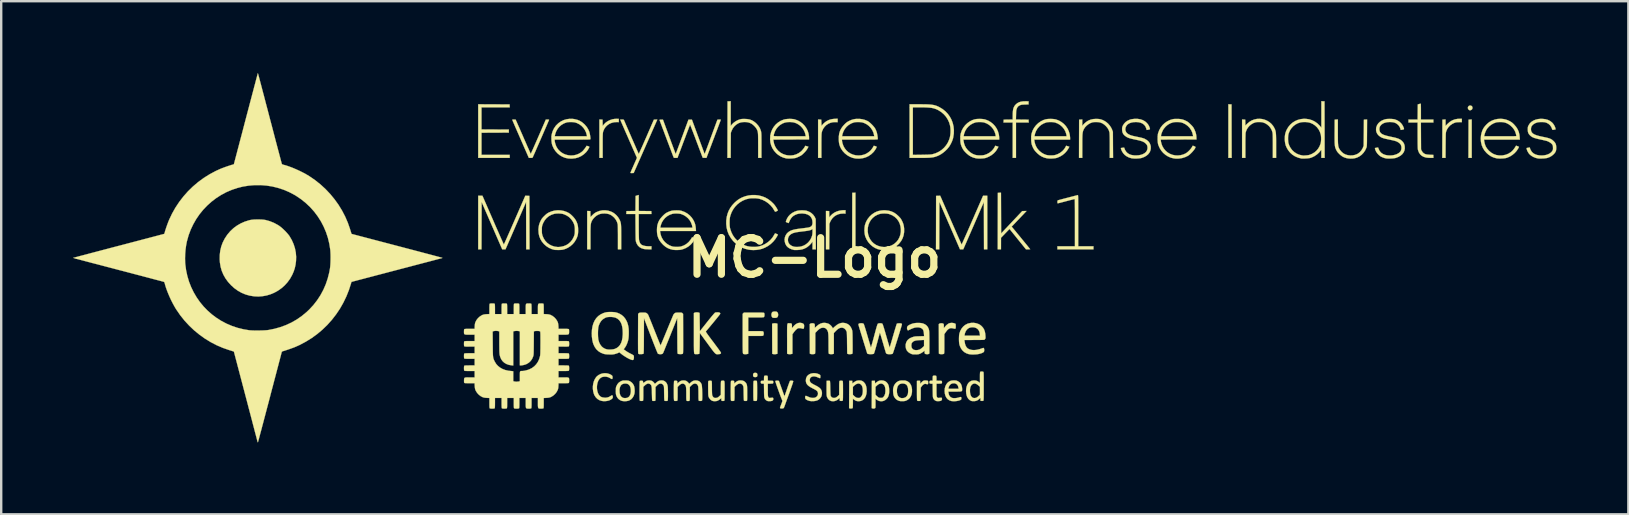
<source format=kicad_pcb>
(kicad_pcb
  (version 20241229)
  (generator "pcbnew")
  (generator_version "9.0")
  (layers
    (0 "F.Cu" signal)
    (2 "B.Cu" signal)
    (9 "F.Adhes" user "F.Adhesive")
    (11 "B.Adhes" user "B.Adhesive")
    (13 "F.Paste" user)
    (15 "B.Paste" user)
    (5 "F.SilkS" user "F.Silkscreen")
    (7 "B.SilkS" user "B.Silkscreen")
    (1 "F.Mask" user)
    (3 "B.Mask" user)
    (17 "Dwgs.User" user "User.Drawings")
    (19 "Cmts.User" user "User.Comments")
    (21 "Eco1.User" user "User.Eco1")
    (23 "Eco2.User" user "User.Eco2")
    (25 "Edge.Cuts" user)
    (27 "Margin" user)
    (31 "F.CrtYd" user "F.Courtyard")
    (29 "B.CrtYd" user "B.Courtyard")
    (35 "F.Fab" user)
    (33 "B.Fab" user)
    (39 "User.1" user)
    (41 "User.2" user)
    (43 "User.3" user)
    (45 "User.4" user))
  (footprint "MC-Logo"
    (layer "F.Cu")
    (at 30.899 7.691)
    (property "Reference" "MC-Logo" (at 0 0 0) (layer "F.SilkS") (effects (font (size 1.524 1.524) (thickness 0.3))))
    (attr through_hole)
    (fp_poly (pts (xy 1.705 -0.349) (xy 1.567 -0.349) (xy 1.57 -1.527) (xy 1.572 -2.705) (xy 1.638 -2.708) (xy 1.705 -2.711) (xy 1.705 -0.349)) (stroke (width 0.01) (type solid)) (fill yes) (layer "F.SilkS"))
    (fp_poly (pts (xy 17.314 -6.393) (xy 17.38 -6.39) (xy 17.382 -5.275) (xy 17.385 -4.161) (xy 17.247 -4.161) (xy 17.247 -6.396) (xy 17.314 -6.393)) (stroke (width 0.01) (type solid)) (fill yes) (layer "F.SilkS"))
    (fp_poly (pts (xy 27.39 -4.161) (xy 27.253 -4.161) (xy 27.255 -4.958) (xy 27.258 -5.754) (xy 27.324 -5.758) (xy 27.39 -5.761) (xy 27.39 -4.161)) (stroke (width 0.01) (type solid)) (fill yes) (layer "F.SilkS"))
    (fp_poly (pts (xy -13.364 -6.392) (xy -12.711 -6.39) (xy -12.707 -6.329) (xy -12.704 -6.268) (xy -13.881 -6.268) (xy -13.881 -5.347) (xy -13.311 -5.344) (xy -12.742 -5.342) (xy -12.742 -5.214) (xy -13.311 -5.212) (xy -13.881 -5.209) (xy -13.881 -4.288) (xy -12.705 -4.288) (xy -12.705 -4.161) (xy -14.018 -4.161) (xy -14.018 -6.395) (xy -13.364 -6.392)) (stroke (width 0.01) (type solid)) (fill yes) (layer "F.SilkS"))
    (fp_poly (pts (xy -1.618 2.734) (xy -1.58 2.74) (xy -1.573 2.742) (xy -1.546 2.752) (xy -1.546 4) (xy -1.579 4.012) (xy -1.618 4.02) (xy -1.667 4.022) (xy -1.715 4.018) (xy -1.736 4.014) (xy -1.763 4.007) (xy -1.766 3.379) (xy -1.768 2.752) (xy -1.741 2.742) (xy -1.708 2.735) (xy -1.663 2.732) (xy -1.618 2.734)) (stroke (width 0.01) (type solid)) (fill yes) (layer "F.SilkS"))
    (fp_poly (pts (xy 27.365 -6.336) (xy 27.396 -6.317) (xy 27.416 -6.286) (xy 27.422 -6.252) (xy 27.416 -6.207) (xy 27.396 -6.176) (xy 27.364 -6.156) (xy 27.336 -6.145) (xy 27.317 -6.143) (xy 27.299 -6.147) (xy 27.29 -6.151) (xy 27.254 -6.176) (xy 27.233 -6.213) (xy 27.229 -6.255) (xy 27.237 -6.285) (xy 27.26 -6.319) (xy 27.292 -6.338) (xy 27.329 -6.344) (xy 27.365 -6.336)) (stroke (width 0.01) (type solid)) (fill yes) (layer "F.SilkS"))
    (fp_poly (pts (xy -2.435 4.8) (xy -2.406 4.813) (xy -2.39 4.835) (xy -2.382 4.869) (xy -2.382 4.907) (xy -2.39 4.941) (xy -2.402 4.959) (xy -2.428 4.971) (xy -2.464 4.977) (xy -2.502 4.975) (xy -2.533 4.965) (xy -2.545 4.957) (xy -2.558 4.929) (xy -2.563 4.891) (xy -2.558 4.852) (xy -2.545 4.822) (xy -2.541 4.817) (xy -2.513 4.802) (xy -2.475 4.796) (xy -2.435 4.8)) (stroke (width 0.01) (type solid)) (fill yes) (layer "F.SilkS"))
    (fp_poly (pts (xy -1.596 2.246) (xy -1.569 2.256) (xy -1.551 2.27) (xy -1.53 2.304) (xy -1.518 2.347) (xy -1.517 2.394) (xy -1.526 2.438) (xy -1.545 2.474) (xy -1.567 2.493) (xy -1.598 2.503) (xy -1.642 2.508) (xy -1.688 2.508) (xy -1.729 2.503) (xy -1.745 2.498) (xy -1.77 2.477) (xy -1.788 2.442) (xy -1.798 2.398) (xy -1.797 2.35) (xy -1.785 2.304) (xy -1.785 2.303) (xy -1.766 2.272) (xy -1.74 2.253) (xy -1.7 2.245) (xy -1.689 2.244) (xy -1.634 2.242) (xy -1.596 2.246)) (stroke (width 0.01) (type solid)) (fill yes) (layer "F.SilkS"))
    (fp_poly (pts (xy 1.292 -1.908) (xy 1.292 -1.837) (xy 1.204 -1.841) (xy 1.092 -1.835) (xy 0.988 -1.81) (xy 0.892 -1.767) (xy 0.806 -1.707) (xy 0.733 -1.631) (xy 0.673 -1.539) (xy 0.645 -1.477) (xy 0.619 -1.413) (xy 0.616 -0.881) (xy 0.613 -0.349) (xy 0.476 -0.349) (xy 0.476 -1.949) (xy 0.543 -1.946) (xy 0.609 -1.943) (xy 0.612 -1.812) (xy 0.615 -1.682) (xy 0.657 -1.735) (xy 0.733 -1.813) (xy 0.823 -1.878) (xy 0.925 -1.927) (xy 1.036 -1.961) (xy 1.154 -1.978) (xy 1.207 -1.98) (xy 1.292 -1.98) (xy 1.292 -1.908)) (stroke (width 0.01) (type solid)) (fill yes) (layer "F.SilkS"))
    (fp_poly (pts (xy -8.158 -5.786) (xy -8.158 -5.651) (xy -8.243 -5.653) (xy -8.353 -5.646) (xy -8.455 -5.621) (xy -8.55 -5.58) (xy -8.634 -5.523) (xy -8.706 -5.452) (xy -8.764 -5.368) (xy -8.805 -5.274) (xy -8.811 -5.254) (xy -8.815 -5.236) (xy -8.819 -5.217) (xy -8.822 -5.194) (xy -8.824 -5.166) (xy -8.826 -5.131) (xy -8.828 -5.086) (xy -8.829 -5.029) (xy -8.83 -4.959) (xy -8.83 -4.874) (xy -8.83 -4.771) (xy -8.83 -4.672) (xy -8.83 -4.161) (xy -8.968 -4.161) (xy -8.968 -5.761) (xy -8.902 -5.758) (xy -8.835 -5.754) (xy -8.83 -5.494) (xy -8.787 -5.548) (xy -8.715 -5.623) (xy -8.628 -5.686) (xy -8.53 -5.735) (xy -8.424 -5.77) (xy -8.315 -5.788) (xy -8.236 -5.789) (xy -8.158 -5.786)) (stroke (width 0.01) (type solid)) (fill yes) (layer "F.SilkS"))
    (fp_poly (pts (xy 26.978 -5.72) (xy 26.978 -5.649) (xy 26.864 -5.649) (xy 26.803 -5.647) (xy 26.757 -5.643) (xy 26.717 -5.636) (xy 26.681 -5.625) (xy 26.583 -5.58) (xy 26.496 -5.519) (xy 26.422 -5.443) (xy 26.364 -5.355) (xy 26.329 -5.273) (xy 26.324 -5.256) (xy 26.319 -5.24) (xy 26.316 -5.222) (xy 26.313 -5.199) (xy 26.31 -5.171) (xy 26.308 -5.135) (xy 26.307 -5.089) (xy 26.306 -5.031) (xy 26.305 -4.959) (xy 26.304 -4.871) (xy 26.303 -4.765) (xy 26.302 -4.682) (xy 26.299 -4.161) (xy 26.162 -4.161) (xy 26.165 -4.958) (xy 26.168 -5.754) (xy 26.234 -5.758) (xy 26.3 -5.761) (xy 26.3 -5.496) (xy 26.387 -5.584) (xy 26.479 -5.664) (xy 26.578 -5.724) (xy 26.685 -5.765) (xy 26.802 -5.787) (xy 26.89 -5.791) (xy 26.978 -5.791) (xy 26.978 -5.72)) (stroke (width 0.01) (type solid)) (fill yes) (layer "F.SilkS"))
    (fp_poly (pts (xy 5.68 -1.567) (xy 5.741 -1.429) (xy 5.799 -1.295) (xy 5.855 -1.169) (xy 5.906 -1.051) (xy 5.954 -0.942) (xy 5.998 -0.844) (xy 6.036 -0.758) (xy 6.069 -0.685) (xy 6.095 -0.627) (xy 6.114 -0.584) (xy 6.127 -0.558) (xy 6.131 -0.551) (xy 6.136 -0.56) (xy 6.149 -0.588) (xy 6.169 -0.632) (xy 6.196 -0.692) (xy 6.229 -0.767) (xy 6.268 -0.854) (xy 6.312 -0.954) (xy 6.361 -1.064) (xy 6.413 -1.183) (xy 6.469 -1.31) (xy 6.527 -1.444) (xy 6.581 -1.567) (xy 7.024 -2.583) (xy 7.2 -2.583) (xy 7.2 -0.349) (xy 7.062 -0.349) (xy 7.059 -1.335) (xy 7.057 -2.321) (xy 6.199 -0.35) (xy 6.061 -0.35) (xy 5.204 -2.323) (xy 5.201 -1.336) (xy 5.198 -0.349) (xy 5.061 -0.349) (xy 5.064 -1.464) (xy 5.066 -2.578) (xy 5.152 -2.581) (xy 5.237 -2.584) (xy 5.68 -1.567)) (stroke (width 0.01) (type solid)) (fill yes) (layer "F.SilkS"))
    (fp_poly (pts (xy -11.885 -2.578) (xy -11.882 -1.464) (xy -11.879 -0.349) (xy -12.017 -0.349) (xy -12.02 -1.336) (xy -12.022 -2.323) (xy -12.88 -0.35) (xy -12.949 -0.35) (xy -13.018 -0.35) (xy -13.446 -1.335) (xy -13.875 -2.321) (xy -13.878 -1.335) (xy -13.881 -0.349) (xy -14.018 -0.349) (xy -14.018 -2.583) (xy -13.842 -2.583) (xy -13.399 -1.567) (xy -13.339 -1.428) (xy -13.281 -1.295) (xy -13.225 -1.169) (xy -13.173 -1.051) (xy -13.125 -0.942) (xy -13.082 -0.844) (xy -13.044 -0.758) (xy -13.011 -0.685) (xy -12.985 -0.626) (xy -12.965 -0.584) (xy -12.953 -0.558) (xy -12.949 -0.551) (xy -12.944 -0.56) (xy -12.931 -0.588) (xy -12.911 -0.632) (xy -12.884 -0.692) (xy -12.85 -0.767) (xy -12.812 -0.854) (xy -12.768 -0.954) (xy -12.719 -1.064) (xy -12.667 -1.183) (xy -12.611 -1.31) (xy -12.553 -1.444) (xy -12.499 -1.567) (xy -12.055 -2.584) (xy -11.885 -2.578)) (stroke (width 0.01) (type solid)) (fill yes) (layer "F.SilkS"))
    (fp_poly (pts (xy 0.963 -5.648) (xy 0.883 -5.652) (xy 0.774 -5.648) (xy 0.671 -5.625) (xy 0.576 -5.585) (xy 0.491 -5.529) (xy 0.419 -5.458) (xy 0.36 -5.375) (xy 0.317 -5.28) (xy 0.302 -5.228) (xy 0.298 -5.208) (xy 0.295 -5.182) (xy 0.292 -5.149) (xy 0.29 -5.105) (xy 0.289 -5.051) (xy 0.287 -4.982) (xy 0.287 -4.899) (xy 0.286 -4.798) (xy 0.286 -4.678) (xy 0.286 -4.661) (xy 0.286 -4.161) (xy 0.148 -4.161) (xy 0.148 -5.761) (xy 0.214 -5.758) (xy 0.281 -5.754) (xy 0.286 -5.622) (xy 0.288 -5.568) (xy 0.29 -5.532) (xy 0.293 -5.512) (xy 0.297 -5.505) (xy 0.302 -5.508) (xy 0.309 -5.517) (xy 0.339 -5.555) (xy 0.381 -5.598) (xy 0.43 -5.641) (xy 0.48 -5.678) (xy 0.508 -5.696) (xy 0.589 -5.737) (xy 0.673 -5.765) (xy 0.767 -5.782) (xy 0.844 -5.789) (xy 0.963 -5.794) (xy 0.963 -5.648)) (stroke (width 0.01) (type solid)) (fill yes) (layer "F.SilkS"))
    (fp_poly (pts (xy -2.439 5.127) (xy -2.413 5.133) (xy -2.406 5.137) (xy -2.402 5.147) (xy -2.399 5.168) (xy -2.397 5.204) (xy -2.395 5.254) (xy -2.394 5.321) (xy -2.393 5.405) (xy -2.393 5.509) (xy -2.393 5.548) (xy -2.393 5.659) (xy -2.394 5.749) (xy -2.395 5.822) (xy -2.396 5.877) (xy -2.398 5.918) (xy -2.401 5.944) (xy -2.404 5.957) (xy -2.406 5.959) (xy -2.423 5.966) (xy -2.453 5.971) (xy -2.472 5.971) (xy -2.506 5.969) (xy -2.531 5.963) (xy -2.539 5.959) (xy -2.542 5.949) (xy -2.545 5.928) (xy -2.548 5.892) (xy -2.549 5.842) (xy -2.551 5.775) (xy -2.551 5.691) (xy -2.552 5.587) (xy -2.552 5.548) (xy -2.551 5.437) (xy -2.551 5.347) (xy -2.55 5.274) (xy -2.548 5.219) (xy -2.546 5.178) (xy -2.543 5.152) (xy -2.54 5.139) (xy -2.539 5.137) (xy -2.522 5.13) (xy -2.491 5.125) (xy -2.472 5.124) (xy -2.439 5.127)) (stroke (width 0.01) (type solid)) (fill yes) (layer "F.SilkS"))
    (fp_poly (pts (xy 7.774 -1.862) (xy 7.777 -1.012) (xy 8.216 -1.478) (xy 8.655 -1.943) (xy 8.834 -1.949) (xy 8.814 -1.925) (xy 8.802 -1.912) (xy 8.778 -1.886) (xy 8.743 -1.849) (xy 8.699 -1.802) (xy 8.648 -1.749) (xy 8.593 -1.691) (xy 8.535 -1.629) (xy 8.475 -1.567) (xy 8.417 -1.506) (xy 8.362 -1.448) (xy 8.312 -1.396) (xy 8.278 -1.36) (xy 8.216 -1.297) (xy 8.603 -0.826) (xy 8.673 -0.74) (xy 8.74 -0.659) (xy 8.801 -0.584) (xy 8.856 -0.518) (xy 8.903 -0.46) (xy 8.94 -0.414) (xy 8.968 -0.379) (xy 8.985 -0.358) (xy 8.989 -0.353) (xy 8.979 -0.351) (xy 8.953 -0.35) (xy 8.916 -0.349) (xy 8.901 -0.349) (xy 8.813 -0.349) (xy 8.469 -0.774) (xy 8.126 -1.199) (xy 7.949 -1.015) (xy 7.772 -0.831) (xy 7.771 -0.349) (xy 7.634 -0.349) (xy 7.636 -1.527) (xy 7.639 -2.705) (xy 7.705 -2.708) (xy 7.771 -2.711) (xy 7.774 -1.862)) (stroke (width 0.01) (type solid)) (fill yes) (layer "F.SilkS"))
    (fp_poly (pts (xy 8.82 -6.52) (xy 8.92 -6.517) (xy 8.92 -6.39) (xy 8.767 -6.384) (xy 8.705 -6.382) (xy 8.66 -6.379) (xy 8.626 -6.375) (xy 8.6 -6.369) (xy 8.576 -6.36) (xy 8.553 -6.349) (xy 8.507 -6.324) (xy 8.475 -6.295) (xy 8.449 -6.258) (xy 8.427 -6.206) (xy 8.418 -6.181) (xy 8.412 -6.155) (xy 8.407 -6.124) (xy 8.403 -6.083) (xy 8.401 -6.029) (xy 8.399 -5.958) (xy 8.399 -5.953) (xy 8.394 -5.76) (xy 8.92 -5.754) (xy 8.923 -5.694) (xy 8.927 -5.633) (xy 8.396 -5.633) (xy 8.396 -4.161) (xy 8.258 -4.161) (xy 8.258 -5.633) (xy 7.876 -5.633) (xy 7.879 -5.694) (xy 7.883 -5.754) (xy 8.071 -5.757) (xy 8.258 -5.76) (xy 8.259 -5.916) (xy 8.26 -6.023) (xy 8.267 -6.111) (xy 8.278 -6.185) (xy 8.295 -6.247) (xy 8.32 -6.3) (xy 8.351 -6.348) (xy 8.39 -6.391) (xy 8.45 -6.441) (xy 8.519 -6.478) (xy 8.599 -6.504) (xy 8.692 -6.517) (xy 8.802 -6.52) (xy 8.82 -6.52)) (stroke (width 0.01) (type solid)) (fill yes) (layer "F.SilkS"))
    (fp_poly (pts (xy 25.267 -6.418) (xy 25.269 -6.407) (xy 25.27 -6.377) (xy 25.271 -6.33) (xy 25.272 -6.271) (xy 25.273 -6.201) (xy 25.273 -6.122) (xy 25.273 -6.086) (xy 25.273 -5.76) (xy 25.792 -5.76) (xy 25.792 -5.633) (xy 25.272 -5.633) (xy 25.275 -5.074) (xy 25.278 -4.516) (xy 25.303 -4.46) (xy 25.343 -4.397) (xy 25.396 -4.348) (xy 25.46 -4.316) (xy 25.466 -4.314) (xy 25.501 -4.306) (xy 25.552 -4.299) (xy 25.611 -4.294) (xy 25.657 -4.291) (xy 25.792 -4.285) (xy 25.792 -4.161) (xy 25.667 -4.162) (xy 25.61 -4.163) (xy 25.552 -4.167) (xy 25.503 -4.173) (xy 25.476 -4.177) (xy 25.382 -4.207) (xy 25.302 -4.252) (xy 25.238 -4.312) (xy 25.189 -4.387) (xy 25.155 -4.476) (xy 25.147 -4.508) (xy 25.144 -4.535) (xy 25.141 -4.582) (xy 25.139 -4.649) (xy 25.137 -4.737) (xy 25.136 -4.844) (xy 25.136 -4.97) (xy 25.135 -5.099) (xy 25.135 -5.633) (xy 24.754 -5.633) (xy 24.754 -5.76) (xy 25.135 -5.76) (xy 25.138 -6.074) (xy 25.141 -6.388) (xy 25.201 -6.406) (xy 25.234 -6.415) (xy 25.258 -6.419) (xy 25.267 -6.418)) (stroke (width 0.01) (type solid)) (fill yes) (layer "F.SilkS"))
    (fp_poly (pts (xy 4.638 5.116) (xy 4.677 5.12) (xy 4.708 5.126) (xy 4.724 5.133) (xy 4.732 5.151) (xy 4.736 5.181) (xy 4.736 5.216) (xy 4.733 5.247) (xy 4.726 5.269) (xy 4.723 5.272) (xy 4.706 5.274) (xy 4.677 5.27) (xy 4.657 5.265) (xy 4.625 5.257) (xy 4.602 5.256) (xy 4.578 5.264) (xy 4.56 5.272) (xy 4.516 5.302) (xy 4.473 5.35) (xy 4.47 5.354) (xy 4.426 5.415) (xy 4.426 5.68) (xy 4.425 5.771) (xy 4.424 5.842) (xy 4.422 5.894) (xy 4.42 5.931) (xy 4.416 5.952) (xy 4.413 5.959) (xy 4.396 5.966) (xy 4.365 5.971) (xy 4.346 5.971) (xy 4.313 5.969) (xy 4.287 5.963) (xy 4.28 5.959) (xy 4.276 5.949) (xy 4.273 5.928) (xy 4.271 5.893) (xy 4.269 5.843) (xy 4.268 5.776) (xy 4.267 5.692) (xy 4.267 5.589) (xy 4.267 5.541) (xy 4.267 5.135) (xy 4.292 5.129) (xy 4.319 5.126) (xy 4.353 5.126) (xy 4.358 5.126) (xy 4.399 5.13) (xy 4.406 5.253) (xy 4.448 5.205) (xy 4.49 5.162) (xy 4.528 5.134) (xy 4.567 5.119) (xy 4.613 5.115) (xy 4.638 5.116)) (stroke (width 0.01) (type solid)) (fill yes) (layer "F.SilkS"))
    (fp_poly (pts (xy 5.761 2.718) (xy 5.816 2.729) (xy 5.84 2.738) (xy 5.881 2.758) (xy 5.885 2.849) (xy 5.885 2.902) (xy 5.881 2.937) (xy 5.87 2.956) (xy 5.85 2.961) (xy 5.817 2.956) (xy 5.793 2.95) (xy 5.728 2.937) (xy 5.672 2.936) (xy 5.62 2.951) (xy 5.572 2.981) (xy 5.523 3.029) (xy 5.472 3.096) (xy 5.465 3.106) (xy 5.41 3.185) (xy 5.41 3.587) (xy 5.41 3.691) (xy 5.41 3.776) (xy 5.409 3.843) (xy 5.408 3.896) (xy 5.407 3.935) (xy 5.405 3.963) (xy 5.402 3.982) (xy 5.399 3.994) (xy 5.395 4.001) (xy 5.393 4.003) (xy 5.371 4.013) (xy 5.335 4.019) (xy 5.292 4.021) (xy 5.251 4.02) (xy 5.219 4.014) (xy 5.209 4.01) (xy 5.183 3.996) (xy 5.18 3.382) (xy 5.177 2.769) (xy 5.2 2.75) (xy 5.227 2.738) (xy 5.266 2.732) (xy 5.309 2.732) (xy 5.347 2.739) (xy 5.366 2.748) (xy 5.378 2.759) (xy 5.385 2.773) (xy 5.388 2.797) (xy 5.389 2.835) (xy 5.389 2.85) (xy 5.389 2.935) (xy 5.43 2.883) (xy 5.499 2.808) (xy 5.571 2.753) (xy 5.593 2.74) (xy 5.641 2.724) (xy 5.7 2.716) (xy 5.761 2.718)) (stroke (width 0.01) (type solid)) (fill yes) (layer "F.SilkS"))
    (fp_poly (pts (xy -0.574 2.716) (xy -0.545 2.721) (xy -0.493 2.737) (xy -0.459 2.759) (xy -0.44 2.791) (xy -0.434 2.836) (xy -0.434 2.836) (xy -0.437 2.892) (xy -0.444 2.933) (xy -0.457 2.957) (xy -0.463 2.962) (xy -0.481 2.962) (xy -0.511 2.956) (xy -0.531 2.95) (xy -0.595 2.936) (xy -0.654 2.934) (xy -0.693 2.943) (xy -0.725 2.962) (xy -0.765 2.995) (xy -0.808 3.039) (xy -0.85 3.09) (xy -0.87 3.117) (xy -0.921 3.19) (xy -0.921 4) (xy -0.954 4.012) (xy -0.997 4.02) (xy -1.048 4.022) (xy -1.096 4.016) (xy -1.114 4.011) (xy -1.143 4) (xy -1.143 3.377) (xy -1.144 3.244) (xy -1.144 3.13) (xy -1.144 3.034) (xy -1.143 2.955) (xy -1.142 2.89) (xy -1.14 2.84) (xy -1.137 2.801) (xy -1.132 2.772) (xy -1.126 2.752) (xy -1.117 2.74) (xy -1.107 2.733) (xy -1.094 2.73) (xy -1.079 2.73) (xy -1.061 2.731) (xy -1.043 2.732) (xy -0.999 2.733) (xy -0.97 2.739) (xy -0.953 2.754) (xy -0.945 2.781) (xy -0.942 2.825) (xy -0.942 2.846) (xy -0.942 2.938) (xy -0.909 2.896) (xy -0.842 2.821) (xy -0.777 2.767) (xy -0.712 2.732) (xy -0.645 2.715) (xy -0.574 2.716)) (stroke (width 0.01) (type solid)) (fill yes) (layer "F.SilkS"))
    (fp_poly (pts (xy -7.329 -2.605) (xy -7.328 -2.576) (xy -7.328 -2.531) (xy -7.327 -2.473) (xy -7.327 -2.403) (xy -7.327 -2.325) (xy -7.327 -2.282) (xy -7.327 -1.949) (xy -6.803 -1.943) (xy -6.799 -1.882) (xy -6.796 -1.821) (xy -7.327 -1.821) (xy -7.327 -1.316) (xy -7.326 -1.2) (xy -7.326 -1.092) (xy -7.325 -0.996) (xy -7.323 -0.911) (xy -7.321 -0.841) (xy -7.319 -0.788) (xy -7.317 -0.752) (xy -7.316 -0.743) (xy -7.3 -0.677) (xy -7.276 -0.618) (xy -7.246 -0.571) (xy -7.243 -0.568) (xy -7.202 -0.535) (xy -7.142 -0.509) (xy -7.065 -0.49) (xy -6.973 -0.479) (xy -6.89 -0.477) (xy -6.797 -0.476) (xy -6.797 -0.349) (xy -6.927 -0.35) (xy -6.985 -0.352) (xy -7.042 -0.355) (xy -7.092 -0.36) (xy -7.121 -0.365) (xy -7.214 -0.395) (xy -7.293 -0.44) (xy -7.357 -0.501) (xy -7.407 -0.577) (xy -7.435 -0.645) (xy -7.44 -0.661) (xy -7.445 -0.677) (xy -7.448 -0.695) (xy -7.451 -0.717) (xy -7.454 -0.744) (xy -7.456 -0.778) (xy -7.457 -0.823) (xy -7.458 -0.878) (xy -7.459 -0.947) (xy -7.46 -1.031) (xy -7.461 -1.133) (xy -7.462 -1.253) (xy -7.462 -1.268) (xy -7.466 -1.821) (xy -7.847 -1.821) (xy -7.843 -1.882) (xy -7.84 -1.943) (xy -7.652 -1.946) (xy -7.465 -1.949) (xy -7.462 -2.262) (xy -7.459 -2.575) (xy -7.396 -2.595) (xy -7.362 -2.605) (xy -7.338 -2.613) (xy -7.329 -2.615) (xy -7.329 -2.605)) (stroke (width 0.01) (type solid)) (fill yes) (layer "F.SilkS"))
    (fp_poly (pts (xy -23.112 -1.593) (xy -23.027 -1.59) (xy -22.953 -1.583) (xy -22.895 -1.574) (xy -22.891 -1.574) (xy -22.707 -1.523) (xy -22.534 -1.454) (xy -22.369 -1.365) (xy -22.318 -1.333) (xy -22.257 -1.288) (xy -22.189 -1.231) (xy -22.118 -1.165) (xy -22.047 -1.095) (xy -21.982 -1.024) (xy -21.926 -0.958) (xy -21.883 -0.9) (xy -21.788 -0.737) (xy -21.713 -0.569) (xy -21.657 -0.395) (xy -21.621 -0.219) (xy -21.606 -0.04) (xy -21.611 0.135) (xy -21.631 0.293) (xy -21.664 0.44) (xy -21.711 0.581) (xy -21.774 0.724) (xy -21.775 0.725) (xy -21.863 0.881) (xy -21.968 1.025) (xy -22.086 1.155) (xy -22.218 1.271) (xy -22.36 1.371) (xy -22.512 1.456) (xy -22.672 1.524) (xy -22.838 1.574) (xy -23.01 1.605) (xy -23.184 1.618) (xy -23.361 1.609) (xy -23.362 1.609) (xy -23.543 1.58) (xy -23.714 1.532) (xy -23.877 1.465) (xy -24.032 1.378) (xy -24.18 1.272) (xy -24.32 1.145) (xy -24.321 1.144) (xy -24.447 1.005) (xy -24.554 0.858) (xy -24.64 0.705) (xy -24.708 0.544) (xy -24.755 0.375) (xy -24.784 0.197) (xy -24.793 0.069) (xy -24.79 -0.119) (xy -24.768 -0.298) (xy -24.727 -0.47) (xy -24.666 -0.635) (xy -24.584 -0.795) (xy -24.482 -0.95) (xy -24.466 -0.971) (xy -24.351 -1.107) (xy -24.22 -1.229) (xy -24.076 -1.336) (xy -23.92 -1.427) (xy -23.754 -1.501) (xy -23.579 -1.557) (xy -23.505 -1.574) (xy -23.447 -1.583) (xy -23.374 -1.59) (xy -23.29 -1.593) (xy -23.201 -1.595) (xy -23.112 -1.593)) (stroke (width 0.01) (type solid)) (fill yes) (layer "F.SilkS"))
    (fp_poly (pts (xy 11.812 -5.784) (xy 11.88 -5.777) (xy 11.941 -5.763) (xy 12.003 -5.74) (xy 12.055 -5.717) (xy 12.149 -5.661) (xy 12.236 -5.587) (xy 12.311 -5.5) (xy 12.372 -5.403) (xy 12.407 -5.324) (xy 12.435 -5.246) (xy 12.438 -4.704) (xy 12.442 -4.161) (xy 12.303 -4.161) (xy 12.303 -4.663) (xy 12.303 -4.8) (xy 12.302 -4.919) (xy 12.301 -5.019) (xy 12.299 -5.101) (xy 12.296 -5.163) (xy 12.294 -5.204) (xy 12.291 -5.222) (xy 12.262 -5.317) (xy 12.213 -5.404) (xy 12.144 -5.485) (xy 12.14 -5.49) (xy 12.072 -5.55) (xy 12.006 -5.594) (xy 11.936 -5.625) (xy 11.895 -5.638) (xy 11.842 -5.648) (xy 11.777 -5.653) (xy 11.708 -5.654) (xy 11.643 -5.651) (xy 11.59 -5.643) (xy 11.587 -5.642) (xy 11.503 -5.613) (xy 11.42 -5.567) (xy 11.344 -5.508) (xy 11.279 -5.441) (xy 11.23 -5.368) (xy 11.224 -5.356) (xy 11.21 -5.327) (xy 11.198 -5.298) (xy 11.188 -5.269) (xy 11.18 -5.238) (xy 11.174 -5.201) (xy 11.169 -5.158) (xy 11.165 -5.105) (xy 11.163 -5.042) (xy 11.161 -4.966) (xy 11.16 -4.874) (xy 11.16 -4.765) (xy 11.16 -4.651) (xy 11.159 -4.161) (xy 11.022 -4.161) (xy 11.024 -4.958) (xy 11.027 -5.754) (xy 11.093 -5.758) (xy 11.159 -5.761) (xy 11.159 -5.493) (xy 11.202 -5.548) (xy 11.242 -5.59) (xy 11.294 -5.636) (xy 11.351 -5.679) (xy 11.405 -5.713) (xy 11.414 -5.717) (xy 11.507 -5.755) (xy 11.609 -5.778) (xy 11.724 -5.786) (xy 11.731 -5.786) (xy 11.812 -5.784)) (stroke (width 0.01) (type solid)) (fill yes) (layer "F.SilkS"))
    (fp_poly (pts (xy -8.644 4.82) (xy -8.552 4.846) (xy -8.467 4.89) (xy -8.439 4.912) (xy -8.423 4.938) (xy -8.418 4.974) (xy -8.419 5.009) (xy -8.424 5.04) (xy -8.436 5.056) (xy -8.456 5.056) (xy -8.487 5.04) (xy -8.512 5.024) (xy -8.591 4.982) (xy -8.674 4.96) (xy -8.761 4.957) (xy -8.832 4.968) (xy -8.891 4.992) (xy -8.943 5.032) (xy -8.965 5.055) (xy -9.008 5.118) (xy -9.04 5.196) (xy -9.061 5.282) (xy -9.07 5.374) (xy -9.068 5.467) (xy -9.054 5.556) (xy -9.029 5.639) (xy -8.993 5.709) (xy -8.972 5.737) (xy -8.93 5.778) (xy -8.885 5.806) (xy -8.831 5.823) (xy -8.762 5.831) (xy -8.754 5.832) (xy -8.687 5.832) (xy -8.629 5.824) (xy -8.574 5.805) (xy -8.514 5.773) (xy -8.498 5.763) (xy -8.465 5.743) (xy -8.445 5.734) (xy -8.433 5.733) (xy -8.424 5.74) (xy -8.421 5.744) (xy -8.412 5.767) (xy -8.407 5.8) (xy -8.407 5.806) (xy -8.41 5.836) (xy -8.424 5.861) (xy -8.444 5.882) (xy -8.499 5.921) (xy -8.568 5.951) (xy -8.649 5.97) (xy -8.735 5.979) (xy -8.822 5.976) (xy -8.891 5.964) (xy -8.974 5.934) (xy -9.05 5.886) (xy -9.115 5.822) (xy -9.167 5.745) (xy -9.195 5.684) (xy -9.224 5.579) (xy -9.239 5.47) (xy -9.239 5.36) (xy -9.225 5.252) (xy -9.197 5.15) (xy -9.156 5.058) (xy -9.103 4.978) (xy -9.078 4.95) (xy -9.005 4.891) (xy -8.922 4.848) (xy -8.832 4.822) (xy -8.738 4.812) (xy -8.644 4.82)) (stroke (width 0.01) (type solid)) (fill yes) (layer "F.SilkS"))
    (fp_poly (pts (xy 18.655 -5.78) (xy 18.761 -5.753) (xy 18.862 -5.71) (xy 18.955 -5.653) (xy 19.039 -5.581) (xy 19.112 -5.494) (xy 19.171 -5.394) (xy 19.179 -5.376) (xy 19.192 -5.345) (xy 19.203 -5.316) (xy 19.212 -5.285) (xy 19.219 -5.252) (xy 19.225 -5.213) (xy 19.229 -5.166) (xy 19.233 -5.11) (xy 19.235 -5.043) (xy 19.237 -4.962) (xy 19.238 -4.866) (xy 19.238 -4.752) (xy 19.238 -4.659) (xy 19.238 -4.161) (xy 19.1 -4.161) (xy 19.1 -4.656) (xy 19.1 -4.78) (xy 19.099 -4.884) (xy 19.099 -4.971) (xy 19.097 -5.042) (xy 19.096 -5.1) (xy 19.094 -5.145) (xy 19.091 -5.18) (xy 19.087 -5.207) (xy 19.085 -5.223) (xy 19.054 -5.318) (xy 19.005 -5.407) (xy 18.941 -5.486) (xy 18.863 -5.553) (xy 18.776 -5.606) (xy 18.68 -5.641) (xy 18.672 -5.643) (xy 18.622 -5.65) (xy 18.561 -5.654) (xy 18.494 -5.654) (xy 18.432 -5.651) (xy 18.386 -5.643) (xy 18.293 -5.612) (xy 18.206 -5.562) (xy 18.127 -5.498) (xy 18.061 -5.421) (xy 18.009 -5.335) (xy 17.975 -5.242) (xy 17.968 -5.21) (xy 17.965 -5.187) (xy 17.963 -5.144) (xy 17.961 -5.083) (xy 17.959 -5.008) (xy 17.958 -4.918) (xy 17.957 -4.818) (xy 17.957 -4.708) (xy 17.957 -4.657) (xy 17.957 -4.161) (xy 17.819 -4.161) (xy 17.819 -5.761) (xy 17.885 -5.758) (xy 17.952 -5.754) (xy 17.954 -5.632) (xy 17.957 -5.509) (xy 18.039 -5.59) (xy 18.129 -5.666) (xy 18.226 -5.723) (xy 18.33 -5.762) (xy 18.438 -5.785) (xy 18.547 -5.79) (xy 18.655 -5.78)) (stroke (width 0.01) (type solid)) (fill yes) (layer "F.SilkS"))
    (fp_poly (pts (xy 10.977 -2.609) (xy 10.98 -2.602) (xy 10.982 -2.591) (xy 10.983 -2.574) (xy 10.985 -2.549) (xy 10.986 -2.516) (xy 10.987 -2.473) (xy 10.988 -2.419) (xy 10.989 -2.353) (xy 10.989 -2.273) (xy 10.99 -2.179) (xy 10.99 -2.069) (xy 10.99 -1.942) (xy 10.99 -1.797) (xy 10.99 -1.633) (xy 10.99 -1.547) (xy 10.99 -0.476) (xy 11.625 -0.476) (xy 11.625 -0.349) (xy 10.122 -0.349) (xy 10.122 -0.476) (xy 10.852 -0.476) (xy 10.852 -1.461) (xy 10.852 -1.643) (xy 10.852 -1.805) (xy 10.852 -1.946) (xy 10.851 -2.069) (xy 10.85 -2.173) (xy 10.849 -2.259) (xy 10.848 -2.328) (xy 10.847 -2.38) (xy 10.845 -2.417) (xy 10.843 -2.439) (xy 10.841 -2.446) (xy 10.841 -2.446) (xy 10.828 -2.443) (xy 10.798 -2.436) (xy 10.751 -2.424) (xy 10.692 -2.409) (xy 10.622 -2.391) (xy 10.545 -2.371) (xy 10.489 -2.356) (xy 10.407 -2.334) (xy 10.331 -2.315) (xy 10.264 -2.297) (xy 10.209 -2.283) (xy 10.167 -2.273) (xy 10.142 -2.267) (xy 10.135 -2.266) (xy 10.126 -2.276) (xy 10.122 -2.305) (xy 10.122 -2.324) (xy 10.123 -2.359) (xy 10.128 -2.379) (xy 10.139 -2.39) (xy 10.146 -2.393) (xy 10.161 -2.398) (xy 10.195 -2.407) (xy 10.244 -2.421) (xy 10.306 -2.437) (xy 10.38 -2.457) (xy 10.461 -2.478) (xy 10.549 -2.501) (xy 10.561 -2.504) (xy 10.65 -2.527) (xy 10.732 -2.548) (xy 10.806 -2.567) (xy 10.869 -2.584) (xy 10.919 -2.597) (xy 10.954 -2.606) (xy 10.971 -2.611) (xy 10.972 -2.611) (xy 10.975 -2.611) (xy 10.977 -2.609)) (stroke (width 0.01) (type solid)) (fill yes) (layer "F.SilkS"))
    (fp_poly (pts (xy 1.922 5.118) (xy 1.975 5.132) (xy 2.022 5.159) (xy 2.06 5.193) (xy 2.106 5.249) (xy 2.139 5.315) (xy 2.16 5.393) (xy 2.169 5.454) (xy 2.173 5.567) (xy 2.163 5.668) (xy 2.139 5.757) (xy 2.103 5.833) (xy 2.055 5.895) (xy 1.996 5.941) (xy 1.926 5.97) (xy 1.846 5.982) (xy 1.837 5.982) (xy 1.77 5.976) (xy 1.713 5.958) (xy 1.658 5.923) (xy 1.652 5.918) (xy 1.599 5.876) (xy 1.599 6.064) (xy 1.598 6.126) (xy 1.597 6.181) (xy 1.595 6.225) (xy 1.592 6.255) (xy 1.589 6.266) (xy 1.573 6.277) (xy 1.543 6.283) (xy 1.508 6.286) (xy 1.476 6.283) (xy 1.464 6.279) (xy 1.44 6.269) (xy 1.442 5.699) (xy 1.444 5.381) (xy 1.599 5.381) (xy 1.599 5.713) (xy 1.644 5.757) (xy 1.691 5.798) (xy 1.732 5.825) (xy 1.773 5.84) (xy 1.82 5.844) (xy 1.825 5.844) (xy 1.861 5.843) (xy 1.885 5.838) (xy 1.907 5.824) (xy 1.932 5.799) (xy 1.967 5.756) (xy 1.991 5.706) (xy 2.005 5.645) (xy 2.011 5.568) (xy 2.012 5.543) (xy 2.006 5.451) (xy 1.99 5.376) (xy 1.963 5.319) (xy 1.951 5.304) (xy 1.906 5.264) (xy 1.856 5.245) (xy 1.801 5.246) (xy 1.742 5.266) (xy 1.681 5.307) (xy 1.652 5.332) (xy 1.599 5.381) (xy 1.444 5.381) (xy 1.445 5.13) (xy 1.572 5.13) (xy 1.575 5.186) (xy 1.579 5.241) (xy 1.639 5.194) (xy 1.703 5.151) (xy 1.765 5.125) (xy 1.831 5.115) (xy 1.856 5.114) (xy 1.922 5.118)) (stroke (width 0.01) (type solid)) (fill yes) (layer "F.SilkS"))
    (fp_poly (pts (xy -3.494 -5.494) (xy -3.442 -5.557) (xy -3.379 -5.62) (xy -3.301 -5.678) (xy -3.216 -5.726) (xy -3.142 -5.756) (xy -3.1 -5.768) (xy -3.063 -5.777) (xy -3.025 -5.782) (xy -2.977 -5.784) (xy -2.922 -5.785) (xy -2.808 -5.779) (xy -2.708 -5.762) (xy -2.618 -5.73) (xy -2.535 -5.683) (xy -2.454 -5.62) (xy -2.418 -5.586) (xy -2.346 -5.505) (xy -2.292 -5.425) (xy -2.253 -5.339) (xy -2.234 -5.278) (xy -2.229 -5.258) (xy -2.225 -5.237) (xy -2.222 -5.215) (xy -2.219 -5.187) (xy -2.217 -5.154) (xy -2.215 -5.112) (xy -2.214 -5.059) (xy -2.214 -4.994) (xy -2.213 -4.914) (xy -2.213 -4.817) (xy -2.213 -4.702) (xy -2.213 -4.678) (xy -2.213 -4.161) (xy -2.35 -4.161) (xy -2.35 -4.672) (xy -2.351 -4.797) (xy -2.351 -4.903) (xy -2.352 -4.991) (xy -2.353 -5.065) (xy -2.355 -5.125) (xy -2.358 -5.174) (xy -2.362 -5.215) (xy -2.367 -5.248) (xy -2.374 -5.276) (xy -2.383 -5.301) (xy -2.393 -5.325) (xy -2.405 -5.35) (xy -2.409 -5.358) (xy -2.44 -5.407) (xy -2.483 -5.46) (xy -2.534 -5.512) (xy -2.586 -5.556) (xy -2.633 -5.588) (xy -2.704 -5.621) (xy -2.772 -5.641) (xy -2.846 -5.652) (xy -2.917 -5.655) (xy -3.008 -5.65) (xy -3.087 -5.635) (xy -3.159 -5.609) (xy -3.182 -5.599) (xy -3.269 -5.543) (xy -3.346 -5.471) (xy -3.41 -5.386) (xy -3.457 -5.29) (xy -3.461 -5.28) (xy -3.489 -5.204) (xy -3.492 -4.682) (xy -3.495 -4.161) (xy -3.632 -4.161) (xy -3.629 -5.339) (xy -3.626 -6.517) (xy -3.56 -6.52) (xy -3.494 -6.523) (xy -3.494 -5.494)) (stroke (width 0.01) (type solid)) (fill yes) (layer "F.SilkS"))
    (fp_poly (pts (xy 3.779 5.12) (xy 3.796 5.124) (xy 3.872 5.151) (xy 3.937 5.195) (xy 3.989 5.255) (xy 4.028 5.331) (xy 4.053 5.42) (xy 4.062 5.495) (xy 4.061 5.604) (xy 4.044 5.7) (xy 4.01 5.785) (xy 3.96 5.856) (xy 3.895 5.913) (xy 3.846 5.942) (xy 3.809 5.959) (xy 3.778 5.969) (xy 3.744 5.975) (xy 3.7 5.978) (xy 3.675 5.979) (xy 3.616 5.979) (xy 3.571 5.976) (xy 3.529 5.967) (xy 3.506 5.96) (xy 3.436 5.927) (xy 3.375 5.876) (xy 3.327 5.813) (xy 3.304 5.765) (xy 3.288 5.71) (xy 3.278 5.643) (xy 3.273 5.569) (xy 3.273 5.52) (xy 3.432 5.52) (xy 3.434 5.613) (xy 3.45 5.693) (xy 3.478 5.757) (xy 3.519 5.806) (xy 3.57 5.838) (xy 3.631 5.853) (xy 3.702 5.849) (xy 3.746 5.839) (xy 3.801 5.812) (xy 3.846 5.768) (xy 3.879 5.711) (xy 3.887 5.688) (xy 3.894 5.653) (xy 3.899 5.605) (xy 3.901 5.55) (xy 3.901 5.532) (xy 3.896 5.448) (xy 3.88 5.381) (xy 3.854 5.327) (xy 3.831 5.297) (xy 3.789 5.267) (xy 3.736 5.249) (xy 3.676 5.242) (xy 3.615 5.247) (xy 3.559 5.264) (xy 3.535 5.278) (xy 3.491 5.319) (xy 3.459 5.377) (xy 3.439 5.452) (xy 3.432 5.52) (xy 3.273 5.52) (xy 3.273 5.498) (xy 3.279 5.435) (xy 3.282 5.422) (xy 3.311 5.333) (xy 3.356 5.256) (xy 3.416 5.193) (xy 3.49 5.146) (xy 3.493 5.144) (xy 3.536 5.13) (xy 3.593 5.12) (xy 3.657 5.115) (xy 3.721 5.115) (xy 3.779 5.12)) (stroke (width 0.01) (type solid)) (fill yes) (layer "F.SilkS"))
    (fp_poly (pts (xy -8.608 -1.962) (xy -8.492 -1.927) (xy -8.407 -1.887) (xy -8.332 -1.836) (xy -8.259 -1.771) (xy -8.194 -1.696) (xy -8.143 -1.617) (xy -8.133 -1.598) (xy -8.117 -1.565) (xy -8.103 -1.534) (xy -8.092 -1.504) (xy -8.082 -1.472) (xy -8.075 -1.437) (xy -8.069 -1.397) (xy -8.065 -1.348) (xy -8.062 -1.29) (xy -8.06 -1.22) (xy -8.058 -1.136) (xy -8.058 -1.036) (xy -8.057 -0.918) (xy -8.057 -0.855) (xy -8.057 -0.349) (xy -8.195 -0.349) (xy -8.195 -0.846) (xy -8.195 -0.959) (xy -8.196 -1.064) (xy -8.197 -1.159) (xy -8.198 -1.241) (xy -8.2 -1.308) (xy -8.202 -1.359) (xy -8.205 -1.391) (xy -8.206 -1.399) (xy -8.233 -1.489) (xy -8.278 -1.577) (xy -8.338 -1.657) (xy -8.362 -1.682) (xy -8.437 -1.747) (xy -8.515 -1.795) (xy -8.599 -1.825) (xy -8.694 -1.841) (xy -8.761 -1.843) (xy -8.842 -1.841) (xy -8.91 -1.83) (xy -8.976 -1.81) (xy -9.031 -1.785) (xy -9.094 -1.747) (xy -9.157 -1.695) (xy -9.215 -1.634) (xy -9.261 -1.57) (xy -9.273 -1.549) (xy -9.287 -1.521) (xy -9.299 -1.494) (xy -9.309 -1.466) (xy -9.317 -1.436) (xy -9.324 -1.401) (xy -9.329 -1.359) (xy -9.332 -1.308) (xy -9.335 -1.245) (xy -9.337 -1.17) (xy -9.338 -1.08) (xy -9.338 -0.973) (xy -9.338 -0.847) (xy -9.338 -0.844) (xy -9.338 -0.349) (xy -9.476 -0.349) (xy -9.476 -1.949) (xy -9.41 -1.946) (xy -9.344 -1.943) (xy -9.341 -1.819) (xy -9.338 -1.696) (xy -9.255 -1.779) (xy -9.207 -1.824) (xy -9.163 -1.858) (xy -9.118 -1.887) (xy -9.083 -1.904) (xy -8.968 -1.948) (xy -8.848 -1.973) (xy -8.727 -1.977) (xy -8.608 -1.962)) (stroke (width 0.01) (type solid)) (fill yes) (layer "F.SilkS"))
    (fp_poly (pts (xy 2.877 5.123) (xy 2.948 5.15) (xy 3.007 5.195) (xy 3.055 5.257) (xy 3.083 5.314) (xy 3.096 5.364) (xy 3.106 5.429) (xy 3.111 5.501) (xy 3.112 5.575) (xy 3.108 5.644) (xy 3.098 5.702) (xy 3.097 5.706) (xy 3.08 5.763) (xy 3.062 5.806) (xy 3.037 5.845) (xy 3.001 5.886) (xy 2.999 5.888) (xy 2.94 5.937) (xy 2.872 5.969) (xy 2.799 5.983) (xy 2.725 5.978) (xy 2.654 5.956) (xy 2.588 5.915) (xy 2.58 5.908) (xy 2.541 5.874) (xy 2.541 6.065) (xy 2.541 6.133) (xy 2.54 6.183) (xy 2.539 6.218) (xy 2.537 6.241) (xy 2.533 6.256) (xy 2.527 6.265) (xy 2.519 6.272) (xy 2.518 6.273) (xy 2.483 6.286) (xy 2.44 6.287) (xy 2.406 6.278) (xy 2.382 6.269) (xy 2.385 5.699) (xy 2.386 5.382) (xy 2.541 5.382) (xy 2.541 5.713) (xy 2.591 5.762) (xy 2.634 5.8) (xy 2.67 5.825) (xy 2.704 5.838) (xy 2.744 5.842) (xy 2.773 5.841) (xy 2.811 5.839) (xy 2.836 5.833) (xy 2.855 5.82) (xy 2.877 5.797) (xy 2.88 5.794) (xy 2.918 5.735) (xy 2.943 5.661) (xy 2.953 5.572) (xy 2.954 5.545) (xy 2.949 5.457) (xy 2.935 5.385) (xy 2.913 5.331) (xy 2.908 5.324) (xy 2.866 5.278) (xy 2.818 5.251) (xy 2.764 5.244) (xy 2.707 5.256) (xy 2.647 5.288) (xy 2.597 5.329) (xy 2.541 5.382) (xy 2.386 5.382) (xy 2.388 5.13) (xy 2.515 5.13) (xy 2.521 5.241) (xy 2.576 5.197) (xy 2.63 5.158) (xy 2.677 5.133) (xy 2.726 5.119) (xy 2.782 5.114) (xy 2.795 5.114) (xy 2.877 5.123)) (stroke (width 0.01) (type solid)) (fill yes) (layer "F.SilkS"))
    (fp_poly (pts (xy -12.442 -5.72) (xy -12.435 -5.704) (xy -12.419 -5.67) (xy -12.397 -5.62) (xy -12.369 -5.555) (xy -12.335 -5.478) (xy -12.296 -5.39) (xy -12.254 -5.293) (xy -12.208 -5.188) (xy -12.159 -5.077) (xy -12.128 -5.005) (xy -12.079 -4.893) (xy -12.032 -4.786) (xy -11.989 -4.687) (xy -11.949 -4.597) (xy -11.913 -4.517) (xy -11.883 -4.449) (xy -11.859 -4.395) (xy -11.841 -4.357) (xy -11.83 -4.335) (xy -11.828 -4.33) (xy -11.822 -4.34) (xy -11.81 -4.367) (xy -11.79 -4.411) (xy -11.763 -4.47) (xy -11.731 -4.542) (xy -11.694 -4.626) (xy -11.652 -4.72) (xy -11.607 -4.823) (xy -11.559 -4.933) (xy -11.51 -5.045) (xy -11.199 -5.76) (xy -11.131 -5.76) (xy -11.094 -5.758) (xy -11.071 -5.754) (xy -11.064 -5.749) (xy -11.068 -5.738) (xy -11.08 -5.71) (xy -11.099 -5.666) (xy -11.124 -5.608) (xy -11.154 -5.537) (xy -11.189 -5.456) (xy -11.228 -5.366) (xy -11.27 -5.27) (xy -11.314 -5.168) (xy -11.36 -5.062) (xy -11.407 -4.955) (xy -11.453 -4.848) (xy -11.499 -4.743) (xy -11.544 -4.642) (xy -11.586 -4.546) (xy -11.624 -4.457) (xy -11.659 -4.377) (xy -11.69 -4.308) (xy -11.715 -4.252) (xy -11.734 -4.209) (xy -11.742 -4.19) (xy -11.751 -4.175) (xy -11.762 -4.166) (xy -11.781 -4.162) (xy -11.813 -4.161) (xy -11.832 -4.161) (xy -11.908 -4.161) (xy -12.25 -4.942) (xy -12.303 -5.064) (xy -12.354 -5.18) (xy -12.402 -5.289) (xy -12.446 -5.39) (xy -12.486 -5.482) (xy -12.52 -5.562) (xy -12.549 -5.629) (xy -12.572 -5.682) (xy -12.588 -5.719) (xy -12.596 -5.738) (xy -12.597 -5.741) (xy -12.597 -5.751) (xy -12.588 -5.757) (xy -12.566 -5.759) (xy -12.532 -5.76) (xy -12.462 -5.76) (xy -12.442 -5.72)) (stroke (width 0.01) (type solid)) (fill yes) (layer "F.SilkS"))
    (fp_poly (pts (xy -2.421 2.287) (xy -2.335 2.287) (xy -2.266 2.288) (xy -2.212 2.288) (xy -2.172 2.289) (xy -2.143 2.291) (xy -2.123 2.293) (xy -2.11 2.296) (xy -2.103 2.3) (xy -2.098 2.305) (xy -2.097 2.307) (xy -2.089 2.336) (xy -2.086 2.376) (xy -2.088 2.417) (xy -2.096 2.452) (xy -2.102 2.465) (xy -2.107 2.471) (xy -2.114 2.476) (xy -2.124 2.481) (xy -2.14 2.483) (xy -2.164 2.486) (xy -2.199 2.487) (xy -2.247 2.488) (xy -2.31 2.488) (xy -2.391 2.488) (xy -2.441 2.488) (xy -2.763 2.488) (xy -2.763 3.06) (xy -2.457 3.06) (xy -2.368 3.06) (xy -2.299 3.06) (xy -2.245 3.061) (xy -2.206 3.062) (xy -2.178 3.064) (xy -2.16 3.066) (xy -2.148 3.07) (xy -2.141 3.075) (xy -2.135 3.081) (xy -2.134 3.083) (xy -2.123 3.11) (xy -2.118 3.149) (xy -2.118 3.16) (xy -2.121 3.2) (xy -2.131 3.232) (xy -2.134 3.237) (xy -2.139 3.244) (xy -2.146 3.25) (xy -2.156 3.254) (xy -2.173 3.257) (xy -2.198 3.259) (xy -2.234 3.26) (xy -2.283 3.261) (xy -2.348 3.261) (xy -2.432 3.261) (xy -2.763 3.261) (xy -2.763 4) (xy -2.797 4.012) (xy -2.833 4.019) (xy -2.879 4.022) (xy -2.925 4.02) (xy -2.949 4.016) (xy -2.957 4.014) (xy -2.965 4.011) (xy -2.971 4.007) (xy -2.977 4) (xy -2.982 3.988) (xy -2.985 3.971) (xy -2.989 3.946) (xy -2.991 3.912) (xy -2.993 3.868) (xy -2.994 3.813) (xy -2.995 3.745) (xy -2.996 3.663) (xy -2.996 3.565) (xy -2.996 3.45) (xy -2.996 3.317) (xy -2.996 3.164) (xy -2.996 2.339) (xy -2.944 2.287) (xy -2.526 2.287) (xy -2.421 2.287)) (stroke (width 0.01) (type solid)) (fill yes) (layer "F.SilkS"))
    (fp_poly (pts (xy -7.863 5.116) (xy -7.809 5.118) (xy -7.769 5.123) (xy -7.737 5.131) (xy -7.706 5.144) (xy -7.695 5.149) (xy -7.628 5.193) (xy -7.573 5.252) (xy -7.532 5.323) (xy -7.527 5.335) (xy -7.512 5.388) (xy -7.502 5.455) (xy -7.497 5.527) (xy -7.498 5.596) (xy -7.505 5.656) (xy -7.506 5.663) (xy -7.535 5.753) (xy -7.579 5.83) (xy -7.635 5.893) (xy -7.704 5.939) (xy -7.757 5.961) (xy -7.825 5.975) (xy -7.9 5.981) (xy -7.973 5.978) (xy -8.036 5.966) (xy -8.037 5.966) (xy -8.111 5.933) (xy -8.174 5.886) (xy -8.222 5.827) (xy -8.224 5.823) (xy -8.248 5.779) (xy -8.265 5.739) (xy -8.276 5.697) (xy -8.282 5.647) (xy -8.284 5.585) (xy -8.284 5.574) (xy -8.129 5.574) (xy -8.128 5.589) (xy -8.115 5.674) (xy -8.091 5.742) (xy -8.053 5.794) (xy -8.003 5.829) (xy -7.958 5.845) (xy -7.919 5.85) (xy -7.871 5.849) (xy -7.824 5.842) (xy -7.788 5.831) (xy -7.784 5.829) (xy -7.733 5.793) (xy -7.696 5.741) (xy -7.671 5.675) (xy -7.658 5.592) (xy -7.658 5.58) (xy -7.659 5.485) (xy -7.673 5.406) (xy -7.701 5.341) (xy -7.741 5.292) (xy -7.792 5.259) (xy -7.856 5.244) (xy -7.903 5.243) (xy -7.971 5.254) (xy -8.025 5.278) (xy -8.066 5.316) (xy -8.079 5.334) (xy -8.11 5.401) (xy -8.127 5.48) (xy -8.129 5.574) (xy -8.284 5.574) (xy -8.284 5.548) (xy -8.283 5.487) (xy -8.281 5.442) (xy -8.276 5.407) (xy -8.268 5.377) (xy -8.26 5.357) (xy -8.218 5.275) (xy -8.163 5.209) (xy -8.093 5.159) (xy -8.023 5.129) (xy -7.987 5.12) (xy -7.945 5.115) (xy -7.89 5.115) (xy -7.863 5.116)) (stroke (width 0.01) (type solid)) (fill yes) (layer "F.SilkS"))
    (fp_poly (pts (xy -1.527 5.125) (xy -1.5 5.13) (xy -1.486 5.138) (xy -1.48 5.151) (xy -1.469 5.181) (xy -1.452 5.226) (xy -1.431 5.284) (xy -1.406 5.352) (xy -1.379 5.427) (xy -1.365 5.466) (xy -1.253 5.781) (xy -1.144 5.461) (xy -1.117 5.382) (xy -1.092 5.311) (xy -1.069 5.248) (xy -1.05 5.196) (xy -1.035 5.158) (xy -1.026 5.137) (xy -1.023 5.133) (xy -1.002 5.126) (xy -0.97 5.124) (xy -0.935 5.126) (xy -0.906 5.132) (xy -0.89 5.139) (xy -0.888 5.147) (xy -0.89 5.162) (xy -0.897 5.188) (xy -0.907 5.224) (xy -0.923 5.272) (xy -0.944 5.335) (xy -0.972 5.413) (xy -1.005 5.508) (xy -1.041 5.608) (xy -1.076 5.705) (xy -1.11 5.799) (xy -1.143 5.888) (xy -1.172 5.97) (xy -1.197 6.04) (xy -1.218 6.097) (xy -1.233 6.139) (xy -1.239 6.157) (xy -1.255 6.2) (xy -1.27 6.236) (xy -1.282 6.26) (xy -1.286 6.266) (xy -1.306 6.276) (xy -1.338 6.283) (xy -1.374 6.285) (xy -1.406 6.283) (xy -1.421 6.278) (xy -1.437 6.263) (xy -1.44 6.254) (xy -1.436 6.24) (xy -1.426 6.21) (xy -1.411 6.169) (xy -1.392 6.12) (xy -1.387 6.106) (xy -1.366 6.051) (xy -1.352 6.012) (xy -1.344 5.985) (xy -1.342 5.967) (xy -1.344 5.953) (xy -1.349 5.942) (xy -1.359 5.918) (xy -1.375 5.878) (xy -1.396 5.825) (xy -1.42 5.763) (xy -1.446 5.692) (xy -1.474 5.617) (xy -1.502 5.539) (xy -1.53 5.461) (xy -1.557 5.386) (xy -1.581 5.317) (xy -1.602 5.255) (xy -1.619 5.205) (xy -1.631 5.167) (xy -1.637 5.145) (xy -1.638 5.141) (xy -1.624 5.132) (xy -1.597 5.126) (xy -1.562 5.124) (xy -1.527 5.125)) (stroke (width 0.01) (type solid)) (fill yes) (layer "F.SilkS"))
    (fp_poly (pts (xy 1.125 5.125) (xy 1.156 5.13) (xy 1.173 5.137) (xy 1.177 5.147) (xy 1.18 5.168) (xy 1.182 5.204) (xy 1.184 5.254) (xy 1.185 5.32) (xy 1.185 5.405) (xy 1.186 5.509) (xy 1.186 5.549) (xy 1.186 5.654) (xy 1.185 5.74) (xy 1.185 5.808) (xy 1.183 5.861) (xy 1.182 5.901) (xy 1.18 5.929) (xy 1.177 5.947) (xy 1.173 5.957) (xy 1.171 5.96) (xy 1.151 5.967) (xy 1.12 5.97) (xy 1.105 5.969) (xy 1.053 5.966) (xy 1.048 5.905) (xy 1.043 5.843) (xy 1.006 5.882) (xy 0.951 5.927) (xy 0.885 5.96) (xy 0.816 5.979) (xy 0.778 5.981) (xy 0.738 5.979) (xy 0.703 5.975) (xy 0.686 5.972) (xy 0.625 5.943) (xy 0.574 5.897) (xy 0.534 5.839) (xy 0.509 5.771) (xy 0.509 5.767) (xy 0.505 5.738) (xy 0.502 5.69) (xy 0.501 5.626) (xy 0.5 5.548) (xy 0.5 5.458) (xy 0.5 5.421) (xy 0.503 5.13) (xy 0.565 5.127) (xy 0.603 5.127) (xy 0.63 5.131) (xy 0.639 5.135) (xy 0.644 5.15) (xy 0.647 5.186) (xy 0.651 5.242) (xy 0.654 5.319) (xy 0.656 5.416) (xy 0.656 5.445) (xy 0.658 5.534) (xy 0.66 5.604) (xy 0.662 5.658) (xy 0.664 5.698) (xy 0.667 5.727) (xy 0.67 5.748) (xy 0.675 5.763) (xy 0.681 5.775) (xy 0.682 5.777) (xy 0.717 5.817) (xy 0.764 5.839) (xy 0.809 5.844) (xy 0.853 5.84) (xy 0.894 5.825) (xy 0.936 5.797) (xy 0.976 5.762) (xy 1.027 5.714) (xy 1.027 5.432) (xy 1.027 5.339) (xy 1.028 5.265) (xy 1.03 5.21) (xy 1.032 5.171) (xy 1.036 5.147) (xy 1.04 5.137) (xy 1.059 5.129) (xy 1.09 5.125) (xy 1.125 5.125)) (stroke (width 0.01) (type solid)) (fill yes) (layer "F.SilkS"))
    (fp_poly (pts (xy 5.036 4.915) (xy 5.062 4.921) (xy 5.069 4.925) (xy 5.076 4.943) (xy 5.081 4.98) (xy 5.082 5.031) (xy 5.082 5.124) (xy 5.19 5.127) (xy 5.239 5.128) (xy 5.271 5.13) (xy 5.29 5.134) (xy 5.3 5.141) (xy 5.306 5.152) (xy 5.309 5.159) (xy 5.313 5.201) (xy 5.309 5.217) (xy 5.304 5.23) (xy 5.296 5.239) (xy 5.282 5.244) (xy 5.257 5.247) (xy 5.217 5.248) (xy 5.19 5.249) (xy 5.082 5.252) (xy 5.082 5.494) (xy 5.082 5.581) (xy 5.083 5.65) (xy 5.085 5.703) (xy 5.087 5.743) (xy 5.091 5.772) (xy 5.097 5.793) (xy 5.104 5.808) (xy 5.114 5.821) (xy 5.117 5.824) (xy 5.132 5.837) (xy 5.151 5.843) (xy 5.18 5.843) (xy 5.197 5.841) (xy 5.234 5.837) (xy 5.265 5.834) (xy 5.277 5.832) (xy 5.297 5.837) (xy 5.308 5.856) (xy 5.313 5.897) (xy 5.3 5.934) (xy 5.277 5.957) (xy 5.249 5.968) (xy 5.208 5.975) (xy 5.16 5.979) (xy 5.114 5.978) (xy 5.076 5.973) (xy 5.066 5.97) (xy 5.012 5.942) (xy 4.973 5.901) (xy 4.953 5.868) (xy 4.946 5.852) (xy 4.94 5.836) (xy 4.936 5.818) (xy 4.932 5.793) (xy 4.93 5.761) (xy 4.928 5.717) (xy 4.927 5.659) (xy 4.926 5.584) (xy 4.925 5.535) (xy 4.922 5.252) (xy 4.866 5.252) (xy 4.824 5.248) (xy 4.799 5.237) (xy 4.787 5.216) (xy 4.786 5.196) (xy 4.79 5.159) (xy 4.804 5.137) (xy 4.832 5.126) (xy 4.865 5.124) (xy 4.923 5.124) (xy 4.923 5.031) (xy 4.925 4.98) (xy 4.929 4.943) (xy 4.936 4.925) (xy 4.936 4.925) (xy 4.953 4.918) (xy 4.984 4.913) (xy 5.003 4.913) (xy 5.036 4.915)) (stroke (width 0.01) (type solid)) (fill yes) (layer "F.SilkS"))
    (fp_poly (pts (xy 23.026 -5.202) (xy 23.025 -5.079) (xy 23.024 -4.975) (xy 23.024 -4.888) (xy 23.023 -4.817) (xy 23.022 -4.76) (xy 23.02 -4.714) (xy 23.018 -4.679) (xy 23.016 -4.652) (xy 23.013 -4.63) (xy 23.01 -4.613) (xy 23.006 -4.599) (xy 23.001 -4.585) (xy 22.999 -4.582) (xy 22.948 -4.471) (xy 22.881 -4.374) (xy 22.802 -4.291) (xy 22.711 -4.224) (xy 22.611 -4.174) (xy 22.515 -4.145) (xy 22.433 -4.134) (xy 22.343 -4.131) (xy 22.254 -4.136) (xy 22.174 -4.149) (xy 22.173 -4.15) (xy 22.081 -4.179) (xy 21.998 -4.22) (xy 21.921 -4.277) (xy 21.868 -4.325) (xy 21.822 -4.373) (xy 21.787 -4.415) (xy 21.761 -4.457) (xy 21.743 -4.491) (xy 21.728 -4.524) (xy 21.715 -4.555) (xy 21.704 -4.585) (xy 21.696 -4.619) (xy 21.689 -4.656) (xy 21.684 -4.7) (xy 21.68 -4.752) (xy 21.677 -4.815) (xy 21.676 -4.89) (xy 21.675 -4.979) (xy 21.675 -5.085) (xy 21.675 -5.21) (xy 21.676 -5.246) (xy 21.678 -5.754) (xy 21.745 -5.758) (xy 21.811 -5.761) (xy 21.811 -5.249) (xy 21.811 -5.121) (xy 21.812 -5.012) (xy 21.812 -4.92) (xy 21.814 -4.843) (xy 21.816 -4.78) (xy 21.82 -4.728) (xy 21.824 -4.685) (xy 21.83 -4.65) (xy 21.837 -4.62) (xy 21.846 -4.593) (xy 21.856 -4.568) (xy 21.869 -4.542) (xy 21.869 -4.542) (xy 21.905 -4.485) (xy 21.954 -4.427) (xy 22.009 -4.375) (xy 22.056 -4.34) (xy 22.138 -4.299) (xy 22.231 -4.273) (xy 22.329 -4.262) (xy 22.429 -4.266) (xy 22.525 -4.285) (xy 22.613 -4.319) (xy 22.649 -4.34) (xy 22.728 -4.4) (xy 22.791 -4.473) (xy 22.843 -4.56) (xy 22.86 -4.6) (xy 22.885 -4.664) (xy 22.891 -5.209) (xy 22.896 -5.754) (xy 23.029 -5.761) (xy 23.026 -5.202)) (stroke (width 0.01) (type solid)) (fill yes) (layer "F.SilkS"))
    (fp_poly (pts (xy -7.989 -5.759) (xy -7.966 -5.756) (xy -7.952 -5.749) (xy -7.944 -5.736) (xy -7.941 -5.731) (xy -7.935 -5.716) (xy -7.921 -5.684) (xy -7.9 -5.636) (xy -7.873 -5.573) (xy -7.84 -5.497) (xy -7.802 -5.41) (xy -7.76 -5.314) (xy -7.715 -5.209) (xy -7.666 -5.099) (xy -7.632 -5.019) (xy -7.582 -4.905) (xy -7.535 -4.797) (xy -7.491 -4.697) (xy -7.451 -4.605) (xy -7.416 -4.524) (xy -7.385 -4.454) (xy -7.36 -4.398) (xy -7.342 -4.358) (xy -7.331 -4.334) (xy -7.328 -4.328) (xy -7.322 -4.336) (xy -7.309 -4.362) (xy -7.289 -4.404) (xy -7.263 -4.462) (xy -7.231 -4.533) (xy -7.193 -4.616) (xy -7.152 -4.709) (xy -7.107 -4.812) (xy -7.059 -4.922) (xy -7.008 -5.037) (xy -6.697 -5.754) (xy -6.625 -5.758) (xy -6.589 -5.759) (xy -6.564 -5.758) (xy -6.554 -5.756) (xy -6.554 -5.756) (xy -6.558 -5.746) (xy -6.57 -5.718) (xy -6.59 -5.673) (xy -6.617 -5.612) (xy -6.65 -5.537) (xy -6.689 -5.448) (xy -6.733 -5.348) (xy -6.783 -5.236) (xy -6.836 -5.115) (xy -6.893 -4.985) (xy -6.954 -4.849) (xy -7.017 -4.706) (xy -7.045 -4.642) (xy -7.537 -3.531) (xy -7.607 -3.528) (xy -7.642 -3.528) (xy -7.667 -3.53) (xy -7.676 -3.535) (xy -7.672 -3.546) (xy -7.66 -3.575) (xy -7.642 -3.618) (xy -7.618 -3.674) (xy -7.589 -3.739) (xy -7.557 -3.811) (xy -7.539 -3.853) (xy -7.402 -4.161) (xy -7.751 -4.956) (xy -7.804 -5.078) (xy -7.856 -5.195) (xy -7.904 -5.304) (xy -7.948 -5.406) (xy -7.988 -5.497) (xy -8.022 -5.576) (xy -8.052 -5.643) (xy -8.074 -5.696) (xy -8.09 -5.733) (xy -8.099 -5.752) (xy -8.1 -5.755) (xy -8.09 -5.757) (xy -8.065 -5.759) (xy -8.029 -5.76) (xy -8.027 -5.76) (xy -7.989 -5.759)) (stroke (width 0.01) (type solid)) (fill yes) (layer "F.SilkS"))
    (fp_poly (pts (xy -1.994 4.915) (xy -1.968 4.921) (xy -1.961 4.925) (xy -1.954 4.943) (xy -1.95 4.98) (xy -1.948 5.031) (xy -1.948 5.124) (xy -1.84 5.127) (xy -1.791 5.128) (xy -1.759 5.13) (xy -1.74 5.134) (xy -1.73 5.141) (xy -1.724 5.152) (xy -1.721 5.159) (xy -1.717 5.201) (xy -1.721 5.217) (xy -1.727 5.23) (xy -1.734 5.239) (xy -1.748 5.244) (xy -1.773 5.247) (xy -1.813 5.248) (xy -1.84 5.249) (xy -1.948 5.252) (xy -1.948 5.494) (xy -1.948 5.581) (xy -1.947 5.65) (xy -1.946 5.703) (xy -1.943 5.743) (xy -1.939 5.772) (xy -1.933 5.793) (xy -1.926 5.808) (xy -1.916 5.821) (xy -1.914 5.824) (xy -1.898 5.837) (xy -1.88 5.843) (xy -1.851 5.843) (xy -1.833 5.841) (xy -1.796 5.837) (xy -1.765 5.834) (xy -1.753 5.832) (xy -1.733 5.837) (xy -1.722 5.856) (xy -1.717 5.897) (xy -1.73 5.934) (xy -1.753 5.957) (xy -1.781 5.968) (xy -1.822 5.975) (xy -1.87 5.979) (xy -1.917 5.978) (xy -1.955 5.973) (xy -1.964 5.97) (xy -2.018 5.942) (xy -2.058 5.901) (xy -2.077 5.868) (xy -2.084 5.852) (xy -2.09 5.836) (xy -2.095 5.818) (xy -2.098 5.793) (xy -2.1 5.76) (xy -2.102 5.716) (xy -2.104 5.658) (xy -2.105 5.584) (xy -2.105 5.535) (xy -2.109 5.253) (xy -2.169 5.249) (xy -2.203 5.247) (xy -2.223 5.241) (xy -2.233 5.23) (xy -2.238 5.217) (xy -2.242 5.175) (xy -2.238 5.159) (xy -2.231 5.142) (xy -2.218 5.133) (xy -2.195 5.128) (xy -2.168 5.127) (xy -2.107 5.123) (xy -2.107 5.031) (xy -2.105 4.979) (xy -2.101 4.943) (xy -2.094 4.925) (xy -2.077 4.918) (xy -2.047 4.913) (xy -2.028 4.913) (xy -1.994 4.915)) (stroke (width 0.01) (type solid)) (fill yes) (layer "F.SilkS"))
    (fp_poly (pts (xy 5.86 5.115) (xy 5.895 5.118) (xy 5.925 5.126) (xy 5.958 5.141) (xy 5.97 5.146) (xy 6.012 5.172) (xy 6.051 5.202) (xy 6.072 5.223) (xy 6.107 5.277) (xy 6.133 5.345) (xy 6.148 5.421) (xy 6.151 5.473) (xy 6.151 5.504) (xy 6.15 5.528) (xy 6.145 5.547) (xy 6.133 5.56) (xy 6.114 5.569) (xy 6.083 5.575) (xy 6.04 5.578) (xy 5.982 5.579) (xy 5.906 5.58) (xy 5.845 5.58) (xy 5.577 5.58) (xy 5.584 5.639) (xy 5.601 5.711) (xy 5.632 5.771) (xy 5.677 5.815) (xy 5.735 5.843) (xy 5.742 5.845) (xy 5.79 5.852) (xy 5.85 5.853) (xy 5.916 5.847) (xy 5.979 5.835) (xy 6.02 5.823) (xy 6.065 5.808) (xy 6.095 5.805) (xy 6.111 5.814) (xy 6.119 5.837) (xy 6.12 5.86) (xy 6.117 5.888) (xy 6.109 5.91) (xy 6.09 5.926) (xy 6.058 5.941) (xy 6.01 5.955) (xy 5.988 5.961) (xy 5.92 5.974) (xy 5.846 5.98) (xy 5.773 5.98) (xy 5.709 5.974) (xy 5.693 5.971) (xy 5.615 5.942) (xy 5.549 5.897) (xy 5.496 5.836) (xy 5.457 5.76) (xy 5.432 5.67) (xy 5.421 5.566) (xy 5.421 5.543) (xy 5.428 5.463) (xy 5.577 5.463) (xy 6.004 5.463) (xy 5.997 5.418) (xy 5.979 5.348) (xy 5.948 5.295) (xy 5.903 5.258) (xy 5.844 5.237) (xy 5.825 5.234) (xy 5.759 5.236) (xy 5.7 5.256) (xy 5.65 5.294) (xy 5.611 5.347) (xy 5.587 5.413) (xy 5.585 5.424) (xy 5.577 5.463) (xy 5.428 5.463) (xy 5.429 5.445) (xy 5.453 5.355) (xy 5.492 5.277) (xy 5.543 5.211) (xy 5.607 5.161) (xy 5.661 5.135) (xy 5.707 5.122) (xy 5.76 5.115) (xy 5.811 5.114) (xy 5.86 5.115)) (stroke (width 0.01) (type solid)) (fill yes) (layer "F.SilkS"))
    (fp_poly (pts (xy 0.058 4.817) (xy 0.14 4.838) (xy 0.209 4.87) (xy 0.228 4.884) (xy 0.239 4.898) (xy 0.243 4.92) (xy 0.244 4.954) (xy 0.241 4.995) (xy 0.235 5.018) (xy 0.23 5.021) (xy 0.215 5.019) (xy 0.186 5.009) (xy 0.15 4.994) (xy 0.139 4.988) (xy 0.065 4.96) (xy -0.004 4.947) (xy -0.066 4.949) (xy -0.119 4.964) (xy -0.16 4.992) (xy -0.188 5.033) (xy -0.198 5.076) (xy -0.199 5.118) (xy -0.191 5.154) (xy -0.172 5.188) (xy -0.139 5.22) (xy -0.091 5.253) (xy -0.026 5.289) (xy 0.028 5.316) (xy 0.117 5.362) (xy 0.186 5.407) (xy 0.239 5.453) (xy 0.275 5.501) (xy 0.297 5.555) (xy 0.308 5.615) (xy 0.309 5.648) (xy 0.303 5.722) (xy 0.283 5.784) (xy 0.247 5.841) (xy 0.223 5.869) (xy 0.169 5.917) (xy 0.105 5.95) (xy 0.028 5.97) (xy -0.058 5.979) (xy -0.141 5.978) (xy -0.204 5.97) (xy -0.22 5.966) (xy -0.297 5.939) (xy -0.354 5.906) (xy -0.368 5.894) (xy -0.384 5.873) (xy -0.391 5.843) (xy -0.392 5.823) (xy -0.39 5.787) (xy -0.382 5.765) (xy -0.366 5.757) (xy -0.339 5.762) (xy -0.298 5.779) (xy -0.271 5.792) (xy -0.183 5.827) (xy -0.098 5.843) (xy -0.019 5.84) (xy 0.008 5.835) (xy 0.064 5.81) (xy 0.106 5.772) (xy 0.134 5.724) (xy 0.144 5.67) (xy 0.136 5.614) (xy 0.133 5.605) (xy 0.122 5.581) (xy 0.107 5.56) (xy 0.087 5.54) (xy 0.058 5.519) (xy 0.016 5.494) (xy -0.039 5.465) (xy -0.09 5.439) (xy -0.176 5.392) (xy -0.244 5.347) (xy -0.294 5.303) (xy -0.329 5.256) (xy -0.351 5.205) (xy -0.362 5.147) (xy -0.363 5.109) (xy -0.354 5.029) (xy -0.327 4.962) (xy -0.283 4.905) (xy -0.221 4.86) (xy -0.188 4.843) (xy -0.112 4.82) (xy -0.029 4.811) (xy 0.058 4.817)) (stroke (width 0.01) (type solid)) (fill yes) (layer "F.SilkS"))
    (fp_poly (pts (xy 6.726 2.727) (xy 6.821 2.758) (xy 6.907 2.805) (xy 6.961 2.849) (xy 7.02 2.914) (xy 7.064 2.986) (xy 7.095 3.069) (xy 7.115 3.165) (xy 7.122 3.251) (xy 7.125 3.301) (xy 7.125 3.334) (xy 7.123 3.357) (xy 7.117 3.373) (xy 7.107 3.387) (xy 7.101 3.394) (xy 7.074 3.425) (xy 6.247 3.431) (xy 6.253 3.481) (xy 6.269 3.578) (xy 6.293 3.656) (xy 6.326 3.718) (xy 6.369 3.767) (xy 6.424 3.804) (xy 6.464 3.821) (xy 6.552 3.844) (xy 6.65 3.85) (xy 6.757 3.84) (xy 6.876 3.812) (xy 7.006 3.768) (xy 7.007 3.767) (xy 7.032 3.759) (xy 7.046 3.762) (xy 7.058 3.774) (xy 7.068 3.801) (xy 7.072 3.839) (xy 7.07 3.879) (xy 7.063 3.913) (xy 7.057 3.924) (xy 7.032 3.946) (xy 6.989 3.968) (xy 6.931 3.99) (xy 6.859 4.009) (xy 6.842 4.013) (xy 6.778 4.024) (xy 6.703 4.03) (xy 6.624 4.033) (xy 6.546 4.032) (xy 6.476 4.026) (xy 6.424 4.017) (xy 6.325 3.983) (xy 6.238 3.932) (xy 6.164 3.864) (xy 6.104 3.781) (xy 6.058 3.683) (xy 6.038 3.621) (xy 6.029 3.571) (xy 6.022 3.505) (xy 6.019 3.43) (xy 6.019 3.353) (xy 6.022 3.277) (xy 6.024 3.25) (xy 6.25 3.25) (xy 6.896 3.25) (xy 6.889 3.19) (xy 6.875 3.106) (xy 6.848 3.038) (xy 6.809 2.984) (xy 6.755 2.942) (xy 6.732 2.929) (xy 6.665 2.906) (xy 6.59 2.898) (xy 6.515 2.904) (xy 6.449 2.923) (xy 6.388 2.96) (xy 6.335 3.014) (xy 6.294 3.082) (xy 6.265 3.16) (xy 6.255 3.216) (xy 6.25 3.25) (xy 6.024 3.25) (xy 6.028 3.211) (xy 6.037 3.159) (xy 6.038 3.155) (xy 6.076 3.047) (xy 6.129 2.952) (xy 6.195 2.871) (xy 6.272 2.806) (xy 6.361 2.757) (xy 6.413 2.739) (xy 6.519 2.717) (xy 6.624 2.713) (xy 6.726 2.727)) (stroke (width 0.01) (type solid)) (fill yes) (layer "F.SilkS"))
    (fp_poly (pts (xy 4.365 -6.395) (xy 4.5 -6.394) (xy 4.616 -6.393) (xy 4.716 -6.39) (xy 4.802 -6.385) (xy 4.877 -6.378) (xy 4.942 -6.368) (xy 5 -6.356) (xy 5.054 -6.34) (xy 5.106 -6.321) (xy 5.159 -6.297) (xy 5.209 -6.272) (xy 5.34 -6.193) (xy 5.455 -6.1) (xy 5.556 -5.994) (xy 5.641 -5.876) (xy 5.709 -5.749) (xy 5.76 -5.612) (xy 5.793 -5.469) (xy 5.808 -5.32) (xy 5.804 -5.167) (xy 5.78 -5.012) (xy 5.77 -4.968) (xy 5.746 -4.893) (xy 5.711 -4.809) (xy 5.669 -4.726) (xy 5.624 -4.65) (xy 5.6 -4.616) (xy 5.531 -4.532) (xy 5.45 -4.452) (xy 5.362 -4.378) (xy 5.272 -4.315) (xy 5.184 -4.267) (xy 5.173 -4.261) (xy 5.12 -4.239) (xy 5.07 -4.22) (xy 5.021 -4.204) (xy 4.97 -4.191) (xy 4.915 -4.181) (xy 4.854 -4.174) (xy 4.783 -4.168) (xy 4.701 -4.165) (xy 4.605 -4.162) (xy 4.493 -4.161) (xy 4.375 -4.161) (xy 3.96 -4.161) (xy 3.96 -4.286) (xy 4.097 -4.286) (xy 4.471 -4.291) (xy 4.58 -4.293) (xy 4.67 -4.295) (xy 4.743 -4.297) (xy 4.802 -4.3) (xy 4.848 -4.303) (xy 4.883 -4.307) (xy 4.91 -4.312) (xy 4.914 -4.313) (xy 5.053 -4.356) (xy 5.181 -4.416) (xy 5.297 -4.493) (xy 5.4 -4.585) (xy 5.488 -4.69) (xy 5.561 -4.808) (xy 5.616 -4.938) (xy 5.639 -5.014) (xy 5.656 -5.102) (xy 5.666 -5.202) (xy 5.668 -5.306) (xy 5.663 -5.407) (xy 5.65 -5.497) (xy 5.649 -5.5) (xy 5.61 -5.636) (xy 5.551 -5.762) (xy 5.476 -5.879) (xy 5.384 -5.983) (xy 5.278 -6.073) (xy 5.159 -6.148) (xy 5.112 -6.172) (xy 5.058 -6.195) (xy 5.005 -6.214) (xy 4.948 -6.23) (xy 4.886 -6.243) (xy 4.817 -6.252) (xy 4.737 -6.259) (xy 4.645 -6.264) (xy 4.537 -6.267) (xy 4.412 -6.268) (xy 4.37 -6.268) (xy 4.097 -6.268) (xy 4.097 -4.286) (xy 3.96 -4.286) (xy 3.96 -6.395) (xy 4.365 -6.395)) (stroke (width 0.01) (type solid)) (fill yes) (layer "F.SilkS"))
    (fp_poly (pts (xy -3.01 5.12) (xy -2.952 5.139) (xy -2.902 5.173) (xy -2.874 5.202) (xy -2.856 5.225) (xy -2.841 5.248) (xy -2.83 5.273) (xy -2.821 5.304) (xy -2.814 5.342) (xy -2.81 5.391) (xy -2.808 5.452) (xy -2.806 5.529) (xy -2.806 5.623) (xy -2.806 5.655) (xy -2.806 5.744) (xy -2.806 5.814) (xy -2.807 5.868) (xy -2.809 5.907) (xy -2.811 5.934) (xy -2.813 5.951) (xy -2.817 5.961) (xy -2.822 5.965) (xy -2.822 5.965) (xy -2.849 5.97) (xy -2.883 5.971) (xy -2.915 5.968) (xy -2.937 5.961) (xy -2.941 5.958) (xy -2.945 5.943) (xy -2.948 5.909) (xy -2.951 5.857) (xy -2.953 5.789) (xy -2.955 5.705) (xy -2.956 5.659) (xy -2.957 5.573) (xy -2.958 5.506) (xy -2.96 5.455) (xy -2.962 5.416) (xy -2.964 5.388) (xy -2.968 5.367) (xy -2.973 5.351) (xy -2.979 5.336) (xy -2.983 5.328) (xy -3.012 5.286) (xy -3.048 5.26) (xy -3.094 5.246) (xy -3.138 5.247) (xy -3.187 5.264) (xy -3.238 5.295) (xy -3.286 5.335) (xy -3.292 5.341) (xy -3.335 5.389) (xy -3.335 5.667) (xy -3.335 5.76) (xy -3.336 5.833) (xy -3.338 5.888) (xy -3.341 5.926) (xy -3.344 5.949) (xy -3.348 5.959) (xy -3.365 5.966) (xy -3.395 5.971) (xy -3.416 5.971) (xy -3.452 5.97) (xy -3.472 5.963) (xy -3.483 5.951) (xy -3.486 5.935) (xy -3.489 5.901) (xy -3.491 5.851) (xy -3.493 5.79) (xy -3.494 5.72) (xy -3.494 5.643) (xy -3.495 5.562) (xy -3.494 5.481) (xy -3.494 5.402) (xy -3.492 5.329) (xy -3.491 5.263) (xy -3.489 5.208) (xy -3.486 5.167) (xy -3.483 5.143) (xy -3.481 5.137) (xy -3.464 5.129) (xy -3.434 5.125) (xy -3.42 5.124) (xy -3.381 5.128) (xy -3.358 5.141) (xy -3.348 5.167) (xy -3.346 5.197) (xy -3.346 5.244) (xy -3.297 5.199) (xy -3.243 5.156) (xy -3.189 5.129) (xy -3.129 5.116) (xy -3.082 5.114) (xy -3.01 5.12)) (stroke (width 0.01) (type solid)) (fill yes) (layer "F.SilkS"))
    (fp_poly (pts (xy -3.78 5.126) (xy -3.769 5.132) (xy -3.761 5.145) (xy -3.755 5.165) (xy -3.752 5.195) (xy -3.749 5.238) (xy -3.748 5.294) (xy -3.748 5.366) (xy -3.748 5.455) (xy -3.748 5.542) (xy -3.748 5.653) (xy -3.749 5.745) (xy -3.75 5.818) (xy -3.751 5.875) (xy -3.753 5.916) (xy -3.756 5.942) (xy -3.759 5.956) (xy -3.761 5.959) (xy -3.78 5.967) (xy -3.811 5.971) (xy -3.844 5.97) (xy -3.869 5.965) (xy -3.88 5.953) (xy -3.885 5.926) (xy -3.886 5.907) (xy -3.886 5.855) (xy -3.947 5.902) (xy -3.985 5.929) (xy -4.024 5.952) (xy -4.054 5.966) (xy -4.11 5.978) (xy -4.174 5.98) (xy -4.235 5.973) (xy -4.261 5.965) (xy -4.312 5.937) (xy -4.359 5.892) (xy -4.397 5.837) (xy -4.406 5.819) (xy -4.413 5.802) (xy -4.419 5.786) (xy -4.423 5.767) (xy -4.427 5.742) (xy -4.429 5.709) (xy -4.431 5.666) (xy -4.432 5.609) (xy -4.433 5.536) (xy -4.434 5.46) (xy -4.435 5.364) (xy -4.435 5.288) (xy -4.435 5.229) (xy -4.433 5.186) (xy -4.43 5.158) (xy -4.427 5.143) (xy -4.425 5.14) (xy -4.407 5.13) (xy -4.376 5.125) (xy -4.34 5.125) (xy -4.309 5.129) (xy -4.29 5.137) (xy -4.286 5.148) (xy -4.283 5.173) (xy -4.28 5.214) (xy -4.278 5.271) (xy -4.278 5.346) (xy -4.277 5.42) (xy -4.277 5.509) (xy -4.275 5.586) (xy -4.273 5.65) (xy -4.27 5.698) (xy -4.267 5.728) (xy -4.266 5.733) (xy -4.25 5.767) (xy -4.227 5.801) (xy -4.219 5.81) (xy -4.194 5.831) (xy -4.17 5.842) (xy -4.137 5.844) (xy -4.131 5.844) (xy -4.087 5.842) (xy -4.051 5.833) (xy -4.017 5.814) (xy -3.978 5.782) (xy -3.965 5.769) (xy -3.907 5.714) (xy -3.907 5.44) (xy -3.906 5.351) (xy -3.905 5.276) (xy -3.903 5.216) (xy -3.901 5.173) (xy -3.897 5.149) (xy -3.896 5.145) (xy -3.884 5.132) (xy -3.861 5.126) (xy -3.833 5.124) (xy -3.812 5.124) (xy -3.794 5.124) (xy -3.78 5.126)) (stroke (width 0.01) (type solid)) (fill yes) (layer "F.SilkS"))
    (fp_poly (pts (xy 6.992 4.745) (xy 7.022 4.751) (xy 7.031 4.754) (xy 7.035 4.757) (xy 7.039 4.762) (xy 7.042 4.771) (xy 7.045 4.784) (xy 7.047 4.805) (xy 7.048 4.834) (xy 7.049 4.874) (xy 7.05 4.926) (xy 7.051 4.991) (xy 7.051 5.071) (xy 7.051 5.168) (xy 7.051 5.284) (xy 7.051 5.356) (xy 7.051 5.486) (xy 7.051 5.596) (xy 7.051 5.688) (xy 7.05 5.763) (xy 7.049 5.824) (xy 7.048 5.871) (xy 7.046 5.906) (xy 7.044 5.931) (xy 7.042 5.948) (xy 7.039 5.957) (xy 7.036 5.96) (xy 7.017 5.967) (xy 6.985 5.97) (xy 6.97 5.969) (xy 6.919 5.966) (xy 6.916 5.904) (xy 6.913 5.843) (xy 6.867 5.885) (xy 6.81 5.931) (xy 6.754 5.96) (xy 6.692 5.975) (xy 6.649 5.979) (xy 6.592 5.978) (xy 6.546 5.972) (xy 6.531 5.968) (xy 6.463 5.932) (xy 6.407 5.878) (xy 6.364 5.809) (xy 6.343 5.755) (xy 6.322 5.661) (xy 6.314 5.564) (xy 6.315 5.549) (xy 6.477 5.549) (xy 6.483 5.639) (xy 6.5 5.715) (xy 6.528 5.774) (xy 6.566 5.817) (xy 6.614 5.843) (xy 6.67 5.849) (xy 6.691 5.847) (xy 6.727 5.838) (xy 6.759 5.826) (xy 6.783 5.81) (xy 6.814 5.785) (xy 6.841 5.759) (xy 6.893 5.708) (xy 6.893 5.381) (xy 6.829 5.322) (xy 6.768 5.275) (xy 6.71 5.249) (xy 6.655 5.243) (xy 6.602 5.258) (xy 6.554 5.294) (xy 6.553 5.295) (xy 6.517 5.343) (xy 6.492 5.405) (xy 6.479 5.481) (xy 6.477 5.549) (xy 6.315 5.549) (xy 6.319 5.468) (xy 6.336 5.378) (xy 6.365 5.297) (xy 6.405 5.23) (xy 6.417 5.216) (xy 6.474 5.164) (xy 6.537 5.131) (xy 6.611 5.116) (xy 6.649 5.114) (xy 6.718 5.119) (xy 6.776 5.136) (xy 6.829 5.167) (xy 6.854 5.188) (xy 6.893 5.222) (xy 6.893 4.995) (xy 6.893 4.911) (xy 6.894 4.847) (xy 6.897 4.801) (xy 6.9 4.772) (xy 6.904 4.757) (xy 6.905 4.756) (xy 6.925 4.748) (xy 6.957 4.744) (xy 6.992 4.745)) (stroke (width 0.01) (type solid)) (fill yes) (layer "F.SilkS"))
    (fp_poly (pts (xy 2.959 -1.976) (xy 3.086 -1.961) (xy 3.2 -1.931) (xy 3.304 -1.884) (xy 3.402 -1.819) (xy 3.495 -1.737) (xy 3.54 -1.691) (xy 3.574 -1.653) (xy 3.6 -1.618) (xy 3.622 -1.58) (xy 3.646 -1.535) (xy 3.682 -1.456) (xy 3.706 -1.385) (xy 3.722 -1.313) (xy 3.732 -1.231) (xy 3.734 -1.2) (xy 3.733 -1.063) (xy 3.712 -0.934) (xy 3.672 -0.814) (xy 3.613 -0.702) (xy 3.534 -0.599) (xy 3.487 -0.55) (xy 3.388 -0.466) (xy 3.285 -0.402) (xy 3.175 -0.356) (xy 3.059 -0.329) (xy 3 -0.322) (xy 2.929 -0.319) (xy 2.854 -0.32) (xy 2.786 -0.324) (xy 2.746 -0.329) (xy 2.629 -0.359) (xy 2.518 -0.408) (xy 2.414 -0.474) (xy 2.321 -0.555) (xy 2.239 -0.649) (xy 2.172 -0.754) (xy 2.121 -0.868) (xy 2.105 -0.916) (xy 2.09 -0.99) (xy 2.081 -1.076) (xy 2.08 -1.132) (xy 2.215 -1.132) (xy 2.216 -1.1) (xy 2.233 -0.977) (xy 2.269 -0.864) (xy 2.321 -0.762) (xy 2.389 -0.671) (xy 2.471 -0.594) (xy 2.565 -0.532) (xy 2.672 -0.486) (xy 2.788 -0.456) (xy 2.892 -0.446) (xy 2.922 -0.447) (xy 2.964 -0.45) (xy 3.01 -0.456) (xy 3.014 -0.456) (xy 3.131 -0.482) (xy 3.237 -0.526) (xy 3.332 -0.586) (xy 3.415 -0.661) (xy 3.484 -0.748) (xy 3.537 -0.848) (xy 3.575 -0.957) (xy 3.595 -1.075) (xy 3.597 -1.191) (xy 3.58 -1.315) (xy 3.546 -1.429) (xy 3.494 -1.533) (xy 3.426 -1.624) (xy 3.342 -1.702) (xy 3.244 -1.765) (xy 3.133 -1.812) (xy 3.086 -1.826) (xy 3.032 -1.836) (xy 2.965 -1.842) (xy 2.891 -1.843) (xy 2.819 -1.84) (xy 2.756 -1.833) (xy 2.726 -1.827) (xy 2.614 -1.787) (xy 2.513 -1.731) (xy 2.424 -1.659) (xy 2.35 -1.574) (xy 2.291 -1.477) (xy 2.248 -1.37) (xy 2.222 -1.255) (xy 2.215 -1.132) (xy 2.08 -1.132) (xy 2.079 -1.168) (xy 2.084 -1.259) (xy 2.095 -1.34) (xy 2.105 -1.38) (xy 2.15 -1.502) (xy 2.214 -1.614) (xy 2.294 -1.715) (xy 2.388 -1.803) (xy 2.494 -1.875) (xy 2.592 -1.922) (xy 2.678 -1.95) (xy 2.776 -1.968) (xy 2.879 -1.977) (xy 2.959 -1.976)) (stroke (width 0.01) (type solid)) (fill yes) (layer "F.SilkS"))
    (fp_poly (pts (xy -4 2.278) (xy -3.97 2.284) (xy -3.949 2.296) (xy -3.948 2.296) (xy -3.932 2.311) (xy -3.929 2.324) (xy -3.937 2.345) (xy -3.94 2.353) (xy -3.95 2.368) (xy -3.972 2.397) (xy -4.005 2.439) (xy -4.047 2.491) (xy -4.097 2.553) (xy -4.154 2.622) (xy -4.215 2.697) (xy -4.28 2.775) (xy -4.347 2.856) (xy -4.414 2.936) (xy -4.481 3.015) (xy -4.528 3.071) (xy -4.53 3.077) (xy -4.528 3.086) (xy -4.521 3.101) (xy -4.508 3.122) (xy -4.489 3.151) (xy -4.462 3.189) (xy -4.427 3.238) (xy -4.382 3.299) (xy -4.326 3.374) (xy -4.259 3.463) (xy -4.224 3.509) (xy -4.162 3.593) (xy -4.103 3.672) (xy -4.049 3.745) (xy -4.001 3.81) (xy -3.962 3.865) (xy -3.931 3.909) (xy -3.91 3.94) (xy -3.9 3.956) (xy -3.9 3.957) (xy -3.9 3.984) (xy -3.916 4.002) (xy -3.95 4.015) (xy -3.993 4.02) (xy -4.022 4.023) (xy -4.046 4.025) (xy -4.068 4.024) (xy -4.088 4.02) (xy -4.108 4.012) (xy -4.129 3.997) (xy -4.153 3.975) (xy -4.181 3.945) (xy -4.215 3.905) (xy -4.255 3.853) (xy -4.303 3.789) (xy -4.36 3.712) (xy -4.428 3.619) (xy -4.463 3.571) (xy -4.78 3.14) (xy -4.786 3.565) (xy -4.787 3.682) (xy -4.789 3.779) (xy -4.791 3.857) (xy -4.794 3.917) (xy -4.796 3.961) (xy -4.799 3.989) (xy -4.803 4.002) (xy -4.803 4.003) (xy -4.82 4.01) (xy -4.851 4.015) (xy -4.89 4.019) (xy -4.929 4.02) (xy -4.964 4.019) (xy -4.982 4.016) (xy -4.99 4.014) (xy -4.998 4.012) (xy -5.004 4.007) (xy -5.01 4) (xy -5.014 3.989) (xy -5.018 3.971) (xy -5.021 3.946) (xy -5.024 3.913) (xy -5.026 3.87) (xy -5.027 3.816) (xy -5.028 3.748) (xy -5.029 3.667) (xy -5.029 3.57) (xy -5.029 3.457) (xy -5.029 3.325) (xy -5.029 3.174) (xy -5.029 2.309) (xy -5.006 2.293) (xy -4.98 2.283) (xy -4.941 2.278) (xy -4.896 2.277) (xy -4.854 2.28) (xy -4.821 2.288) (xy -4.817 2.29) (xy -4.791 2.303) (xy -4.786 2.683) (xy -4.78 3.062) (xy -4.475 2.679) (xy -4.402 2.588) (xy -4.336 2.506) (xy -4.278 2.436) (xy -4.229 2.378) (xy -4.19 2.333) (xy -4.162 2.303) (xy -4.146 2.288) (xy -4.144 2.286) (xy -4.12 2.281) (xy -4.083 2.278) (xy -4.045 2.276) (xy -4 2.278)) (stroke (width 0.01) (type solid)) (fill yes) (layer "F.SilkS"))
    (fp_poly (pts (xy -5.694 -1.973) (xy -5.644 -1.971) (xy -5.602 -1.966) (xy -5.563 -1.958) (xy -5.533 -1.95) (xy -5.411 -1.904) (xy -5.3 -1.841) (xy -5.2 -1.761) (xy -5.114 -1.666) (xy -5.044 -1.558) (xy -5.03 -1.53) (xy -4.995 -1.45) (xy -4.971 -1.375) (xy -4.956 -1.294) (xy -4.948 -1.215) (xy -4.941 -1.112) (xy -6.439 -1.112) (xy -6.432 -1.067) (xy -6.419 -0.993) (xy -6.403 -0.931) (xy -6.381 -0.87) (xy -6.361 -0.826) (xy -6.306 -0.734) (xy -6.234 -0.65) (xy -6.148 -0.577) (xy -6.053 -0.518) (xy -5.951 -0.477) (xy -5.929 -0.47) (xy -5.867 -0.459) (xy -5.792 -0.453) (xy -5.713 -0.452) (xy -5.637 -0.457) (xy -5.571 -0.467) (xy -5.559 -0.47) (xy -5.447 -0.511) (xy -5.344 -0.571) (xy -5.253 -0.648) (xy -5.174 -0.741) (xy -5.132 -0.807) (xy -5.103 -0.856) (xy -5.04 -0.835) (xy -4.977 -0.813) (xy -5.004 -0.759) (xy -5.071 -0.649) (xy -5.154 -0.553) (xy -5.252 -0.471) (xy -5.363 -0.405) (xy -5.474 -0.359) (xy -5.52 -0.345) (xy -5.559 -0.335) (xy -5.599 -0.328) (xy -5.645 -0.324) (xy -5.705 -0.322) (xy -5.712 -0.322) (xy -5.805 -0.322) (xy -5.88 -0.327) (xy -5.919 -0.333) (xy -6.026 -0.362) (xy -6.12 -0.401) (xy -6.207 -0.453) (xy -6.291 -0.522) (xy -6.331 -0.561) (xy -6.408 -0.646) (xy -6.468 -0.731) (xy -6.513 -0.821) (xy -6.545 -0.917) (xy -6.559 -0.988) (xy -6.567 -1.073) (xy -6.569 -1.163) (xy -6.565 -1.249) (xy -6.429 -1.249) (xy -5.093 -1.249) (xy -5.093 -1.272) (xy -5.095 -1.294) (xy -5.102 -1.328) (xy -5.109 -1.359) (xy -5.147 -1.462) (xy -5.202 -1.558) (xy -5.273 -1.644) (xy -5.358 -1.717) (xy -5.453 -1.776) (xy -5.558 -1.819) (xy -5.585 -1.827) (xy -5.638 -1.836) (xy -5.705 -1.841) (xy -5.776 -1.843) (xy -5.845 -1.84) (xy -5.905 -1.833) (xy -5.93 -1.827) (xy -6.041 -1.787) (xy -6.141 -1.73) (xy -6.23 -1.657) (xy -6.304 -1.57) (xy -6.363 -1.471) (xy -6.405 -1.362) (xy -6.422 -1.289) (xy -6.429 -1.249) (xy -6.565 -1.249) (xy -6.565 -1.252) (xy -6.555 -1.333) (xy -6.545 -1.379) (xy -6.514 -1.473) (xy -6.474 -1.558) (xy -6.42 -1.637) (xy -6.351 -1.717) (xy -6.327 -1.742) (xy -6.279 -1.789) (xy -6.24 -1.824) (xy -6.205 -1.85) (xy -6.169 -1.873) (xy -6.13 -1.893) (xy -6.06 -1.924) (xy -5.997 -1.947) (xy -5.936 -1.962) (xy -5.868 -1.97) (xy -5.788 -1.973) (xy -5.76 -1.974) (xy -5.694 -1.973)) (stroke (width 0.01) (type solid)) (fill yes) (layer "F.SilkS"))
    (fp_poly (pts (xy -3.916 -5.756) (xy -3.909 -5.751) (xy -3.909 -5.746) (xy -3.913 -5.734) (xy -3.924 -5.703) (xy -3.941 -5.656) (xy -3.965 -5.594) (xy -3.993 -5.518) (xy -4.026 -5.43) (xy -4.063 -5.331) (xy -4.104 -5.223) (xy -4.148 -5.108) (xy -4.193 -4.986) (xy -4.209 -4.946) (xy -4.505 -4.161) (xy -4.583 -4.163) (xy -4.662 -4.166) (xy -4.922 -4.856) (xy -4.965 -4.971) (xy -5.006 -5.08) (xy -5.045 -5.181) (xy -5.08 -5.273) (xy -5.112 -5.354) (xy -5.138 -5.423) (xy -5.16 -5.477) (xy -5.176 -5.516) (xy -5.185 -5.538) (xy -5.188 -5.543) (xy -5.192 -5.533) (xy -5.204 -5.504) (xy -5.222 -5.459) (xy -5.245 -5.399) (xy -5.273 -5.325) (xy -5.306 -5.24) (xy -5.342 -5.144) (xy -5.381 -5.04) (xy -5.423 -4.929) (xy -5.453 -4.85) (xy -5.712 -4.161) (xy -5.789 -4.161) (xy -5.829 -4.161) (xy -5.853 -4.164) (xy -5.866 -4.17) (xy -5.874 -4.182) (xy -5.877 -4.19) (xy -5.895 -4.236) (xy -5.918 -4.297) (xy -5.946 -4.37) (xy -5.977 -4.454) (xy -6.012 -4.546) (xy -6.05 -4.645) (xy -6.089 -4.75) (xy -6.13 -4.857) (xy -6.171 -4.966) (xy -6.212 -5.075) (xy -6.252 -5.181) (xy -6.29 -5.284) (xy -6.327 -5.38) (xy -6.36 -5.469) (xy -6.39 -5.548) (xy -6.415 -5.617) (xy -6.436 -5.671) (xy -6.45 -5.711) (xy -6.459 -5.734) (xy -6.461 -5.74) (xy -6.458 -5.748) (xy -6.442 -5.752) (xy -6.411 -5.754) (xy -6.391 -5.754) (xy -6.318 -5.754) (xy -6.055 -5.041) (xy -6.012 -4.924) (xy -5.971 -4.812) (xy -5.932 -4.708) (xy -5.897 -4.614) (xy -5.866 -4.529) (xy -5.839 -4.458) (xy -5.817 -4.399) (xy -5.801 -4.357) (xy -5.791 -4.331) (xy -5.788 -4.323) (xy -5.784 -4.332) (xy -5.773 -4.36) (xy -5.756 -4.404) (xy -5.733 -4.463) (xy -5.706 -4.536) (xy -5.674 -4.621) (xy -5.638 -4.717) (xy -5.599 -4.822) (xy -5.558 -4.934) (xy -5.519 -5.037) (xy -5.255 -5.754) (xy -5.111 -5.754) (xy -4.848 -5.041) (xy -4.805 -4.924) (xy -4.764 -4.812) (xy -4.725 -4.708) (xy -4.69 -4.614) (xy -4.659 -4.529) (xy -4.632 -4.458) (xy -4.61 -4.399) (xy -4.594 -4.357) (xy -4.584 -4.331) (xy -4.581 -4.323) (xy -4.577 -4.332) (xy -4.566 -4.36) (xy -4.549 -4.404) (xy -4.526 -4.463) (xy -4.499 -4.536) (xy -4.467 -4.621) (xy -4.431 -4.717) (xy -4.392 -4.822) (xy -4.351 -4.934) (xy -4.312 -5.037) (xy -4.048 -5.754) (xy -3.976 -5.758) (xy -3.938 -5.758) (xy -3.916 -5.756)) (stroke (width 0.01) (type solid)) (fill yes) (layer "F.SilkS"))
    (fp_poly (pts (xy 21.189 -6.52) (xy 21.255 -6.517) (xy 21.258 -5.339) (xy 21.26 -4.161) (xy 21.123 -4.161) (xy 21.122 -4.333) (xy 21.122 -4.397) (xy 21.122 -4.442) (xy 21.121 -4.47) (xy 21.118 -4.486) (xy 21.115 -4.49) (xy 21.11 -4.486) (xy 21.104 -4.478) (xy 21.028 -4.384) (xy 20.936 -4.301) (xy 20.832 -4.231) (xy 20.72 -4.178) (xy 20.651 -4.156) (xy 20.617 -4.149) (xy 20.568 -4.143) (xy 20.51 -4.138) (xy 20.448 -4.135) (xy 20.389 -4.133) (xy 20.337 -4.132) (xy 20.298 -4.134) (xy 20.286 -4.136) (xy 20.15 -4.172) (xy 20.027 -4.224) (xy 19.918 -4.293) (xy 19.823 -4.377) (xy 19.741 -4.479) (xy 19.683 -4.575) (xy 19.641 -4.67) (xy 19.614 -4.77) (xy 19.6 -4.88) (xy 19.599 -4.942) (xy 19.736 -4.942) (xy 19.74 -4.868) (xy 19.747 -4.803) (xy 19.752 -4.775) (xy 19.787 -4.671) (xy 19.84 -4.573) (xy 19.908 -4.483) (xy 19.99 -4.407) (xy 20.081 -4.346) (xy 20.107 -4.333) (xy 20.16 -4.309) (xy 20.211 -4.291) (xy 20.266 -4.276) (xy 20.334 -4.263) (xy 20.339 -4.262) (xy 20.369 -4.26) (xy 20.414 -4.26) (xy 20.466 -4.263) (xy 20.519 -4.267) (xy 20.567 -4.273) (xy 20.601 -4.279) (xy 20.634 -4.289) (xy 20.678 -4.305) (xy 20.725 -4.325) (xy 20.741 -4.333) (xy 20.835 -4.388) (xy 20.918 -4.46) (xy 20.99 -4.546) (xy 21.047 -4.643) (xy 21.088 -4.747) (xy 21.097 -4.78) (xy 21.107 -4.847) (xy 21.113 -4.924) (xy 21.112 -5.005) (xy 21.107 -5.081) (xy 21.098 -5.135) (xy 21.061 -5.247) (xy 21.008 -5.349) (xy 20.939 -5.439) (xy 20.855 -5.516) (xy 20.76 -5.578) (xy 20.655 -5.623) (xy 20.619 -5.633) (xy 20.538 -5.648) (xy 20.447 -5.655) (xy 20.355 -5.653) (xy 20.271 -5.643) (xy 20.25 -5.639) (xy 20.141 -5.603) (xy 20.041 -5.549) (xy 19.952 -5.48) (xy 19.875 -5.396) (xy 19.812 -5.301) (xy 19.767 -5.197) (xy 19.751 -5.143) (xy 19.742 -5.087) (xy 19.737 -5.017) (xy 19.736 -4.942) (xy 19.599 -4.942) (xy 19.598 -4.958) (xy 19.601 -5.057) (xy 19.612 -5.142) (xy 19.633 -5.221) (xy 19.663 -5.301) (xy 19.677 -5.331) (xy 19.743 -5.444) (xy 19.824 -5.542) (xy 19.918 -5.626) (xy 20.023 -5.693) (xy 20.138 -5.743) (xy 20.262 -5.776) (xy 20.393 -5.79) (xy 20.481 -5.788) (xy 20.614 -5.769) (xy 20.738 -5.73) (xy 20.854 -5.672) (xy 20.96 -5.596) (xy 21.055 -5.503) (xy 21.082 -5.47) (xy 21.123 -5.419) (xy 21.123 -6.523) (xy 21.189 -6.52)) (stroke (width 0.01) (type solid)) (fill yes) (layer "F.SilkS"))
    (fp_poly (pts (xy 9.936 -5.782) (xy 10.013 -5.773) (xy 10.063 -5.762) (xy 10.183 -5.717) (xy 10.293 -5.654) (xy 10.392 -5.576) (xy 10.476 -5.485) (xy 10.546 -5.381) (xy 10.598 -5.267) (xy 10.631 -5.155) (xy 10.64 -5.102) (xy 10.647 -5.047) (xy 10.651 -5.001) (xy 10.651 -4.989) (xy 10.651 -4.923) (xy 9.157 -4.923) (xy 9.163 -4.878) (xy 9.176 -4.804) (xy 9.193 -4.742) (xy 9.215 -4.682) (xy 9.235 -4.637) (xy 9.29 -4.545) (xy 9.362 -4.461) (xy 9.448 -4.389) (xy 9.543 -4.33) (xy 9.645 -4.288) (xy 9.667 -4.282) (xy 9.729 -4.27) (xy 9.804 -4.264) (xy 9.883 -4.264) (xy 9.959 -4.268) (xy 10.024 -4.279) (xy 10.036 -4.282) (xy 10.141 -4.32) (xy 10.239 -4.374) (xy 10.327 -4.443) (xy 10.401 -4.522) (xy 10.458 -4.611) (xy 10.46 -4.616) (xy 10.475 -4.644) (xy 10.484 -4.662) (xy 10.487 -4.666) (xy 10.497 -4.665) (xy 10.522 -4.657) (xy 10.554 -4.647) (xy 10.62 -4.625) (xy 10.583 -4.554) (xy 10.518 -4.454) (xy 10.437 -4.363) (xy 10.343 -4.284) (xy 10.237 -4.219) (xy 10.124 -4.17) (xy 10.074 -4.155) (xy 10.023 -4.145) (xy 9.957 -4.138) (xy 9.883 -4.134) (xy 9.809 -4.133) (xy 9.741 -4.136) (xy 9.686 -4.143) (xy 9.677 -4.145) (xy 9.57 -4.173) (xy 9.476 -4.213) (xy 9.389 -4.265) (xy 9.305 -4.333) (xy 9.264 -4.372) (xy 9.214 -4.424) (xy 9.176 -4.468) (xy 9.147 -4.51) (xy 9.121 -4.555) (xy 9.118 -4.56) (xy 9.082 -4.637) (xy 9.056 -4.708) (xy 9.04 -4.781) (xy 9.031 -4.862) (xy 9.028 -4.956) (xy 9.028 -4.96) (xy 9.029 -5.029) (xy 9.03 -5.061) (xy 9.167 -5.061) (xy 10.503 -5.061) (xy 10.503 -5.083) (xy 10.5 -5.105) (xy 10.494 -5.139) (xy 10.486 -5.171) (xy 10.449 -5.274) (xy 10.394 -5.369) (xy 10.323 -5.455) (xy 10.238 -5.529) (xy 10.143 -5.588) (xy 10.039 -5.63) (xy 10.011 -5.638) (xy 9.958 -5.647) (xy 9.892 -5.653) (xy 9.82 -5.654) (xy 9.751 -5.651) (xy 9.691 -5.644) (xy 9.665 -5.639) (xy 9.555 -5.599) (xy 9.455 -5.542) (xy 9.367 -5.469) (xy 9.292 -5.383) (xy 9.233 -5.284) (xy 9.191 -5.175) (xy 9.174 -5.101) (xy 9.167 -5.061) (xy 9.03 -5.061) (xy 9.032 -5.083) (xy 9.037 -5.128) (xy 9.045 -5.17) (xy 9.051 -5.191) (xy 9.093 -5.31) (xy 9.154 -5.42) (xy 9.231 -5.52) (xy 9.321 -5.607) (xy 9.423 -5.68) (xy 9.534 -5.736) (xy 9.624 -5.766) (xy 9.689 -5.778) (xy 9.767 -5.785) (xy 9.852 -5.786) (xy 9.936 -5.782)) (stroke (width 0.01) (type solid)) (fill yes) (layer "F.SilkS"))
    (fp_poly (pts (xy 4.441 2.724) (xy 4.512 2.738) (xy 4.518 2.74) (xy 4.601 2.775) (xy 4.669 2.825) (xy 4.721 2.888) (xy 4.757 2.965) (xy 4.769 3.006) (xy 4.773 3.028) (xy 4.777 3.054) (xy 4.779 3.087) (xy 4.782 3.128) (xy 4.783 3.179) (xy 4.784 3.244) (xy 4.785 3.323) (xy 4.786 3.419) (xy 4.786 3.534) (xy 4.786 3.991) (xy 4.759 4.009) (xy 4.732 4.02) (xy 4.694 4.022) (xy 4.675 4.021) (xy 4.631 4.015) (xy 4.603 4.003) (xy 4.589 3.981) (xy 4.585 3.945) (xy 4.584 3.932) (xy 4.584 3.875) (xy 4.529 3.92) (xy 4.488 3.949) (xy 4.439 3.979) (xy 4.405 3.997) (xy 4.371 4.011) (xy 4.34 4.02) (xy 4.307 4.026) (xy 4.265 4.029) (xy 4.219 4.031) (xy 4.148 4.031) (xy 4.093 4.026) (xy 4.06 4.02) (xy 3.981 3.985) (xy 3.912 3.939) (xy 3.859 3.884) (xy 3.833 3.843) (xy 3.805 3.768) (xy 3.795 3.688) (xy 3.796 3.673) (xy 4.036 3.673) (xy 4.045 3.736) (xy 4.068 3.783) (xy 4.105 3.819) (xy 4.133 3.834) (xy 4.183 3.849) (xy 4.243 3.853) (xy 4.307 3.847) (xy 4.365 3.832) (xy 4.387 3.823) (xy 4.42 3.803) (xy 4.461 3.774) (xy 4.499 3.742) (xy 4.501 3.74) (xy 4.563 3.682) (xy 4.563 3.427) (xy 4.418 3.434) (xy 4.334 3.438) (xy 4.268 3.445) (xy 4.215 3.453) (xy 4.173 3.465) (xy 4.136 3.481) (xy 4.116 3.493) (xy 4.074 3.528) (xy 4.048 3.569) (xy 4.036 3.622) (xy 4.036 3.673) (xy 3.796 3.673) (xy 3.8 3.607) (xy 3.821 3.529) (xy 3.857 3.461) (xy 3.877 3.436) (xy 3.923 3.392) (xy 3.977 3.355) (xy 4.045 3.324) (xy 4.095 3.306) (xy 4.127 3.296) (xy 4.157 3.288) (xy 4.19 3.283) (xy 4.23 3.279) (xy 4.281 3.277) (xy 4.347 3.275) (xy 4.371 3.274) (xy 4.566 3.269) (xy 4.559 3.178) (xy 4.552 3.108) (xy 4.541 3.056) (xy 4.527 3.015) (xy 4.507 2.983) (xy 4.495 2.97) (xy 4.45 2.937) (xy 4.392 2.914) (xy 4.322 2.903) (xy 4.246 2.904) (xy 4.168 2.917) (xy 4.166 2.917) (xy 4.129 2.929) (xy 4.08 2.947) (xy 4.028 2.969) (xy 3.998 2.983) (xy 3.894 3.033) (xy 3.874 3.008) (xy 3.858 2.974) (xy 3.853 2.931) (xy 3.86 2.888) (xy 3.876 2.854) (xy 3.905 2.828) (xy 3.951 2.801) (xy 4.008 2.774) (xy 4.072 2.75) (xy 4.107 2.74) (xy 4.183 2.725) (xy 4.269 2.717) (xy 4.357 2.717) (xy 4.441 2.724)) (stroke (width 0.01) (type solid)) (fill yes) (layer "F.SilkS"))
    (fp_poly (pts (xy 6.982 -5.782) (xy 7.059 -5.773) (xy 7.109 -5.762) (xy 7.229 -5.717) (xy 7.34 -5.654) (xy 7.438 -5.576) (xy 7.522 -5.485) (xy 7.592 -5.381) (xy 7.644 -5.267) (xy 7.677 -5.155) (xy 7.686 -5.102) (xy 7.693 -5.047) (xy 7.697 -5.001) (xy 7.697 -4.989) (xy 7.697 -4.923) (xy 6.203 -4.923) (xy 6.21 -4.873) (xy 6.232 -4.762) (xy 6.266 -4.665) (xy 6.314 -4.578) (xy 6.379 -4.495) (xy 6.41 -4.462) (xy 6.495 -4.388) (xy 6.583 -4.332) (xy 6.678 -4.292) (xy 6.713 -4.282) (xy 6.775 -4.27) (xy 6.85 -4.264) (xy 6.929 -4.264) (xy 7.005 -4.268) (xy 7.07 -4.279) (xy 7.082 -4.282) (xy 7.187 -4.32) (xy 7.285 -4.374) (xy 7.373 -4.443) (xy 7.447 -4.522) (xy 7.504 -4.611) (xy 7.506 -4.616) (xy 7.521 -4.644) (xy 7.53 -4.662) (xy 7.533 -4.666) (xy 7.543 -4.665) (xy 7.568 -4.657) (xy 7.6 -4.647) (xy 7.666 -4.625) (xy 7.628 -4.553) (xy 7.562 -4.449) (xy 7.478 -4.357) (xy 7.38 -4.278) (xy 7.279 -4.219) (xy 7.23 -4.196) (xy 7.179 -4.175) (xy 7.135 -4.159) (xy 7.12 -4.155) (xy 7.069 -4.145) (xy 7.003 -4.138) (xy 6.929 -4.134) (xy 6.855 -4.133) (xy 6.787 -4.136) (xy 6.732 -4.143) (xy 6.723 -4.145) (xy 6.616 -4.173) (xy 6.522 -4.213) (xy 6.435 -4.265) (xy 6.351 -4.333) (xy 6.31 -4.372) (xy 6.26 -4.424) (xy 6.222 -4.468) (xy 6.193 -4.51) (xy 6.167 -4.555) (xy 6.164 -4.56) (xy 6.128 -4.637) (xy 6.102 -4.708) (xy 6.086 -4.781) (xy 6.077 -4.862) (xy 6.074 -4.956) (xy 6.074 -4.96) (xy 6.075 -5.029) (xy 6.076 -5.061) (xy 6.213 -5.061) (xy 7.549 -5.061) (xy 7.549 -5.083) (xy 7.546 -5.105) (xy 7.54 -5.139) (xy 7.532 -5.171) (xy 7.495 -5.274) (xy 7.44 -5.369) (xy 7.369 -5.455) (xy 7.284 -5.529) (xy 7.189 -5.588) (xy 7.085 -5.63) (xy 7.057 -5.638) (xy 7.004 -5.647) (xy 6.938 -5.653) (xy 6.866 -5.654) (xy 6.797 -5.651) (xy 6.737 -5.644) (xy 6.711 -5.639) (xy 6.601 -5.599) (xy 6.501 -5.542) (xy 6.413 -5.469) (xy 6.338 -5.383) (xy 6.279 -5.284) (xy 6.237 -5.175) (xy 6.22 -5.101) (xy 6.213 -5.061) (xy 6.076 -5.061) (xy 6.078 -5.083) (xy 6.083 -5.128) (xy 6.091 -5.17) (xy 6.097 -5.191) (xy 6.139 -5.31) (xy 6.2 -5.42) (xy 6.277 -5.52) (xy 6.367 -5.607) (xy 6.469 -5.68) (xy 6.58 -5.736) (xy 6.67 -5.766) (xy 6.735 -5.778) (xy 6.813 -5.785) (xy 6.898 -5.786) (xy 6.982 -5.782)) (stroke (width 0.01) (type solid)) (fill yes) (layer "F.SilkS"))
    (fp_poly (pts (xy -2.464 -2.611) (xy -2.322 -2.594) (xy -2.185 -2.559) (xy -2.055 -2.509) (xy -1.936 -2.441) (xy -1.931 -2.438) (xy -1.816 -2.351) (xy -1.719 -2.259) (xy -1.679 -2.214) (xy -1.648 -2.174) (xy -1.617 -2.129) (xy -1.588 -2.084) (xy -1.562 -2.041) (xy -1.543 -2.004) (xy -1.532 -1.978) (xy -1.532 -1.967) (xy -1.545 -1.956) (xy -1.57 -1.942) (xy -1.6 -1.929) (xy -1.626 -1.919) (xy -1.638 -1.917) (xy -1.65 -1.925) (xy -1.666 -1.947) (xy -1.674 -1.961) (xy -1.744 -2.077) (xy -1.831 -2.181) (xy -1.933 -2.273) (xy -2.046 -2.351) (xy -2.169 -2.412) (xy -2.299 -2.455) (xy -2.332 -2.462) (xy -2.387 -2.47) (xy -2.457 -2.476) (xy -2.533 -2.478) (xy -2.609 -2.477) (xy -2.678 -2.473) (xy -2.724 -2.467) (xy -2.861 -2.433) (xy -2.99 -2.379) (xy -3.109 -2.309) (xy -3.218 -2.223) (xy -3.313 -2.123) (xy -3.395 -2.009) (xy -3.461 -1.885) (xy -3.509 -1.75) (xy -3.517 -1.719) (xy -3.527 -1.676) (xy -3.533 -1.634) (xy -3.537 -1.589) (xy -3.539 -1.534) (xy -3.54 -1.463) (xy -3.54 -1.461) (xy -3.539 -1.393) (xy -3.537 -1.34) (xy -3.533 -1.296) (xy -3.527 -1.256) (xy -3.517 -1.215) (xy -3.512 -1.194) (xy -3.465 -1.058) (xy -3.401 -0.932) (xy -3.32 -0.817) (xy -3.225 -0.715) (xy -3.116 -0.627) (xy -2.996 -0.555) (xy -2.865 -0.5) (xy -2.8 -0.481) (xy -2.702 -0.462) (xy -2.595 -0.452) (xy -2.485 -0.451) (xy -2.381 -0.46) (xy -2.305 -0.474) (xy -2.176 -0.516) (xy -2.055 -0.575) (xy -1.942 -0.65) (xy -1.842 -0.738) (xy -1.756 -0.838) (xy -1.687 -0.947) (xy -1.679 -0.961) (xy -1.663 -0.991) (xy -1.648 -1.011) (xy -1.641 -1.016) (xy -1.626 -1.012) (xy -1.599 -1) (xy -1.577 -0.99) (xy -1.524 -0.963) (xy -1.552 -0.908) (xy -1.625 -0.788) (xy -1.715 -0.677) (xy -1.819 -0.577) (xy -1.936 -0.49) (xy -2.064 -0.42) (xy -2.176 -0.374) (xy -2.291 -0.343) (xy -2.417 -0.325) (xy -2.548 -0.318) (xy -2.677 -0.325) (xy -2.753 -0.336) (xy -2.898 -0.372) (xy -3.037 -0.427) (xy -3.166 -0.501) (xy -3.285 -0.591) (xy -3.393 -0.696) (xy -3.486 -0.815) (xy -3.564 -0.946) (xy -3.579 -0.977) (xy -3.631 -1.112) (xy -3.665 -1.254) (xy -3.681 -1.402) (xy -3.68 -1.551) (xy -3.661 -1.698) (xy -3.624 -1.84) (xy -3.579 -1.956) (xy -3.513 -2.075) (xy -3.433 -2.186) (xy -3.338 -2.289) (xy -3.255 -2.364) (xy -3.175 -2.425) (xy -3.091 -2.476) (xy -3.024 -2.51) (xy -2.891 -2.561) (xy -2.752 -2.595) (xy -2.608 -2.612) (xy -2.464 -2.611)) (stroke (width 0.01) (type solid)) (fill yes) (layer "F.SilkS"))
    (fp_poly (pts (xy -0.954 -5.784) (xy -0.878 -5.777) (xy -0.826 -5.766) (xy -0.707 -5.723) (xy -0.597 -5.663) (xy -0.498 -5.588) (xy -0.413 -5.5) (xy -0.342 -5.401) (xy -0.287 -5.292) (xy -0.25 -5.176) (xy -0.231 -5.054) (xy -0.23 -5.022) (xy -0.228 -4.929) (xy -0.973 -4.926) (xy -1.718 -4.923) (xy -1.71 -4.862) (xy -1.686 -4.745) (xy -1.643 -4.637) (xy -1.584 -4.539) (xy -1.509 -4.453) (xy -1.421 -4.381) (xy -1.321 -4.325) (xy -1.21 -4.285) (xy -1.121 -4.267) (xy -0.999 -4.26) (xy -0.881 -4.273) (xy -0.768 -4.306) (xy -0.663 -4.358) (xy -0.568 -4.427) (xy -0.547 -4.446) (xy -0.51 -4.486) (xy -0.471 -4.532) (xy -0.436 -4.579) (xy -0.408 -4.623) (xy -0.39 -4.658) (xy -0.389 -4.661) (xy -0.379 -4.662) (xy -0.354 -4.657) (xy -0.32 -4.647) (xy -0.254 -4.625) (xy -0.294 -4.549) (xy -0.325 -4.498) (xy -0.367 -4.444) (xy -0.424 -4.382) (xy -0.434 -4.372) (xy -0.48 -4.327) (xy -0.517 -4.293) (xy -0.552 -4.267) (xy -0.589 -4.245) (xy -0.635 -4.221) (xy -0.635 -4.221) (xy -0.685 -4.198) (xy -0.737 -4.177) (xy -0.781 -4.16) (xy -0.799 -4.155) (xy -0.843 -4.147) (xy -0.901 -4.14) (xy -0.968 -4.136) (xy -1.037 -4.133) (xy -1.102 -4.134) (xy -1.156 -4.137) (xy -1.182 -4.14) (xy -1.304 -4.173) (xy -1.42 -4.225) (xy -1.528 -4.296) (xy -1.598 -4.356) (xy -1.686 -4.455) (xy -1.757 -4.564) (xy -1.808 -4.681) (xy -1.841 -4.806) (xy -1.853 -4.937) (xy -1.846 -5.073) (xy -1.845 -5.078) (xy -1.705 -5.078) (xy -1.703 -5.074) (xy -1.698 -5.072) (xy -1.687 -5.069) (xy -1.669 -5.067) (xy -1.643 -5.065) (xy -1.607 -5.064) (xy -1.559 -5.063) (xy -1.499 -5.062) (xy -1.424 -5.062) (xy -1.333 -5.061) (xy -1.224 -5.061) (xy -1.097 -5.061) (xy -1.036 -5.061) (xy -0.368 -5.061) (xy -0.375 -5.109) (xy -0.401 -5.211) (xy -0.445 -5.31) (xy -0.505 -5.402) (xy -0.578 -5.482) (xy -0.628 -5.523) (xy -0.715 -5.58) (xy -0.802 -5.619) (xy -0.894 -5.644) (xy -0.998 -5.654) (xy -1.038 -5.655) (xy -1.146 -5.649) (xy -1.242 -5.63) (xy -1.33 -5.596) (xy -1.416 -5.545) (xy -1.447 -5.523) (xy -1.525 -5.454) (xy -1.592 -5.37) (xy -1.639 -5.289) (xy -1.658 -5.245) (xy -1.676 -5.195) (xy -1.692 -5.146) (xy -1.702 -5.104) (xy -1.705 -5.078) (xy -1.845 -5.078) (xy -1.842 -5.103) (xy -1.812 -5.231) (xy -1.763 -5.349) (xy -1.698 -5.457) (xy -1.617 -5.553) (xy -1.522 -5.635) (xy -1.415 -5.702) (xy -1.296 -5.752) (xy -1.265 -5.762) (xy -1.2 -5.775) (xy -1.122 -5.783) (xy -1.037 -5.787) (xy -0.954 -5.784)) (stroke (width 0.01) (type solid)) (fill yes) (layer "F.SilkS"))
    (fp_poly (pts (xy 15.196 -5.783) (xy 15.274 -5.774) (xy 15.344 -5.759) (xy 15.413 -5.734) (xy 15.479 -5.704) (xy 15.521 -5.683) (xy 15.557 -5.66) (xy 15.593 -5.632) (xy 15.634 -5.595) (xy 15.676 -5.554) (xy 15.722 -5.508) (xy 15.755 -5.471) (xy 15.781 -5.438) (xy 15.802 -5.404) (xy 15.823 -5.364) (xy 15.832 -5.347) (xy 15.872 -5.252) (xy 15.898 -5.164) (xy 15.913 -5.076) (xy 15.916 -5.017) (xy 15.919 -4.929) (xy 15.175 -4.926) (xy 14.431 -4.923) (xy 14.431 -4.896) (xy 14.435 -4.854) (xy 14.447 -4.799) (xy 14.464 -4.739) (xy 14.484 -4.682) (xy 14.5 -4.643) (xy 14.56 -4.543) (xy 14.633 -4.457) (xy 14.719 -4.385) (xy 14.814 -4.329) (xy 14.918 -4.289) (xy 15.027 -4.266) (xy 15.139 -4.26) (xy 15.253 -4.272) (xy 15.367 -4.302) (xy 15.463 -4.345) (xy 15.513 -4.377) (xy 15.568 -4.422) (xy 15.623 -4.475) (xy 15.673 -4.53) (xy 15.712 -4.583) (xy 15.723 -4.6) (xy 15.741 -4.632) (xy 15.754 -4.656) (xy 15.76 -4.666) (xy 15.76 -4.667) (xy 15.771 -4.666) (xy 15.794 -4.659) (xy 15.824 -4.648) (xy 15.852 -4.634) (xy 15.872 -4.622) (xy 15.879 -4.615) (xy 15.875 -4.59) (xy 15.857 -4.555) (xy 15.829 -4.511) (xy 15.791 -4.463) (xy 15.748 -4.412) (xy 15.701 -4.363) (xy 15.653 -4.317) (xy 15.606 -4.278) (xy 15.564 -4.248) (xy 15.562 -4.247) (xy 15.445 -4.191) (xy 15.319 -4.152) (xy 15.188 -4.132) (xy 15.055 -4.13) (xy 14.966 -4.141) (xy 14.845 -4.171) (xy 14.731 -4.221) (xy 14.626 -4.287) (xy 14.531 -4.369) (xy 14.45 -4.464) (xy 14.383 -4.571) (xy 14.332 -4.687) (xy 14.318 -4.733) (xy 14.308 -4.785) (xy 14.302 -4.851) (xy 14.298 -4.927) (xy 14.299 -5.005) (xy 14.302 -5.079) (xy 14.303 -5.087) (xy 14.442 -5.087) (xy 14.442 -5.061) (xy 15.778 -5.061) (xy 15.771 -5.105) (xy 15.743 -5.215) (xy 15.697 -5.317) (xy 15.634 -5.41) (xy 15.556 -5.491) (xy 15.465 -5.559) (xy 15.363 -5.611) (xy 15.283 -5.638) (xy 15.228 -5.648) (xy 15.159 -5.653) (xy 15.085 -5.654) (xy 15.014 -5.651) (xy 14.952 -5.642) (xy 14.934 -5.638) (xy 14.823 -5.599) (xy 14.723 -5.541) (xy 14.634 -5.466) (xy 14.557 -5.375) (xy 14.548 -5.362) (xy 14.519 -5.313) (xy 14.492 -5.256) (xy 14.469 -5.198) (xy 14.451 -5.144) (xy 14.442 -5.099) (xy 14.442 -5.087) (xy 14.303 -5.087) (xy 14.309 -5.144) (xy 14.318 -5.188) (xy 14.363 -5.311) (xy 14.424 -5.423) (xy 14.502 -5.524) (xy 14.594 -5.611) (xy 14.698 -5.683) (xy 14.813 -5.739) (xy 14.882 -5.761) (xy 14.925 -5.772) (xy 14.966 -5.78) (xy 15.012 -5.784) (xy 15.07 -5.785) (xy 15.103 -5.785) (xy 15.196 -5.783)) (stroke (width 0.01) (type solid)) (fill yes) (layer "F.SilkS"))
    (fp_poly (pts (xy 28.639 -5.788) (xy 28.725 -5.778) (xy 28.801 -5.762) (xy 28.877 -5.736) (xy 28.957 -5.7) (xy 29.004 -5.675) (xy 29.043 -5.651) (xy 29.08 -5.623) (xy 29.12 -5.587) (xy 29.153 -5.555) (xy 29.238 -5.456) (xy 29.304 -5.353) (xy 29.351 -5.243) (xy 29.379 -5.124) (xy 29.389 -5.032) (xy 29.395 -4.923) (xy 27.902 -4.923) (xy 27.912 -4.852) (xy 27.935 -4.742) (xy 27.972 -4.643) (xy 28.027 -4.552) (xy 28.101 -4.466) (xy 28.111 -4.456) (xy 28.203 -4.379) (xy 28.304 -4.32) (xy 28.413 -4.281) (xy 28.529 -4.262) (xy 28.651 -4.262) (xy 28.692 -4.267) (xy 28.812 -4.293) (xy 28.922 -4.338) (xy 29.02 -4.4) (xy 29.107 -4.479) (xy 29.18 -4.575) (xy 29.196 -4.602) (xy 29.216 -4.634) (xy 29.231 -4.658) (xy 29.239 -4.669) (xy 29.239 -4.669) (xy 29.253 -4.666) (xy 29.278 -4.656) (xy 29.308 -4.645) (xy 29.335 -4.633) (xy 29.355 -4.623) (xy 29.36 -4.62) (xy 29.355 -4.608) (xy 29.343 -4.583) (xy 29.327 -4.552) (xy 29.263 -4.454) (xy 29.182 -4.364) (xy 29.088 -4.285) (xy 28.984 -4.219) (xy 28.873 -4.171) (xy 28.825 -4.156) (xy 28.774 -4.146) (xy 28.709 -4.139) (xy 28.635 -4.135) (xy 28.561 -4.133) (xy 28.491 -4.136) (xy 28.433 -4.141) (xy 28.416 -4.145) (xy 28.297 -4.179) (xy 28.188 -4.229) (xy 28.087 -4.298) (xy 28.009 -4.367) (xy 27.923 -4.465) (xy 27.857 -4.57) (xy 27.809 -4.683) (xy 27.779 -4.807) (xy 27.772 -4.857) (xy 27.767 -4.976) (xy 27.774 -5.061) (xy 27.908 -5.061) (xy 28.582 -5.061) (xy 28.718 -5.061) (xy 28.834 -5.061) (xy 28.933 -5.061) (xy 29.014 -5.062) (xy 29.081 -5.062) (xy 29.134 -5.063) (xy 29.175 -5.064) (xy 29.205 -5.066) (xy 29.226 -5.067) (xy 29.24 -5.07) (xy 29.247 -5.072) (xy 29.25 -5.076) (xy 29.25 -5.079) (xy 29.25 -5.079) (xy 29.245 -5.1) (xy 29.238 -5.132) (xy 29.233 -5.156) (xy 29.201 -5.253) (xy 29.152 -5.345) (xy 29.087 -5.43) (xy 29.009 -5.505) (xy 28.922 -5.568) (xy 28.827 -5.615) (xy 28.751 -5.638) (xy 28.687 -5.649) (xy 28.612 -5.654) (xy 28.534 -5.653) (xy 28.462 -5.648) (xy 28.406 -5.638) (xy 28.305 -5.601) (xy 28.209 -5.547) (xy 28.121 -5.478) (xy 28.046 -5.397) (xy 28.019 -5.359) (xy 27.99 -5.308) (xy 27.961 -5.244) (xy 27.936 -5.177) (xy 27.919 -5.115) (xy 27.916 -5.101) (xy 27.908 -5.061) (xy 27.774 -5.061) (xy 27.777 -5.097) (xy 27.803 -5.214) (xy 27.841 -5.322) (xy 27.879 -5.396) (xy 27.92 -5.455) (xy 27.974 -5.519) (xy 28.035 -5.58) (xy 28.096 -5.633) (xy 28.132 -5.659) (xy 28.236 -5.716) (xy 28.351 -5.758) (xy 28.472 -5.783) (xy 28.596 -5.79) (xy 28.639 -5.788)) (stroke (width 0.01) (type solid)) (fill yes) (layer "F.SilkS"))
    (fp_poly (pts (xy -10.57 -1.972) (xy -10.442 -1.947) (xy -10.32 -1.903) (xy -10.241 -1.862) (xy -10.184 -1.823) (xy -10.124 -1.77) (xy -10.063 -1.709) (xy -10.008 -1.644) (xy -9.963 -1.582) (xy -9.945 -1.551) (xy -9.908 -1.473) (xy -9.881 -1.399) (xy -9.864 -1.324) (xy -9.855 -1.241) (xy -9.852 -1.149) (xy -9.854 -1.064) (xy -9.86 -0.995) (xy -9.871 -0.933) (xy -9.889 -0.874) (xy -9.916 -0.81) (xy -9.937 -0.766) (xy -10 -0.661) (xy -10.08 -0.566) (xy -10.174 -0.483) (xy -10.279 -0.415) (xy -10.393 -0.364) (xy -10.405 -0.36) (xy -10.452 -0.345) (xy -10.492 -0.335) (xy -10.531 -0.328) (xy -10.577 -0.325) (xy -10.636 -0.322) (xy -10.646 -0.322) (xy -10.704 -0.322) (xy -10.759 -0.323) (xy -10.806 -0.325) (xy -10.838 -0.328) (xy -10.838 -0.328) (xy -10.958 -0.361) (xy -11.073 -0.413) (xy -11.181 -0.483) (xy -11.277 -0.568) (xy -11.362 -0.67) (xy -11.427 -0.778) (xy -11.473 -0.893) (xy -11.5 -1.016) (xy -11.507 -1.149) (xy -11.507 -1.149) (xy -11.365 -1.149) (xy -11.364 -1.086) (xy -11.363 -1.039) (xy -11.359 -1.002) (xy -11.352 -0.969) (xy -11.343 -0.935) (xy -11.337 -0.916) (xy -11.289 -0.805) (xy -11.226 -0.707) (xy -11.148 -0.623) (xy -11.056 -0.554) (xy -10.953 -0.501) (xy -10.84 -0.465) (xy -10.718 -0.447) (xy -10.692 -0.446) (xy -10.662 -0.447) (xy -10.62 -0.45) (xy -10.574 -0.456) (xy -10.571 -0.456) (xy -10.454 -0.483) (xy -10.346 -0.527) (xy -10.249 -0.589) (xy -10.165 -0.667) (xy -10.094 -0.758) (xy -10.039 -0.862) (xy -10.019 -0.915) (xy -10.007 -0.954) (xy -9.999 -0.989) (xy -9.994 -1.025) (xy -9.992 -1.069) (xy -9.991 -1.127) (xy -9.991 -1.143) (xy -9.992 -1.223) (xy -9.997 -1.288) (xy -10.008 -1.344) (xy -10.025 -1.399) (xy -10.05 -1.459) (xy -10.055 -1.47) (xy -10.089 -1.529) (xy -10.136 -1.593) (xy -10.189 -1.652) (xy -10.234 -1.694) (xy -10.293 -1.736) (xy -10.364 -1.775) (xy -10.439 -1.808) (xy -10.498 -1.827) (xy -10.552 -1.836) (xy -10.62 -1.842) (xy -10.694 -1.843) (xy -10.766 -1.84) (xy -10.828 -1.833) (xy -10.858 -1.826) (xy -10.974 -1.786) (xy -11.077 -1.728) (xy -11.167 -1.654) (xy -11.242 -1.565) (xy -11.303 -1.461) (xy -11.336 -1.382) (xy -11.348 -1.345) (xy -11.356 -1.314) (xy -11.361 -1.282) (xy -11.364 -1.244) (xy -11.365 -1.194) (xy -11.365 -1.149) (xy -11.507 -1.149) (xy -11.506 -1.2) (xy -11.498 -1.286) (xy -11.484 -1.36) (xy -11.463 -1.431) (xy -11.431 -1.506) (xy -11.417 -1.535) (xy -11.393 -1.581) (xy -11.371 -1.619) (xy -11.344 -1.654) (xy -11.311 -1.692) (xy -11.266 -1.737) (xy -11.213 -1.788) (xy -11.168 -1.826) (xy -11.125 -1.856) (xy -11.08 -1.882) (xy -10.958 -1.933) (xy -10.831 -1.965) (xy -10.7 -1.978) (xy -10.57 -1.972)) (stroke (width 0.01) (type solid)) (fill yes) (layer "F.SilkS"))
    (fp_poly (pts (xy -10.074 -5.786) (xy -10.008 -5.777) (xy -9.891 -5.749) (xy -9.788 -5.707) (xy -9.693 -5.649) (xy -9.602 -5.572) (xy -9.569 -5.539) (xy -9.493 -5.449) (xy -9.436 -5.358) (xy -9.393 -5.26) (xy -9.386 -5.238) (xy -9.374 -5.194) (xy -9.363 -5.143) (xy -9.353 -5.088) (xy -9.345 -5.035) (xy -9.341 -4.989) (xy -9.34 -4.955) (xy -9.342 -4.939) (xy -9.345 -4.936) (xy -9.353 -4.933) (xy -9.367 -4.931) (xy -9.388 -4.929) (xy -9.419 -4.928) (xy -9.46 -4.926) (xy -9.512 -4.925) (xy -9.578 -4.925) (xy -9.658 -4.924) (xy -9.754 -4.924) (xy -9.868 -4.923) (xy -10.001 -4.923) (xy -10.09 -4.923) (xy -10.831 -4.923) (xy -10.831 -4.888) (xy -10.827 -4.843) (xy -10.814 -4.787) (xy -10.796 -4.725) (xy -10.774 -4.665) (xy -10.752 -4.617) (xy -10.724 -4.571) (xy -10.69 -4.521) (xy -10.661 -4.486) (xy -10.577 -4.407) (xy -10.483 -4.345) (xy -10.38 -4.3) (xy -10.272 -4.272) (xy -10.161 -4.26) (xy -10.049 -4.266) (xy -9.939 -4.289) (xy -9.834 -4.329) (xy -9.735 -4.387) (xy -9.672 -4.438) (xy -9.645 -4.466) (xy -9.614 -4.503) (xy -9.58 -4.545) (xy -9.549 -4.588) (xy -9.524 -4.625) (xy -9.508 -4.654) (xy -9.505 -4.66) (xy -9.495 -4.662) (xy -9.472 -4.658) (xy -9.442 -4.65) (xy -9.413 -4.64) (xy -9.392 -4.63) (xy -9.388 -4.626) (xy -9.387 -4.612) (xy -9.397 -4.585) (xy -9.415 -4.549) (xy -9.44 -4.508) (xy -9.468 -4.465) (xy -9.499 -4.425) (xy -9.521 -4.398) (xy -9.618 -4.308) (xy -9.726 -4.235) (xy -9.843 -4.181) (xy -9.967 -4.146) (xy -10.099 -4.131) (xy -10.145 -4.131) (xy -10.193 -4.132) (xy -10.236 -4.134) (xy -10.267 -4.136) (xy -10.275 -4.137) (xy -10.398 -4.164) (xy -10.514 -4.211) (xy -10.621 -4.274) (xy -10.718 -4.354) (xy -10.802 -4.448) (xy -10.872 -4.554) (xy -10.925 -4.672) (xy -10.937 -4.706) (xy -10.951 -4.765) (xy -10.961 -4.839) (xy -10.967 -4.92) (xy -10.968 -5.002) (xy -10.965 -5.061) (xy -10.829 -5.061) (xy -9.484 -5.061) (xy -9.491 -5.101) (xy -9.521 -5.214) (xy -9.57 -5.319) (xy -9.634 -5.413) (xy -9.713 -5.495) (xy -9.804 -5.562) (xy -9.906 -5.613) (xy -9.982 -5.638) (xy -10.037 -5.647) (xy -10.105 -5.653) (xy -10.178 -5.654) (xy -10.249 -5.651) (xy -10.308 -5.644) (xy -10.312 -5.643) (xy -10.349 -5.632) (xy -10.397 -5.615) (xy -10.446 -5.595) (xy -10.46 -5.588) (xy -10.553 -5.532) (xy -10.637 -5.459) (xy -10.708 -5.372) (xy -10.765 -5.274) (xy -10.804 -5.168) (xy -10.813 -5.132) (xy -10.829 -5.061) (xy -10.965 -5.061) (xy -10.964 -5.078) (xy -10.955 -5.141) (xy -10.955 -5.142) (xy -10.917 -5.27) (xy -10.861 -5.388) (xy -10.788 -5.495) (xy -10.764 -5.522) (xy -10.671 -5.611) (xy -10.567 -5.683) (xy -10.454 -5.737) (xy -10.332 -5.772) (xy -10.205 -5.789) (xy -10.074 -5.786)) (stroke (width 0.01) (type solid)) (fill yes) (layer "F.SilkS"))
    (fp_poly (pts (xy 24.049 -5.784) (xy 24.117 -5.778) (xy 24.172 -5.769) (xy 24.182 -5.766) (xy 24.281 -5.729) (xy 24.369 -5.675) (xy 24.445 -5.607) (xy 24.505 -5.527) (xy 24.549 -5.436) (xy 24.562 -5.397) (xy 24.568 -5.37) (xy 24.565 -5.356) (xy 24.552 -5.348) (xy 24.549 -5.347) (xy 24.523 -5.34) (xy 24.488 -5.333) (xy 24.477 -5.331) (xy 24.43 -5.324) (xy 24.417 -5.376) (xy 24.389 -5.447) (xy 24.344 -5.513) (xy 24.285 -5.569) (xy 24.219 -5.611) (xy 24.204 -5.618) (xy 24.15 -5.637) (xy 24.09 -5.648) (xy 24.019 -5.654) (xy 23.966 -5.655) (xy 23.861 -5.647) (xy 23.768 -5.626) (xy 23.688 -5.592) (xy 23.624 -5.545) (xy 23.575 -5.486) (xy 23.565 -5.47) (xy 23.547 -5.416) (xy 23.542 -5.354) (xy 23.549 -5.293) (xy 23.566 -5.244) (xy 23.588 -5.21) (xy 23.618 -5.18) (xy 23.658 -5.153) (xy 23.709 -5.127) (xy 23.774 -5.103) (xy 23.854 -5.08) (xy 23.952 -5.056) (xy 24.054 -5.034) (xy 24.154 -5.013) (xy 24.237 -4.992) (xy 24.305 -4.971) (xy 24.36 -4.949) (xy 24.407 -4.925) (xy 24.447 -4.897) (xy 24.485 -4.864) (xy 24.488 -4.861) (xy 24.535 -4.808) (xy 24.568 -4.753) (xy 24.589 -4.689) (xy 24.597 -4.644) (xy 24.601 -4.553) (xy 24.586 -4.468) (xy 24.551 -4.39) (xy 24.499 -4.319) (xy 24.429 -4.258) (xy 24.343 -4.206) (xy 24.242 -4.165) (xy 24.209 -4.155) (xy 24.166 -4.147) (xy 24.109 -4.14) (xy 24.042 -4.136) (xy 23.973 -4.133) (xy 23.907 -4.133) (xy 23.85 -4.136) (xy 23.815 -4.14) (xy 23.753 -4.155) (xy 23.687 -4.178) (xy 23.625 -4.205) (xy 23.576 -4.233) (xy 23.512 -4.286) (xy 23.454 -4.349) (xy 23.407 -4.418) (xy 23.375 -4.487) (xy 23.362 -4.533) (xy 23.355 -4.571) (xy 23.42 -4.584) (xy 23.455 -4.59) (xy 23.479 -4.593) (xy 23.489 -4.593) (xy 23.493 -4.582) (xy 23.502 -4.557) (xy 23.51 -4.534) (xy 23.544 -4.461) (xy 23.596 -4.395) (xy 23.64 -4.355) (xy 23.712 -4.312) (xy 23.797 -4.282) (xy 23.891 -4.265) (xy 23.99 -4.26) (xy 24.089 -4.267) (xy 24.184 -4.287) (xy 24.272 -4.318) (xy 24.349 -4.362) (xy 24.379 -4.385) (xy 24.423 -4.433) (xy 24.449 -4.488) (xy 24.461 -4.553) (xy 24.462 -4.579) (xy 24.455 -4.649) (xy 24.433 -4.708) (xy 24.395 -4.758) (xy 24.338 -4.803) (xy 24.309 -4.82) (xy 24.279 -4.836) (xy 24.246 -4.851) (xy 24.209 -4.864) (xy 24.163 -4.877) (xy 24.105 -4.891) (xy 24.033 -4.907) (xy 23.951 -4.924) (xy 23.86 -4.944) (xy 23.786 -4.96) (xy 23.727 -4.976) (xy 23.679 -4.991) (xy 23.64 -5.007) (xy 23.606 -5.024) (xy 23.581 -5.039) (xy 23.507 -5.097) (xy 23.453 -5.163) (xy 23.417 -5.238) (xy 23.402 -5.319) (xy 23.406 -5.406) (xy 23.414 -5.442) (xy 23.446 -5.526) (xy 23.496 -5.6) (xy 23.563 -5.664) (xy 23.646 -5.717) (xy 23.744 -5.758) (xy 23.791 -5.771) (xy 23.841 -5.78) (xy 23.905 -5.785) (xy 23.977 -5.786) (xy 24.049 -5.784)) (stroke (width 0.01) (type solid)) (fill yes) (layer "F.SilkS"))
    (fp_poly (pts (xy -4.873 5.123) (xy -4.809 5.149) (xy -4.758 5.192) (xy -4.719 5.251) (xy -4.704 5.289) (xy -4.699 5.314) (xy -4.694 5.357) (xy -4.69 5.412) (xy -4.686 5.476) (xy -4.684 5.547) (xy -4.681 5.621) (xy -4.68 5.696) (xy -4.68 5.766) (xy -4.68 5.831) (xy -4.682 5.885) (xy -4.685 5.926) (xy -4.688 5.951) (xy -4.691 5.956) (xy -4.709 5.965) (xy -4.74 5.971) (xy -4.776 5.971) (xy -4.807 5.967) (xy -4.826 5.959) (xy -4.83 5.948) (xy -4.833 5.923) (xy -4.836 5.882) (xy -4.838 5.825) (xy -4.838 5.75) (xy -4.839 5.676) (xy -4.839 5.586) (xy -4.841 5.508) (xy -4.843 5.444) (xy -4.846 5.396) (xy -4.85 5.366) (xy -4.85 5.363) (xy -4.873 5.308) (xy -4.904 5.271) (xy -4.945 5.251) (xy -4.992 5.245) (xy -5.036 5.254) (xy -5.082 5.279) (xy -5.131 5.322) (xy -5.136 5.326) (xy -5.199 5.389) (xy -5.199 5.674) (xy -5.199 5.761) (xy -5.199 5.829) (xy -5.2 5.881) (xy -5.202 5.919) (xy -5.207 5.944) (xy -5.214 5.96) (xy -5.224 5.968) (xy -5.238 5.971) (xy -5.256 5.972) (xy -5.273 5.971) (xy -5.295 5.972) (xy -5.313 5.971) (xy -5.326 5.966) (xy -5.335 5.955) (xy -5.341 5.936) (xy -5.344 5.906) (xy -5.346 5.863) (xy -5.347 5.804) (xy -5.347 5.727) (xy -5.347 5.696) (xy -5.347 5.597) (xy -5.349 5.517) (xy -5.351 5.454) (xy -5.356 5.404) (xy -5.363 5.366) (xy -5.372 5.336) (xy -5.384 5.313) (xy -5.398 5.293) (xy -5.405 5.287) (xy -5.448 5.256) (xy -5.496 5.245) (xy -5.547 5.255) (xy -5.601 5.285) (xy -5.657 5.335) (xy -5.658 5.336) (xy -5.707 5.388) (xy -5.707 5.667) (xy -5.707 5.76) (xy -5.708 5.833) (xy -5.71 5.888) (xy -5.712 5.926) (xy -5.716 5.949) (xy -5.72 5.959) (xy -5.737 5.966) (xy -5.767 5.971) (xy -5.788 5.971) (xy -5.823 5.97) (xy -5.844 5.963) (xy -5.855 5.951) (xy -5.858 5.935) (xy -5.86 5.901) (xy -5.863 5.851) (xy -5.864 5.79) (xy -5.865 5.72) (xy -5.866 5.643) (xy -5.866 5.562) (xy -5.866 5.481) (xy -5.865 5.402) (xy -5.864 5.329) (xy -5.862 5.263) (xy -5.86 5.208) (xy -5.858 5.167) (xy -5.855 5.143) (xy -5.853 5.137) (xy -5.835 5.129) (xy -5.805 5.125) (xy -5.791 5.124) (xy -5.752 5.128) (xy -5.729 5.141) (xy -5.719 5.167) (xy -5.717 5.197) (xy -5.717 5.244) (xy -5.669 5.199) (xy -5.634 5.171) (xy -5.597 5.146) (xy -5.576 5.134) (xy -5.525 5.12) (xy -5.465 5.114) (xy -5.404 5.119) (xy -5.353 5.133) (xy -5.352 5.134) (xy -5.325 5.15) (xy -5.294 5.175) (xy -5.265 5.203) (xy -5.242 5.229) (xy -5.231 5.249) (xy -5.23 5.253) (xy -5.223 5.252) (xy -5.205 5.239) (xy -5.178 5.217) (xy -5.172 5.211) (xy -5.117 5.166) (xy -5.067 5.136) (xy -5.015 5.12) (xy -4.957 5.114) (xy -4.95 5.114) (xy -4.873 5.123)) (stroke (width 0.01) (type solid)) (fill yes) (layer "F.SilkS"))
    (fp_poly (pts (xy 13.471 -5.786) (xy 13.584 -5.768) (xy 13.685 -5.733) (xy 13.775 -5.681) (xy 13.832 -5.633) (xy 13.893 -5.566) (xy 13.936 -5.497) (xy 13.967 -5.418) (xy 13.969 -5.413) (xy 13.978 -5.38) (xy 13.98 -5.363) (xy 13.975 -5.354) (xy 13.962 -5.348) (xy 13.961 -5.347) (xy 13.935 -5.34) (xy 13.901 -5.333) (xy 13.89 -5.331) (xy 13.843 -5.324) (xy 13.825 -5.387) (xy 13.792 -5.467) (xy 13.743 -5.534) (xy 13.678 -5.586) (xy 13.599 -5.624) (xy 13.505 -5.647) (xy 13.398 -5.655) (xy 13.393 -5.655) (xy 13.284 -5.648) (xy 13.189 -5.628) (xy 13.109 -5.596) (xy 13.044 -5.552) (xy 12.996 -5.496) (xy 12.965 -5.43) (xy 12.964 -5.427) (xy 12.953 -5.355) (xy 12.962 -5.288) (xy 12.99 -5.229) (xy 13.036 -5.179) (xy 13.084 -5.148) (xy 13.118 -5.13) (xy 13.151 -5.115) (xy 13.184 -5.102) (xy 13.222 -5.09) (xy 13.268 -5.078) (xy 13.325 -5.064) (xy 13.397 -5.049) (xy 13.468 -5.034) (xy 13.552 -5.016) (xy 13.619 -5.001) (xy 13.672 -4.987) (xy 13.715 -4.973) (xy 13.75 -4.96) (xy 13.771 -4.95) (xy 13.857 -4.898) (xy 13.925 -4.836) (xy 13.974 -4.764) (xy 14.004 -4.682) (xy 14.014 -4.63) (xy 14.013 -4.538) (xy 13.994 -4.453) (xy 13.955 -4.375) (xy 13.899 -4.306) (xy 13.825 -4.246) (xy 13.736 -4.196) (xy 13.631 -4.158) (xy 13.621 -4.155) (xy 13.57 -4.145) (xy 13.504 -4.138) (xy 13.43 -4.134) (xy 13.355 -4.133) (xy 13.285 -4.136) (xy 13.225 -4.142) (xy 13.209 -4.145) (xy 13.107 -4.176) (xy 13.014 -4.222) (xy 12.932 -4.281) (xy 12.865 -4.353) (xy 12.816 -4.43) (xy 12.797 -4.471) (xy 12.782 -4.509) (xy 12.774 -4.536) (xy 12.773 -4.538) (xy 12.767 -4.571) (xy 12.833 -4.583) (xy 12.875 -4.589) (xy 12.901 -4.587) (xy 12.913 -4.576) (xy 12.917 -4.555) (xy 12.922 -4.539) (xy 12.933 -4.511) (xy 12.944 -4.488) (xy 12.991 -4.414) (xy 13.051 -4.356) (xy 13.124 -4.311) (xy 13.211 -4.282) (xy 13.314 -4.266) (xy 13.393 -4.263) (xy 13.504 -4.269) (xy 13.602 -4.288) (xy 13.687 -4.318) (xy 13.758 -4.358) (xy 13.814 -4.408) (xy 13.853 -4.466) (xy 13.874 -4.532) (xy 13.877 -4.604) (xy 13.87 -4.649) (xy 13.858 -4.687) (xy 13.838 -4.719) (xy 13.807 -4.754) (xy 13.802 -4.759) (xy 13.766 -4.791) (xy 13.725 -4.818) (xy 13.676 -4.842) (xy 13.616 -4.864) (xy 13.542 -4.885) (xy 13.452 -4.906) (xy 13.393 -4.918) (xy 13.29 -4.94) (xy 13.204 -4.96) (xy 13.134 -4.979) (xy 13.077 -4.999) (xy 13.029 -5.02) (xy 12.989 -5.043) (xy 12.988 -5.044) (xy 12.919 -5.096) (xy 12.869 -5.152) (xy 12.837 -5.215) (xy 12.821 -5.288) (xy 12.818 -5.347) (xy 12.818 -5.396) (xy 12.823 -5.432) (xy 12.832 -5.465) (xy 12.848 -5.503) (xy 12.85 -5.506) (xy 12.898 -5.584) (xy 12.963 -5.653) (xy 13.043 -5.709) (xy 13.137 -5.751) (xy 13.182 -5.766) (xy 13.219 -5.773) (xy 13.269 -5.78) (xy 13.323 -5.786) (xy 13.346 -5.787) (xy 13.471 -5.786)) (stroke (width 0.01) (type solid)) (fill yes) (layer "F.SilkS"))
    (fp_poly (pts (xy -0.458 -1.973) (xy -0.389 -1.968) (xy -0.334 -1.958) (xy -0.323 -1.955) (xy -0.222 -1.915) (xy -0.134 -1.862) (xy -0.061 -1.796) (xy -0.004 -1.72) (xy 0.013 -1.687) (xy 0.048 -1.615) (xy 0.051 -0.982) (xy 0.054 -0.349) (xy -0.085 -0.349) (xy -0.085 -0.67) (xy -0.118 -0.624) (xy -0.169 -0.563) (xy -0.231 -0.502) (xy -0.297 -0.449) (xy -0.34 -0.421) (xy -0.424 -0.378) (xy -0.511 -0.348) (xy -0.605 -0.33) (xy -0.709 -0.322) (xy -0.762 -0.321) (xy -0.808 -0.321) (xy -0.843 -0.322) (xy -0.863 -0.324) (xy -0.863 -0.324) (xy -0.964 -0.354) (xy -1.046 -0.391) (xy -1.112 -0.435) (xy -1.163 -0.487) (xy -1.183 -0.515) (xy -1.223 -0.595) (xy -1.244 -0.681) (xy -1.248 -0.768) (xy -1.248 -0.771) (xy -1.109 -0.771) (xy -1.107 -0.694) (xy -1.085 -0.625) (xy -1.046 -0.565) (xy -0.989 -0.516) (xy -0.917 -0.479) (xy -0.856 -0.46) (xy -0.79 -0.451) (xy -0.713 -0.45) (xy -0.633 -0.456) (xy -0.557 -0.47) (xy -0.547 -0.472) (xy -0.445 -0.509) (xy -0.351 -0.564) (xy -0.267 -0.635) (xy -0.197 -0.719) (xy -0.141 -0.815) (xy -0.103 -0.919) (xy -0.101 -0.926) (xy -0.093 -0.967) (xy -0.088 -1.021) (xy -0.085 -1.077) (xy -0.085 -1.092) (xy -0.085 -1.196) (xy -0.121 -1.174) (xy -0.148 -1.16) (xy -0.18 -1.148) (xy -0.219 -1.137) (xy -0.268 -1.127) (xy -0.331 -1.117) (xy -0.409 -1.107) (xy -0.498 -1.096) (xy -0.57 -1.087) (xy -0.641 -1.078) (xy -0.704 -1.069) (xy -0.757 -1.061) (xy -0.794 -1.054) (xy -0.799 -1.053) (xy -0.897 -1.025) (xy -0.976 -0.986) (xy -1.037 -0.936) (xy -1.08 -0.876) (xy -1.104 -0.805) (xy -1.109 -0.771) (xy -1.248 -0.771) (xy -1.235 -0.853) (xy -1.204 -0.933) (xy -1.157 -1.005) (xy -1.121 -1.042) (xy -1.079 -1.077) (xy -1.033 -1.107) (xy -0.982 -1.132) (xy -0.924 -1.153) (xy -0.855 -1.172) (xy -0.773 -1.189) (xy -0.676 -1.204) (xy -0.56 -1.219) (xy -0.524 -1.223) (xy -0.451 -1.232) (xy -0.382 -1.241) (xy -0.32 -1.249) (xy -0.27 -1.257) (xy -0.236 -1.263) (xy -0.227 -1.266) (xy -0.169 -1.288) (xy -0.127 -1.319) (xy -0.101 -1.362) (xy -0.087 -1.419) (xy -0.085 -1.47) (xy -0.094 -1.561) (xy -0.12 -1.641) (xy -0.163 -1.708) (xy -0.222 -1.762) (xy -0.296 -1.803) (xy -0.385 -1.83) (xy -0.488 -1.843) (xy -0.524 -1.844) (xy -0.602 -1.841) (xy -0.666 -1.833) (xy -0.726 -1.818) (xy -0.788 -1.794) (xy -0.81 -1.784) (xy -0.875 -1.747) (xy -0.93 -1.701) (xy -0.978 -1.644) (xy -1.022 -1.571) (xy -1.063 -1.481) (xy -1.067 -1.47) (xy -1.079 -1.442) (xy -1.138 -1.464) (xy -1.171 -1.477) (xy -1.189 -1.487) (xy -1.194 -1.499) (xy -1.193 -1.516) (xy -1.192 -1.519) (xy -1.184 -1.543) (xy -1.17 -1.58) (xy -1.151 -1.622) (xy -1.147 -1.631) (xy -1.093 -1.719) (xy -1.021 -1.797) (xy -0.934 -1.864) (xy -0.834 -1.918) (xy -0.731 -1.955) (xy -0.675 -1.965) (xy -0.607 -1.972) (xy -0.532 -1.975) (xy -0.458 -1.973)) (stroke (width 0.01) (type solid)) (fill yes) (layer "F.SilkS"))
    (fp_poly (pts (xy 1.873 -5.788) (xy 1.988 -5.772) (xy 2.1 -5.743) (xy 2.201 -5.701) (xy 2.232 -5.684) (xy 2.277 -5.652) (xy 2.329 -5.608) (xy 2.384 -5.556) (xy 2.436 -5.501) (xy 2.482 -5.447) (xy 2.517 -5.399) (xy 2.523 -5.389) (xy 2.547 -5.343) (xy 2.571 -5.288) (xy 2.589 -5.238) (xy 2.601 -5.194) (xy 2.612 -5.143) (xy 2.622 -5.088) (xy 2.629 -5.035) (xy 2.634 -4.989) (xy 2.635 -4.955) (xy 2.633 -4.939) (xy 2.629 -4.936) (xy 2.622 -4.933) (xy 2.608 -4.931) (xy 2.586 -4.929) (xy 2.556 -4.928) (xy 2.515 -4.926) (xy 2.463 -4.925) (xy 2.397 -4.925) (xy 2.317 -4.924) (xy 2.22 -4.924) (xy 2.106 -4.923) (xy 1.974 -4.923) (xy 1.885 -4.923) (xy 1.143 -4.923) (xy 1.143 -4.888) (xy 1.146 -4.86) (xy 1.153 -4.821) (xy 1.163 -4.776) (xy 1.164 -4.771) (xy 1.203 -4.659) (xy 1.258 -4.559) (xy 1.328 -4.472) (xy 1.41 -4.398) (xy 1.504 -4.339) (xy 1.606 -4.296) (xy 1.715 -4.269) (xy 1.83 -4.26) (xy 1.948 -4.269) (xy 2.067 -4.298) (xy 2.072 -4.3) (xy 2.135 -4.326) (xy 2.202 -4.364) (xy 2.267 -4.409) (xy 2.322 -4.456) (xy 2.337 -4.471) (xy 2.364 -4.503) (xy 2.392 -4.54) (xy 2.418 -4.577) (xy 2.44 -4.611) (xy 2.453 -4.637) (xy 2.456 -4.647) (xy 2.464 -4.662) (xy 2.466 -4.663) (xy 2.48 -4.663) (xy 2.507 -4.657) (xy 2.538 -4.648) (xy 2.567 -4.637) (xy 2.586 -4.628) (xy 2.587 -4.626) (xy 2.588 -4.612) (xy 2.578 -4.585) (xy 2.56 -4.549) (xy 2.535 -4.508) (xy 2.505 -4.465) (xy 2.474 -4.424) (xy 2.455 -4.401) (xy 2.359 -4.31) (xy 2.252 -4.237) (xy 2.136 -4.183) (xy 2.012 -4.147) (xy 1.881 -4.131) (xy 1.829 -4.131) (xy 1.782 -4.132) (xy 1.739 -4.134) (xy 1.707 -4.136) (xy 1.699 -4.137) (xy 1.58 -4.164) (xy 1.466 -4.21) (xy 1.358 -4.273) (xy 1.261 -4.351) (xy 1.176 -4.442) (xy 1.107 -4.543) (xy 1.091 -4.574) (xy 1.058 -4.645) (xy 1.035 -4.714) (xy 1.02 -4.786) (xy 1.012 -4.869) (xy 1.009 -4.923) (xy 1.011 -5.055) (xy 1.012 -5.061) (xy 1.146 -5.061) (xy 2.489 -5.061) (xy 2.482 -5.101) (xy 2.453 -5.213) (xy 2.406 -5.317) (xy 2.342 -5.411) (xy 2.264 -5.493) (xy 2.173 -5.561) (xy 2.071 -5.612) (xy 1.993 -5.638) (xy 1.938 -5.647) (xy 1.87 -5.653) (xy 1.796 -5.654) (xy 1.726 -5.651) (xy 1.667 -5.644) (xy 1.662 -5.643) (xy 1.625 -5.632) (xy 1.578 -5.615) (xy 1.529 -5.595) (xy 1.515 -5.588) (xy 1.421 -5.532) (xy 1.337 -5.459) (xy 1.265 -5.372) (xy 1.209 -5.274) (xy 1.169 -5.168) (xy 1.156 -5.111) (xy 1.146 -5.061) (xy 1.012 -5.061) (xy 1.027 -5.173) (xy 1.059 -5.28) (xy 1.108 -5.38) (xy 1.174 -5.475) (xy 1.251 -5.56) (xy 1.297 -5.605) (xy 1.337 -5.638) (xy 1.376 -5.665) (xy 1.421 -5.69) (xy 1.441 -5.7) (xy 1.524 -5.738) (xy 1.6 -5.763) (xy 1.677 -5.779) (xy 1.759 -5.788) (xy 1.873 -5.788)) (stroke (width 0.01) (type solid)) (fill yes) (layer "F.SilkS"))
    (fp_poly (pts (xy -8.412 2.264) (xy -8.336 2.27) (xy -8.271 2.281) (xy -8.209 2.3) (xy -8.144 2.327) (xy -8.124 2.336) (xy -8.029 2.394) (xy -7.946 2.469) (xy -7.876 2.56) (xy -7.82 2.666) (xy -7.806 2.701) (xy -7.779 2.784) (xy -7.76 2.868) (xy -7.747 2.958) (xy -7.742 3.058) (xy -7.743 3.174) (xy -7.743 3.182) (xy -7.746 3.257) (xy -7.75 3.318) (xy -7.755 3.367) (xy -7.763 3.412) (xy -7.773 3.458) (xy -7.775 3.463) (xy -7.803 3.552) (xy -7.839 3.638) (xy -7.88 3.714) (xy -7.918 3.768) (xy -7.955 3.815) (xy -7.924 3.84) (xy -7.858 3.889) (xy -7.778 3.94) (xy -7.694 3.987) (xy -7.65 4.008) (xy -7.607 4.03) (xy -7.571 4.051) (xy -7.546 4.068) (xy -7.538 4.076) (xy -7.531 4.104) (xy -7.528 4.143) (xy -7.53 4.185) (xy -7.536 4.222) (xy -7.544 4.243) (xy -7.56 4.259) (xy -7.58 4.265) (xy -7.609 4.262) (xy -7.65 4.248) (xy -7.683 4.236) (xy -7.754 4.203) (xy -7.834 4.159) (xy -7.916 4.108) (xy -7.995 4.055) (xy -8.05 4.013) (xy -8.135 3.944) (xy -8.187 3.968) (xy -8.223 3.983) (xy -8.27 3.999) (xy -8.319 4.013) (xy -8.324 4.015) (xy -8.362 4.023) (xy -8.398 4.029) (xy -8.436 4.032) (xy -8.482 4.033) (xy -8.541 4.032) (xy -8.57 4.031) (xy -8.638 4.029) (xy -8.69 4.025) (xy -8.731 4.02) (xy -8.768 4.012) (xy -8.806 4.001) (xy -8.815 3.998) (xy -8.922 3.953) (xy -9.016 3.891) (xy -9.096 3.814) (xy -9.162 3.72) (xy -9.214 3.612) (xy -9.236 3.547) (xy -9.264 3.423) (xy -9.281 3.286) (xy -9.285 3.159) (xy -9.285 3.141) (xy -9.027 3.141) (xy -9.026 3.222) (xy -9.023 3.299) (xy -9.017 3.367) (xy -9.009 3.421) (xy -9.007 3.429) (xy -8.975 3.535) (xy -8.928 3.626) (xy -8.87 3.701) (xy -8.799 3.759) (xy -8.717 3.801) (xy -8.64 3.822) (xy -8.58 3.828) (xy -8.511 3.828) (xy -8.44 3.823) (xy -8.375 3.814) (xy -8.33 3.802) (xy -8.244 3.763) (xy -8.171 3.708) (xy -8.111 3.639) (xy -8.063 3.553) (xy -8.028 3.451) (xy -8.006 3.333) (xy -7.995 3.197) (xy -7.994 3.139) (xy -7.999 3.002) (xy -8.015 2.883) (xy -8.041 2.78) (xy -8.079 2.693) (xy -8.128 2.62) (xy -8.154 2.592) (xy -8.216 2.54) (xy -8.286 2.503) (xy -8.366 2.48) (xy -8.459 2.469) (xy -8.546 2.469) (xy -8.599 2.472) (xy -8.638 2.476) (xy -8.669 2.483) (xy -8.7 2.494) (xy -8.737 2.512) (xy -8.739 2.513) (xy -8.822 2.565) (xy -8.892 2.634) (xy -8.948 2.72) (xy -8.991 2.821) (xy -9.007 2.876) (xy -9.015 2.923) (xy -9.021 2.986) (xy -9.025 3.06) (xy -9.027 3.141) (xy -9.285 3.141) (xy -9.278 3.003) (xy -9.255 2.861) (xy -9.217 2.733) (xy -9.165 2.619) (xy -9.098 2.519) (xy -9.017 2.435) (xy -8.922 2.366) (xy -8.813 2.313) (xy -8.751 2.291) (xy -8.709 2.28) (xy -8.672 2.272) (xy -8.634 2.267) (xy -8.589 2.264) (xy -8.531 2.262) (xy -8.502 2.262) (xy -8.412 2.264)) (stroke (width 0.01) (type solid)) (fill yes) (layer "F.SilkS"))
    (fp_poly (pts (xy -6.335 5.115) (xy -6.304 5.121) (xy -6.274 5.133) (xy -6.247 5.148) (xy -6.194 5.19) (xy -6.156 5.245) (xy -6.13 5.313) (xy -6.12 5.369) (xy -6.116 5.406) (xy -6.114 5.457) (xy -6.112 5.518) (xy -6.11 5.586) (xy -6.11 5.657) (xy -6.11 5.727) (xy -6.11 5.794) (xy -6.112 5.853) (xy -6.114 5.901) (xy -6.117 5.935) (xy -6.12 5.951) (xy -6.132 5.964) (xy -6.153 5.97) (xy -6.186 5.971) (xy -6.22 5.97) (xy -6.246 5.966) (xy -6.254 5.963) (xy -6.258 5.953) (xy -6.262 5.929) (xy -6.264 5.888) (xy -6.267 5.83) (xy -6.268 5.754) (xy -6.27 5.659) (xy -6.271 5.572) (xy -6.272 5.503) (xy -6.273 5.449) (xy -6.275 5.409) (xy -6.278 5.38) (xy -6.281 5.358) (xy -6.286 5.342) (xy -6.292 5.328) (xy -6.296 5.32) (xy -6.33 5.276) (xy -6.373 5.252) (xy -6.425 5.246) (xy -6.46 5.252) (xy -6.496 5.268) (xy -6.537 5.298) (xy -6.566 5.326) (xy -6.628 5.387) (xy -6.628 5.673) (xy -6.628 5.759) (xy -6.629 5.827) (xy -6.629 5.877) (xy -6.631 5.914) (xy -6.633 5.939) (xy -6.636 5.954) (xy -6.641 5.962) (xy -6.645 5.965) (xy -6.669 5.97) (xy -6.702 5.971) (xy -6.735 5.97) (xy -6.758 5.965) (xy -6.762 5.963) (xy -6.766 5.953) (xy -6.77 5.926) (xy -6.773 5.882) (xy -6.775 5.821) (xy -6.777 5.739) (xy -6.779 5.67) (xy -6.78 5.576) (xy -6.782 5.501) (xy -6.785 5.442) (xy -6.789 5.396) (xy -6.795 5.361) (xy -6.802 5.335) (xy -6.811 5.314) (xy -6.824 5.296) (xy -6.832 5.286) (xy -6.857 5.267) (xy -6.889 5.251) (xy -6.89 5.251) (xy -6.935 5.244) (xy -6.98 5.255) (xy -7.03 5.285) (xy -7.074 5.323) (xy -7.136 5.382) (xy -7.136 5.664) (xy -7.136 5.757) (xy -7.137 5.831) (xy -7.139 5.886) (xy -7.142 5.925) (xy -7.145 5.949) (xy -7.149 5.959) (xy -7.166 5.966) (xy -7.196 5.971) (xy -7.216 5.971) (xy -7.249 5.969) (xy -7.275 5.963) (xy -7.282 5.959) (xy -7.286 5.949) (xy -7.289 5.928) (xy -7.291 5.892) (xy -7.293 5.842) (xy -7.294 5.775) (xy -7.295 5.691) (xy -7.295 5.587) (xy -7.295 5.548) (xy -7.295 5.437) (xy -7.294 5.347) (xy -7.293 5.274) (xy -7.292 5.219) (xy -7.289 5.178) (xy -7.287 5.152) (xy -7.283 5.139) (xy -7.282 5.137) (xy -7.263 5.129) (xy -7.232 5.125) (xy -7.199 5.126) (xy -7.171 5.131) (xy -7.159 5.138) (xy -7.151 5.157) (xy -7.145 5.186) (xy -7.145 5.191) (xy -7.141 5.23) (xy -7.094 5.192) (xy -7.058 5.166) (xy -7.021 5.143) (xy -7.004 5.134) (xy -6.954 5.119) (xy -6.895 5.114) (xy -6.835 5.119) (xy -6.784 5.133) (xy -6.781 5.134) (xy -6.754 5.15) (xy -6.724 5.175) (xy -6.696 5.203) (xy -6.673 5.23) (xy -6.66 5.251) (xy -6.66 5.255) (xy -6.653 5.253) (xy -6.634 5.239) (xy -6.608 5.216) (xy -6.602 5.21) (xy -6.548 5.165) (xy -6.497 5.135) (xy -6.444 5.119) (xy -6.381 5.114) (xy -6.379 5.114) (xy -6.335 5.115)) (stroke (width 0.01) (type solid)) (fill yes) (layer "F.SilkS"))
    (fp_poly (pts (xy 1.273 2.724) (xy 1.323 2.738) (xy 1.397 2.773) (xy 1.461 2.826) (xy 1.513 2.896) (xy 1.554 2.981) (xy 1.559 2.996) (xy 1.564 3.013) (xy 1.569 3.031) (xy 1.573 3.051) (xy 1.576 3.075) (xy 1.578 3.105) (xy 1.58 3.144) (xy 1.582 3.194) (xy 1.583 3.256) (xy 1.584 3.334) (xy 1.585 3.428) (xy 1.586 3.526) (xy 1.587 3.638) (xy 1.587 3.73) (xy 1.587 3.805) (xy 1.587 3.864) (xy 1.586 3.91) (xy 1.585 3.944) (xy 1.583 3.968) (xy 1.581 3.985) (xy 1.578 3.995) (xy 1.574 4.001) (xy 1.572 4.003) (xy 1.549 4.012) (xy 1.512 4.019) (xy 1.47 4.021) (xy 1.429 4.02) (xy 1.396 4.014) (xy 1.387 4.01) (xy 1.361 3.996) (xy 1.355 3.552) (xy 1.354 3.443) (xy 1.353 3.354) (xy 1.351 3.281) (xy 1.35 3.223) (xy 1.348 3.178) (xy 1.346 3.143) (xy 1.344 3.117) (xy 1.341 3.097) (xy 1.336 3.081) (xy 1.331 3.067) (xy 1.325 3.053) (xy 1.325 3.052) (xy 1.287 2.991) (xy 1.239 2.947) (xy 1.183 2.921) (xy 1.121 2.915) (xy 1.057 2.928) (xy 1 2.956) (xy 0.969 2.978) (xy 0.931 3.011) (xy 0.892 3.048) (xy 0.877 3.064) (xy 0.805 3.139) (xy 0.805 4.001) (xy 0.766 4.013) (xy 0.731 4.02) (xy 0.689 4.021) (xy 0.647 4.018) (xy 0.613 4.01) (xy 0.599 4.003) (xy 0.594 3.997) (xy 0.591 3.986) (xy 0.588 3.969) (xy 0.586 3.942) (xy 0.584 3.905) (xy 0.583 3.854) (xy 0.583 3.788) (xy 0.582 3.706) (xy 0.582 3.604) (xy 0.582 3.601) (xy 0.582 3.484) (xy 0.581 3.386) (xy 0.579 3.305) (xy 0.577 3.238) (xy 0.573 3.183) (xy 0.568 3.139) (xy 0.562 3.103) (xy 0.553 3.073) (xy 0.543 3.046) (xy 0.534 3.027) (xy 0.497 2.973) (xy 0.45 2.937) (xy 0.391 2.919) (xy 0.355 2.917) (xy 0.299 2.923) (xy 0.246 2.943) (xy 0.191 2.977) (xy 0.133 3.029) (xy 0.105 3.057) (xy 0.032 3.134) (xy 0.032 3.562) (xy 0.032 3.669) (xy 0.031 3.757) (xy 0.031 3.828) (xy 0.03 3.884) (xy 0.029 3.926) (xy 0.027 3.956) (xy 0.025 3.978) (xy 0.022 3.992) (xy 0.018 4) (xy 0.015 4.003) (xy -0.008 4.013) (xy -0.044 4.019) (xy -0.086 4.021) (xy -0.127 4.02) (xy -0.16 4.014) (xy -0.169 4.01) (xy -0.196 3.996) (xy -0.202 2.769) (xy -0.179 2.75) (xy -0.151 2.738) (xy -0.112 2.732) (xy -0.069 2.732) (xy -0.032 2.739) (xy -0.013 2.748) (xy -0.001 2.759) (xy 0.006 2.774) (xy 0.01 2.799) (xy 0.011 2.839) (xy 0.011 2.844) (xy 0.011 2.924) (xy 0.083 2.857) (xy 0.166 2.791) (xy 0.248 2.745) (xy 0.332 2.72) (xy 0.418 2.714) (xy 0.467 2.72) (xy 0.514 2.73) (xy 0.56 2.744) (xy 0.592 2.757) (xy 0.638 2.788) (xy 0.685 2.83) (xy 0.725 2.878) (xy 0.746 2.911) (xy 0.763 2.944) (xy 0.843 2.871) (xy 0.929 2.801) (xy 1.014 2.751) (xy 1.099 2.722) (xy 1.185 2.713) (xy 1.273 2.724)) (stroke (width 0.01) (type solid)) (fill yes) (layer "F.SilkS"))
    (fp_poly (pts (xy 30.339 -5.788) (xy 30.459 -5.774) (xy 30.565 -5.744) (xy 30.657 -5.698) (xy 30.737 -5.636) (xy 30.764 -5.608) (xy 30.802 -5.559) (xy 30.836 -5.503) (xy 30.863 -5.445) (xy 30.879 -5.393) (xy 30.881 -5.386) (xy 30.887 -5.349) (xy 30.832 -5.337) (xy 30.792 -5.329) (xy 30.767 -5.328) (xy 30.752 -5.334) (xy 30.743 -5.351) (xy 30.737 -5.371) (xy 30.701 -5.456) (xy 30.649 -5.528) (xy 30.583 -5.585) (xy 30.503 -5.626) (xy 30.444 -5.644) (xy 30.398 -5.65) (xy 30.339 -5.654) (xy 30.275 -5.654) (xy 30.212 -5.651) (xy 30.157 -5.645) (xy 30.126 -5.639) (xy 30.044 -5.61) (xy 29.974 -5.57) (xy 29.919 -5.522) (xy 29.883 -5.472) (xy 29.866 -5.422) (xy 29.859 -5.364) (xy 29.863 -5.305) (xy 29.873 -5.268) (xy 29.893 -5.227) (xy 29.923 -5.192) (xy 29.964 -5.16) (xy 30.019 -5.131) (xy 30.088 -5.104) (xy 30.173 -5.079) (xy 30.277 -5.054) (xy 30.343 -5.04) (xy 30.44 -5.02) (xy 30.52 -5.002) (xy 30.584 -4.985) (xy 30.637 -4.968) (xy 30.68 -4.95) (xy 30.717 -4.93) (xy 30.751 -4.906) (xy 30.785 -4.877) (xy 30.803 -4.861) (xy 30.851 -4.81) (xy 30.883 -4.758) (xy 30.903 -4.7) (xy 30.913 -4.628) (xy 30.914 -4.606) (xy 30.913 -4.528) (xy 30.903 -4.465) (xy 30.881 -4.409) (xy 30.845 -4.356) (xy 30.801 -4.308) (xy 30.725 -4.245) (xy 30.641 -4.196) (xy 30.542 -4.159) (xy 30.53 -4.156) (xy 30.488 -4.148) (xy 30.431 -4.141) (xy 30.366 -4.136) (xy 30.297 -4.134) (xy 30.232 -4.133) (xy 30.177 -4.135) (xy 30.141 -4.139) (xy 30.041 -4.165) (xy 29.949 -4.204) (xy 29.867 -4.253) (xy 29.8 -4.31) (xy 29.788 -4.323) (xy 29.753 -4.37) (xy 29.721 -4.425) (xy 29.696 -4.479) (xy 29.682 -4.527) (xy 29.682 -4.529) (xy 29.675 -4.571) (xy 29.736 -4.583) (xy 29.776 -4.591) (xy 29.8 -4.594) (xy 29.811 -4.592) (xy 29.815 -4.585) (xy 29.815 -4.577) (xy 29.821 -4.551) (xy 29.836 -4.514) (xy 29.857 -4.473) (xy 29.882 -4.434) (xy 29.905 -4.402) (xy 29.912 -4.395) (xy 29.97 -4.345) (xy 30.035 -4.309) (xy 30.112 -4.283) (xy 30.204 -4.266) (xy 30.306 -4.26) (xy 30.405 -4.267) (xy 30.498 -4.285) (xy 30.583 -4.315) (xy 30.655 -4.355) (xy 30.713 -4.404) (xy 30.747 -4.449) (xy 30.763 -4.479) (xy 30.773 -4.504) (xy 30.777 -4.532) (xy 30.777 -4.569) (xy 30.776 -4.592) (xy 30.774 -4.637) (xy 30.769 -4.669) (xy 30.76 -4.694) (xy 30.744 -4.719) (xy 30.741 -4.724) (xy 30.702 -4.766) (xy 30.647 -4.806) (xy 30.58 -4.842) (xy 30.538 -4.86) (xy 30.511 -4.868) (xy 30.468 -4.879) (xy 30.411 -4.893) (xy 30.346 -4.908) (xy 30.276 -4.923) (xy 30.252 -4.928) (xy 30.151 -4.95) (xy 30.069 -4.971) (xy 30.001 -4.991) (xy 29.945 -5.013) (xy 29.899 -5.037) (xy 29.859 -5.065) (xy 29.822 -5.097) (xy 29.82 -5.099) (xy 29.778 -5.145) (xy 29.75 -5.193) (xy 29.733 -5.246) (xy 29.726 -5.311) (xy 29.725 -5.347) (xy 29.726 -5.397) (xy 29.729 -5.432) (xy 29.735 -5.462) (xy 29.747 -5.492) (xy 29.76 -5.518) (xy 29.809 -5.595) (xy 29.875 -5.66) (xy 29.955 -5.712) (xy 30.048 -5.752) (xy 30.153 -5.778) (xy 30.267 -5.789) (xy 30.339 -5.788)) (stroke (width 0.01) (type solid)) (fill yes) (layer "F.SilkS"))
    (fp_poly (pts (xy -5.605 2.287) (xy -5.568 2.288) (xy -5.543 2.291) (xy -5.527 2.296) (xy -5.515 2.304) (xy -5.505 2.314) (xy -5.479 2.342) (xy -5.476 3.165) (xy -5.476 3.317) (xy -5.475 3.45) (xy -5.475 3.564) (xy -5.475 3.66) (xy -5.475 3.742) (xy -5.476 3.809) (xy -5.477 3.863) (xy -5.478 3.906) (xy -5.479 3.939) (xy -5.481 3.964) (xy -5.483 3.981) (xy -5.485 3.992) (xy -5.488 3.999) (xy -5.491 4.003) (xy -5.491 4.003) (xy -5.512 4.011) (xy -5.547 4.017) (xy -5.59 4.018) (xy -5.634 4.017) (xy -5.671 4.013) (xy -5.696 4.006) (xy -5.7 4.004) (xy -5.703 3.999) (xy -5.706 3.992) (xy -5.709 3.979) (xy -5.711 3.96) (xy -5.713 3.933) (xy -5.714 3.897) (xy -5.715 3.85) (xy -5.717 3.791) (xy -5.717 3.718) (xy -5.718 3.63) (xy -5.719 3.525) (xy -5.719 3.402) (xy -5.72 3.259) (xy -5.72 3.252) (xy -5.723 2.515) (xy -5.991 3.182) (xy -6.037 3.297) (xy -6.082 3.408) (xy -6.124 3.513) (xy -6.164 3.61) (xy -6.199 3.698) (xy -6.23 3.775) (xy -6.255 3.838) (xy -6.275 3.886) (xy -6.288 3.917) (xy -6.291 3.925) (xy -6.308 3.965) (xy -6.322 3.989) (xy -6.337 4.003) (xy -6.357 4.012) (xy -6.36 4.013) (xy -6.4 4.021) (xy -6.444 4.022) (xy -6.487 4.016) (xy -6.52 4.004) (xy -6.532 3.996) (xy -6.538 3.983) (xy -6.552 3.952) (xy -6.572 3.904) (xy -6.598 3.841) (xy -6.628 3.765) (xy -6.663 3.677) (xy -6.702 3.579) (xy -6.743 3.473) (xy -6.787 3.359) (xy -6.83 3.248) (xy -7.11 2.52) (xy -7.112 3.255) (xy -7.113 3.399) (xy -7.114 3.524) (xy -7.114 3.63) (xy -7.115 3.719) (xy -7.116 3.794) (xy -7.117 3.854) (xy -7.119 3.901) (xy -7.12 3.937) (xy -7.122 3.964) (xy -7.124 3.983) (xy -7.127 3.995) (xy -7.13 4.001) (xy -7.131 4.002) (xy -7.149 4.009) (xy -7.182 4.015) (xy -7.223 4.019) (xy -7.264 4.02) (xy -7.299 4.019) (xy -7.313 4.017) (xy -7.337 4.006) (xy -7.347 3.998) (xy -7.35 3.987) (xy -7.352 3.961) (xy -7.353 3.919) (xy -7.355 3.861) (xy -7.356 3.785) (xy -7.356 3.691) (xy -7.357 3.579) (xy -7.357 3.447) (xy -7.356 3.295) (xy -7.356 3.161) (xy -7.353 2.338) (xy -7.323 2.313) (xy -7.31 2.302) (xy -7.295 2.295) (xy -7.275 2.29) (xy -7.245 2.288) (xy -7.202 2.287) (xy -7.164 2.287) (xy -7.108 2.287) (xy -7.068 2.289) (xy -7.041 2.292) (xy -7.021 2.298) (xy -7.004 2.307) (xy -6.998 2.311) (xy -6.968 2.336) (xy -6.943 2.364) (xy -6.941 2.367) (xy -6.933 2.382) (xy -6.918 2.416) (xy -6.898 2.465) (xy -6.871 2.529) (xy -6.84 2.606) (xy -6.805 2.693) (xy -6.766 2.79) (xy -6.725 2.894) (xy -6.681 3.003) (xy -6.67 3.031) (xy -6.627 3.14) (xy -6.586 3.243) (xy -6.548 3.339) (xy -6.513 3.424) (xy -6.483 3.499) (xy -6.457 3.561) (xy -6.437 3.609) (xy -6.423 3.64) (xy -6.416 3.654) (xy -6.415 3.655) (xy -6.41 3.644) (xy -6.398 3.615) (xy -6.379 3.57) (xy -6.354 3.511) (xy -6.324 3.438) (xy -6.289 3.354) (xy -6.25 3.261) (xy -6.209 3.16) (xy -6.164 3.052) (xy -6.152 3.023) (xy -6.107 2.913) (xy -6.064 2.808) (xy -6.023 2.711) (xy -5.986 2.622) (xy -5.953 2.543) (xy -5.925 2.477) (xy -5.903 2.424) (xy -5.887 2.387) (xy -5.878 2.368) (xy -5.877 2.366) (xy -5.856 2.339) (xy -5.827 2.313) (xy -5.824 2.311) (xy -5.807 2.301) (xy -5.788 2.294) (xy -5.764 2.29) (xy -5.729 2.288) (xy -5.68 2.287) (xy -5.659 2.287) (xy -5.605 2.287)) (stroke (width 0.01) (type solid)) (fill yes) (layer "F.SilkS"))
    (fp_poly (pts (xy 1.992 2.733) (xy 2.027 2.742) (xy 2.042 2.75) (xy 2.049 2.76) (xy 2.059 2.782) (xy 2.071 2.816) (xy 2.087 2.864) (xy 2.107 2.927) (xy 2.132 3.006) (xy 2.16 3.102) (xy 2.194 3.218) (xy 2.204 3.25) (xy 2.232 3.348) (xy 2.259 3.438) (xy 2.283 3.521) (xy 2.305 3.593) (xy 2.323 3.653) (xy 2.336 3.699) (xy 2.346 3.728) (xy 2.35 3.739) (xy 2.354 3.731) (xy 2.362 3.704) (xy 2.375 3.661) (xy 2.392 3.602) (xy 2.412 3.531) (xy 2.434 3.45) (xy 2.459 3.359) (xy 2.485 3.262) (xy 2.486 3.258) (xy 2.518 3.138) (xy 2.545 3.037) (xy 2.568 2.955) (xy 2.587 2.888) (xy 2.603 2.836) (xy 2.616 2.798) (xy 2.626 2.771) (xy 2.634 2.756) (xy 2.638 2.75) (xy 2.663 2.739) (xy 2.701 2.733) (xy 2.744 2.731) (xy 2.785 2.735) (xy 2.817 2.743) (xy 2.823 2.747) (xy 2.829 2.755) (xy 2.838 2.772) (xy 2.849 2.8) (xy 2.862 2.84) (xy 2.88 2.894) (xy 2.901 2.962) (xy 2.926 3.047) (xy 2.956 3.149) (xy 2.986 3.254) (xy 3.015 3.352) (xy 3.041 3.443) (xy 3.065 3.526) (xy 3.087 3.598) (xy 3.105 3.658) (xy 3.118 3.703) (xy 3.128 3.732) (xy 3.132 3.743) (xy 3.132 3.743) (xy 3.135 3.733) (xy 3.144 3.704) (xy 3.158 3.658) (xy 3.175 3.599) (xy 3.196 3.527) (xy 3.22 3.444) (xy 3.247 3.353) (xy 3.275 3.255) (xy 3.277 3.25) (xy 3.305 3.152) (xy 3.332 3.06) (xy 3.357 2.976) (xy 3.38 2.902) (xy 3.399 2.841) (xy 3.414 2.793) (xy 3.424 2.762) (xy 3.43 2.749) (xy 3.43 2.749) (xy 3.447 2.742) (xy 3.48 2.737) (xy 3.52 2.734) (xy 3.56 2.733) (xy 3.596 2.736) (xy 3.619 2.741) (xy 3.62 2.742) (xy 3.638 2.76) (xy 3.642 2.777) (xy 3.639 2.793) (xy 3.63 2.827) (xy 3.616 2.876) (xy 3.597 2.939) (xy 3.575 3.013) (xy 3.55 3.095) (xy 3.522 3.185) (xy 3.493 3.279) (xy 3.463 3.376) (xy 3.432 3.473) (xy 3.402 3.568) (xy 3.373 3.659) (xy 3.346 3.743) (xy 3.321 3.819) (xy 3.299 3.885) (xy 3.281 3.938) (xy 3.268 3.976) (xy 3.26 3.996) (xy 3.258 3.999) (xy 3.236 4.01) (xy 3.195 4.018) (xy 3.158 4.021) (xy 3.088 4.021) (xy 3.033 4.014) (xy 2.996 3.998) (xy 2.979 3.978) (xy 2.974 3.963) (xy 2.963 3.93) (xy 2.949 3.881) (xy 2.93 3.819) (xy 2.908 3.745) (xy 2.884 3.662) (xy 2.859 3.573) (xy 2.847 3.534) (xy 2.821 3.445) (xy 2.797 3.362) (xy 2.775 3.289) (xy 2.756 3.226) (xy 2.741 3.178) (xy 2.729 3.144) (xy 2.723 3.128) (xy 2.722 3.127) (xy 2.718 3.139) (xy 2.71 3.17) (xy 2.697 3.217) (xy 2.68 3.278) (xy 2.661 3.35) (xy 2.639 3.432) (xy 2.615 3.521) (xy 2.604 3.561) (xy 2.578 3.656) (xy 2.554 3.744) (xy 2.531 3.822) (xy 2.512 3.889) (xy 2.495 3.942) (xy 2.483 3.979) (xy 2.475 3.998) (xy 2.474 4) (xy 2.454 4.009) (xy 2.419 4.016) (xy 2.374 4.02) (xy 2.326 4.021) (xy 2.281 4.019) (xy 2.244 4.013) (xy 2.234 4.01) (xy 2.197 3.997) (xy 2.03 3.457) (xy 1.989 3.323) (xy 1.953 3.207) (xy 1.923 3.109) (xy 1.898 3.027) (xy 1.877 2.959) (xy 1.861 2.904) (xy 1.848 2.861) (xy 1.839 2.827) (xy 1.833 2.803) (xy 1.83 2.785) (xy 1.829 2.773) (xy 1.83 2.766) (xy 1.833 2.761) (xy 1.836 2.758) (xy 1.841 2.754) (xy 1.843 2.752) (xy 1.867 2.74) (xy 1.905 2.732) (xy 1.949 2.73) (xy 1.992 2.733)) (stroke (width 0.01) (type solid)) (fill yes) (layer "F.SilkS"))
    (fp_poly (pts (xy -23.201 -7.684) (xy -23.199 -7.681) (xy -23.196 -7.674) (xy -23.193 -7.663) (xy -23.188 -7.647) (xy -23.182 -7.626) (xy -23.175 -7.598) (xy -23.165 -7.562) (xy -23.153 -7.518) (xy -23.139 -7.465) (xy -23.122 -7.402) (xy -23.103 -7.328) (xy -23.08 -7.242) (xy -23.054 -7.144) (xy -23.025 -7.032) (xy -22.992 -6.906) (xy -22.954 -6.765) (xy -22.913 -6.607) (xy -22.868 -6.433) (xy -22.817 -6.241) (xy -22.762 -6.031) (xy -22.702 -5.8) (xy -22.69 -5.754) (xy -22.639 -5.563) (xy -22.59 -5.376) (xy -22.543 -5.196) (xy -22.498 -5.023) (xy -22.455 -4.859) (xy -22.414 -4.704) (xy -22.376 -4.56) (xy -22.341 -4.428) (xy -22.309 -4.308) (xy -22.281 -4.202) (xy -22.257 -4.111) (xy -22.237 -4.035) (xy -22.221 -3.977) (xy -22.21 -3.936) (xy -22.204 -3.914) (xy -22.203 -3.911) (xy -22.187 -3.893) (xy -22.155 -3.88) (xy -22.137 -3.875) (xy -22.02 -3.843) (xy -21.891 -3.799) (xy -21.752 -3.747) (xy -21.609 -3.686) (xy -21.465 -3.62) (xy -21.324 -3.55) (xy -21.189 -3.477) (xy -21.066 -3.404) (xy -21.051 -3.394) (xy -20.815 -3.232) (xy -20.591 -3.053) (xy -20.382 -2.861) (xy -20.186 -2.654) (xy -20.006 -2.435) (xy -19.841 -2.206) (xy -19.694 -1.966) (xy -19.564 -1.717) (xy -19.453 -1.46) (xy -19.361 -1.197) (xy -19.36 -1.191) (xy -19.344 -1.139) (xy -19.329 -1.09) (xy -19.316 -1.052) (xy -19.309 -1.028) (xy -19.296 -0.992) (xy -17.407 -0.496) (xy -17.212 -0.445) (xy -17.023 -0.395) (xy -16.839 -0.347) (xy -16.664 -0.301) (xy -16.497 -0.257) (xy -16.339 -0.215) (xy -16.192 -0.176) (xy -16.057 -0.141) (xy -15.934 -0.108) (xy -15.825 -0.079) (xy -15.731 -0.054) (xy -15.652 -0.033) (xy -15.59 -0.016) (xy -15.546 -0.004) (xy -15.52 0.003) (xy -15.513 0.005) (xy -15.516 0.012) (xy -15.523 0.015) (xy -15.534 0.018) (xy -15.565 0.027) (xy -15.615 0.04) (xy -15.682 0.057) (xy -15.765 0.079) (xy -15.863 0.105) (xy -15.976 0.135) (xy -16.102 0.168) (xy -16.24 0.204) (xy -16.389 0.243) (xy -16.549 0.285) (xy -16.717 0.329) (xy -16.893 0.376) (xy -17.077 0.424) (xy -17.266 0.473) (xy -17.359 0.498) (xy -17.551 0.548) (xy -17.739 0.597) (xy -17.92 0.645) (xy -18.095 0.691) (xy -18.261 0.734) (xy -18.418 0.776) (xy -18.564 0.814) (xy -18.699 0.849) (xy -18.822 0.882) (xy -18.931 0.91) (xy -19.026 0.935) (xy -19.104 0.956) (xy -19.166 0.972) (xy -19.21 0.984) (xy -19.235 0.99) (xy -19.24 0.992) (xy -19.301 1.008) (xy -19.317 1.068) (xy -19.407 1.347) (xy -19.515 1.618) (xy -19.641 1.878) (xy -19.783 2.127) (xy -19.943 2.364) (xy -20.118 2.59) (xy -20.308 2.802) (xy -20.513 3) (xy -20.731 3.183) (xy -20.963 3.351) (xy -21.207 3.502) (xy -21.462 3.637) (xy -21.615 3.706) (xy -21.667 3.728) (xy -21.732 3.753) (xy -21.807 3.78) (xy -21.886 3.808) (xy -21.965 3.835) (xy -22.039 3.86) (xy -22.103 3.88) (xy -22.153 3.895) (xy -22.156 3.896) (xy -22.187 3.908) (xy -22.204 3.923) (xy -22.205 3.925) (xy -22.208 3.937) (xy -22.217 3.969) (xy -22.23 4.019) (xy -22.247 4.086) (xy -22.269 4.17) (xy -22.295 4.269) (xy -22.325 4.382) (xy -22.358 4.509) (xy -22.395 4.648) (xy -22.434 4.798) (xy -22.476 4.958) (xy -22.521 5.127) (xy -22.567 5.305) (xy -22.616 5.49) (xy -22.666 5.68) (xy -22.7 5.813) (xy -22.751 6.007) (xy -22.801 6.196) (xy -22.849 6.378) (xy -22.895 6.552) (xy -22.939 6.719) (xy -22.98 6.875) (xy -23.019 7.021) (xy -23.054 7.156) (xy -23.087 7.277) (xy -23.116 7.385) (xy -23.141 7.479) (xy -23.161 7.557) (xy -23.178 7.618) (xy -23.19 7.661) (xy -23.197 7.685) (xy -23.199 7.691) (xy -23.207 7.689) (xy -23.214 7.671) (xy -23.215 7.67) (xy -23.218 7.656) (xy -23.227 7.624) (xy -23.24 7.573) (xy -23.258 7.504) (xy -23.28 7.419) (xy -23.307 7.319) (xy -23.337 7.205) (xy -23.37 7.077) (xy -23.407 6.937) (xy -23.446 6.786) (xy -23.488 6.625) (xy -23.533 6.455) (xy -23.58 6.277) (xy -23.628 6.092) (xy -23.678 5.901) (xy -23.711 5.776) (xy -24.201 3.912) (xy -24.237 3.9) (xy -24.261 3.892) (xy -24.3 3.879) (xy -24.348 3.864) (xy -24.399 3.849) (xy -24.663 3.757) (xy -24.92 3.647) (xy -25.17 3.517) (xy -25.41 3.37) (xy -25.64 3.205) (xy -25.86 3.025) (xy -26.066 2.829) (xy -26.26 2.619) (xy -26.439 2.395) (xy -26.602 2.158) (xy -26.603 2.158) (xy -26.674 2.04) (xy -26.745 1.91) (xy -26.815 1.773) (xy -26.881 1.631) (xy -26.942 1.488) (xy -26.996 1.35) (xy -27.041 1.22) (xy -27.076 1.101) (xy -27.083 1.071) (xy -27.096 1.032) (xy -27.112 1.01) (xy -27.119 1.005) (xy -27.132 1.002) (xy -27.164 0.993) (xy -27.214 0.979) (xy -27.281 0.961) (xy -27.365 0.939) (xy -27.465 0.913) (xy -27.578 0.883) (xy -27.705 0.849) (xy -27.843 0.813) (xy -27.993 0.773) (xy -28.153 0.731) (xy -28.322 0.687) (xy -28.499 0.64) (xy -28.682 0.592) (xy -28.872 0.542) (xy -28.963 0.519) (xy -29.197 0.457) (xy -29.411 0.401) (xy -29.606 0.35) (xy -29.784 0.303) (xy -29.944 0.261) (xy -30.089 0.224) (xy -30.218 0.19) (xy -30.332 0.16) (xy -30.433 0.133) (xy -30.521 0.11) (xy -30.597 0.09) (xy -30.662 0.072) (xy -30.717 0.058) (xy -30.763 0.046) (xy -30.8 0.035) (xy -30.827 0.028) (xy -26.236 0.028) (xy -26.232 0.195) (xy -26.227 0.264) (xy -26.194 0.515) (xy -26.142 0.759) (xy -26.072 0.996) (xy -25.983 1.223) (xy -25.877 1.441) (xy -25.755 1.649) (xy -25.618 1.846) (xy -25.466 2.031) (xy -25.299 2.203) (xy -25.12 2.361) (xy -24.928 2.505) (xy -24.724 2.634) (xy -24.509 2.747) (xy -24.284 2.843) (xy -24.05 2.922) (xy -23.807 2.982) (xy -23.565 3.023) (xy -23.505 3.028) (xy -23.428 3.032) (xy -23.34 3.034) (xy -23.244 3.035) (xy -23.144 3.034) (xy -23.046 3.032) (xy -22.953 3.029) (xy -22.869 3.024) (xy -22.8 3.018) (xy -22.764 3.013) (xy -22.507 2.962) (xy -22.259 2.892) (xy -22.021 2.804) (xy -21.794 2.698) (xy -21.577 2.573) (xy -21.371 2.43) (xy -21.177 2.27) (xy -21.054 2.154) (xy -20.882 1.967) (xy -20.728 1.769) (xy -20.591 1.559) (xy -20.473 1.339) (xy -20.372 1.108) (xy -20.291 0.867) (xy -20.227 0.617) (xy -20.196 0.445) (xy -20.187 0.375) (xy -20.18 0.289) (xy -20.175 0.191) (xy -20.172 0.087) (xy -20.171 -0.019) (xy -20.172 -0.122) (xy -20.176 -0.217) (xy -20.181 -0.299) (xy -20.184 -0.332) (xy -20.224 -0.584) (xy -20.283 -0.829) (xy -20.362 -1.067) (xy -20.459 -1.295) (xy -20.573 -1.514) (xy -20.706 -1.723) (xy -20.854 -1.92) (xy -21.019 -2.105) (xy -21.2 -2.276) (xy -21.395 -2.434) (xy -21.605 -2.576) (xy -21.678 -2.62) (xy -21.897 -2.735) (xy -22.124 -2.832) (xy -22.358 -2.909) (xy -22.597 -2.968) (xy -22.841 -3.006) (xy -23.087 -3.026) (xy -23.335 -3.025) (xy -23.583 -3.004) (xy -23.829 -2.964) (xy -24.059 -2.906) (xy -24.294 -2.827) (xy -24.52 -2.73) (xy -24.736 -2.614) (xy -24.941 -2.482) (xy -25.134 -2.335) (xy -25.315 -2.172) (xy -25.483 -1.996) (xy -25.636 -1.807) (xy -25.774 -1.605) (xy -25.895 -1.393) (xy -26 -1.171) (xy -26.087 -0.94) (xy -26.154 -0.701) (xy -26.164 -0.662) (xy -26.194 -0.5) (xy -26.217 -0.327) (xy -26.231 -0.148) (xy -26.236 0.028) (xy -30.827 0.028) (xy -30.829 0.027) (xy -30.852 0.021) (xy -30.869 0.016) (xy -30.88 0.012) (xy -30.888 0.01) (xy -30.892 0.008) (xy -30.894 0.007) (xy -30.894 0.006) (xy -30.893 0.005) (xy -30.893 0.005) (xy -30.883 0.002) (xy -30.853 -0.006) (xy -30.804 -0.019) (xy -30.738 -0.037) (xy -30.656 -0.059) (xy -30.558 -0.085) (xy -30.446 -0.114) (xy -30.321 -0.147) (xy -30.183 -0.184) (xy -30.034 -0.223) (xy -29.874 -0.265) (xy -29.705 -0.31) (xy -29.528 -0.356) (xy -29.344 -0.405) (xy -29.153 -0.455) (xy -29.01 -0.492) (xy -28.815 -0.543) (xy -28.626 -0.593) (xy -28.443 -0.641) (xy -28.267 -0.687) (xy -28.1 -0.731) (xy -27.942 -0.773) (xy -27.795 -0.811) (xy -27.66 -0.847) (xy -27.537 -0.879) (xy -27.427 -0.908) (xy -27.333 -0.933) (xy -27.254 -0.954) (xy -27.191 -0.97) (xy -27.146 -0.982) (xy -27.12 -0.989) (xy -27.114 -0.991) (xy -27.1 -1.004) (xy -27.09 -1.032) (xy -27.089 -1.035) (xy -27.081 -1.067) (xy -27.067 -1.115) (xy -27.048 -1.175) (xy -27.026 -1.243) (xy -27.001 -1.315) (xy -26.975 -1.388) (xy -26.949 -1.458) (xy -26.925 -1.52) (xy -26.904 -1.571) (xy -26.904 -1.572) (xy -26.78 -1.834) (xy -26.639 -2.085) (xy -26.48 -2.325) (xy -26.305 -2.552) (xy -26.115 -2.767) (xy -25.91 -2.967) (xy -25.691 -3.153) (xy -25.46 -3.323) (xy -25.216 -3.476) (xy -24.962 -3.612) (xy -24.781 -3.695) (xy -24.73 -3.716) (xy -24.668 -3.74) (xy -24.598 -3.766) (xy -24.526 -3.792) (xy -24.453 -3.817) (xy -24.385 -3.839) (xy -24.325 -3.859) (xy -24.277 -3.873) (xy -24.244 -3.881) (xy -24.244 -3.881) (xy -24.215 -3.89) (xy -24.2 -3.904) (xy -24.199 -3.905) (xy -24.196 -3.917) (xy -24.188 -3.949) (xy -24.174 -3.998) (xy -24.157 -4.066) (xy -24.135 -4.149) (xy -24.109 -4.248) (xy -24.079 -4.361) (xy -24.046 -4.488) (xy -24.009 -4.627) (xy -23.97 -4.777) (xy -23.928 -4.937) (xy -23.883 -5.107) (xy -23.836 -5.285) (xy -23.788 -5.47) (xy -23.738 -5.661) (xy -23.701 -5.802) (xy -23.65 -5.996) (xy -23.6 -6.185) (xy -23.552 -6.368) (xy -23.506 -6.543) (xy -23.462 -6.709) (xy -23.421 -6.866) (xy -23.382 -7.012) (xy -23.347 -7.147) (xy -23.314 -7.269) (xy -23.286 -7.377) (xy -23.261 -7.471) (xy -23.24 -7.549) (xy -23.224 -7.61) (xy -23.212 -7.654) (xy -23.205 -7.679) (xy -23.203 -7.685) (xy -23.202 -7.686) (xy -23.202 -7.686) (xy -23.201 -7.684)) (stroke (width 0.01) (type solid)) (fill yes) (layer "F.SilkS"))
    (fp_poly (pts (xy -12.391 1.906) (xy -12.353 1.909) (xy -12.325 1.914) (xy -12.316 1.918) (xy -12.311 1.931) (xy -12.307 1.959) (xy -12.305 2.004) (xy -12.303 2.067) (xy -12.303 2.141) (xy -12.303 2.35) (xy -12.038 2.35) (xy -12.038 2.152) (xy -12.038 2.073) (xy -12.037 2.014) (xy -12.034 1.97) (xy -12.027 1.94) (xy -12.015 1.922) (xy -11.996 1.911) (xy -11.971 1.907) (xy -11.936 1.906) (xy -11.913 1.906) (xy -11.861 1.907) (xy -11.825 1.912) (xy -11.807 1.918) (xy -11.803 1.931) (xy -11.799 1.959) (xy -11.797 2.004) (xy -11.795 2.067) (xy -11.795 2.141) (xy -11.795 2.35) (xy -11.53 2.35) (xy -11.53 2.152) (xy -11.53 2.073) (xy -11.529 2.014) (xy -11.525 1.97) (xy -11.518 1.94) (xy -11.506 1.922) (xy -11.488 1.911) (xy -11.463 1.907) (xy -11.428 1.906) (xy -11.405 1.906) (xy -11.353 1.907) (xy -11.317 1.912) (xy -11.299 1.918) (xy -11.294 1.931) (xy -11.291 1.959) (xy -11.288 2.004) (xy -11.287 2.068) (xy -11.287 2.14) (xy -11.287 2.348) (xy -11.178 2.353) (xy -11.108 2.358) (xy -11.053 2.368) (xy -11.009 2.381) (xy -10.924 2.425) (xy -10.846 2.485) (xy -10.778 2.558) (xy -10.725 2.64) (xy -10.703 2.687) (xy -10.689 2.734) (xy -10.68 2.79) (xy -10.675 2.856) (xy -10.67 2.965) (xy -10.461 2.965) (xy -10.386 2.965) (xy -10.329 2.966) (xy -10.289 2.968) (xy -10.262 2.971) (xy -10.246 2.975) (xy -10.239 2.979) (xy -10.233 2.999) (xy -10.23 3.038) (xy -10.23 3.088) (xy -10.231 3.126) (xy -10.235 3.155) (xy -10.242 3.176) (xy -10.257 3.191) (xy -10.28 3.2) (xy -10.316 3.205) (xy -10.367 3.207) (xy -10.435 3.208) (xy -10.479 3.208) (xy -10.672 3.208) (xy -10.672 3.473) (xy -10.463 3.473) (xy -10.382 3.473) (xy -10.321 3.475) (xy -10.278 3.477) (xy -10.251 3.481) (xy -10.24 3.485) (xy -10.234 3.503) (xy -10.23 3.535) (xy -10.228 3.575) (xy -10.228 3.617) (xy -10.231 3.656) (xy -10.236 3.683) (xy -10.24 3.693) (xy -10.253 3.698) (xy -10.281 3.702) (xy -10.326 3.704) (xy -10.389 3.705) (xy -10.463 3.706) (xy -10.672 3.706) (xy -10.672 3.981) (xy -10.463 3.981) (xy -10.382 3.981) (xy -10.321 3.983) (xy -10.278 3.986) (xy -10.251 3.989) (xy -10.24 3.994) (xy -10.234 4.011) (xy -10.23 4.043) (xy -10.228 4.083) (xy -10.228 4.126) (xy -10.231 4.164) (xy -10.236 4.192) (xy -10.24 4.201) (xy -10.253 4.206) (xy -10.281 4.21) (xy -10.326 4.212) (xy -10.389 4.214) (xy -10.463 4.214) (xy -10.672 4.214) (xy -10.672 4.489) (xy -10.463 4.489) (xy -10.382 4.49) (xy -10.321 4.491) (xy -10.278 4.494) (xy -10.251 4.497) (xy -10.24 4.502) (xy -10.234 4.519) (xy -10.23 4.551) (xy -10.228 4.591) (xy -10.228 4.634) (xy -10.231 4.672) (xy -10.236 4.7) (xy -10.24 4.709) (xy -10.253 4.714) (xy -10.281 4.718) (xy -10.326 4.72) (xy -10.389 4.722) (xy -10.463 4.722) (xy -10.672 4.722) (xy -10.672 4.987) (xy -10.474 4.987) (xy -10.395 4.987) (xy -10.336 4.988) (xy -10.292 4.991) (xy -10.262 4.999) (xy -10.244 5.01) (xy -10.233 5.029) (xy -10.229 5.054) (xy -10.228 5.089) (xy -10.228 5.112) (xy -10.229 5.164) (xy -10.234 5.2) (xy -10.24 5.218) (xy -10.253 5.223) (xy -10.281 5.226) (xy -10.326 5.229) (xy -10.39 5.23) (xy -10.462 5.23) (xy -10.67 5.23) (xy -10.675 5.339) (xy -10.68 5.409) (xy -10.689 5.464) (xy -10.703 5.508) (xy -10.747 5.593) (xy -10.807 5.671) (xy -10.88 5.739) (xy -10.962 5.792) (xy -11.009 5.814) (xy -11.056 5.828) (xy -11.111 5.837) (xy -11.178 5.842) (xy -11.287 5.847) (xy -11.287 6.055) (xy -11.287 6.136) (xy -11.289 6.197) (xy -11.291 6.24) (xy -11.295 6.266) (xy -11.299 6.276) (xy -11.317 6.283) (xy -11.353 6.288) (xy -11.405 6.289) (xy -11.444 6.289) (xy -11.475 6.287) (xy -11.497 6.28) (xy -11.512 6.266) (xy -11.522 6.243) (xy -11.527 6.207) (xy -11.53 6.157) (xy -11.53 6.089) (xy -11.53 6.043) (xy -11.53 5.844) (xy -11.795 5.844) (xy -11.795 6.054) (xy -11.795 6.135) (xy -11.797 6.196) (xy -11.799 6.239) (xy -11.803 6.266) (xy -11.807 6.276) (xy -11.825 6.283) (xy -11.862 6.288) (xy -11.913 6.289) (xy -11.953 6.289) (xy -11.983 6.287) (xy -12.005 6.28) (xy -12.021 6.266) (xy -12.03 6.243) (xy -12.036 6.207) (xy -12.038 6.157) (xy -12.038 6.089) (xy -12.038 6.043) (xy -12.038 5.844) (xy -12.303 5.844) (xy -12.303 6.054) (xy -12.303 6.135) (xy -12.305 6.196) (xy -12.307 6.239) (xy -12.311 6.266) (xy -12.316 6.276) (xy -12.334 6.283) (xy -12.37 6.288) (xy -12.419 6.289) (xy -12.47 6.288) (xy -12.506 6.283) (xy -12.523 6.276) (xy -12.528 6.264) (xy -12.532 6.236) (xy -12.534 6.191) (xy -12.536 6.128) (xy -12.536 6.054) (xy -12.536 5.844) (xy -12.811 5.844) (xy -12.811 6.054) (xy -12.812 6.135) (xy -12.813 6.196) (xy -12.816 6.239) (xy -12.819 6.266) (xy -12.824 6.276) (xy -12.841 6.283) (xy -12.873 6.287) (xy -12.913 6.289) (xy -12.956 6.289) (xy -12.994 6.286) (xy -13.022 6.281) (xy -13.031 6.276) (xy -13.036 6.264) (xy -13.04 6.236) (xy -13.042 6.191) (xy -13.044 6.128) (xy -13.044 6.054) (xy -13.044 5.844) (xy -13.319 5.844) (xy -13.319 6.054) (xy -13.32 6.135) (xy -13.321 6.196) (xy -13.324 6.239) (xy -13.328 6.266) (xy -13.332 6.276) (xy -13.35 6.283) (xy -13.386 6.288) (xy -13.436 6.289) (xy -13.486 6.288) (xy -13.522 6.283) (xy -13.54 6.276) (xy -13.544 6.264) (xy -13.548 6.236) (xy -13.551 6.191) (xy -13.552 6.127) (xy -13.552 6.055) (xy -13.552 5.847) (xy -13.661 5.842) (xy -13.731 5.837) (xy -13.786 5.827) (xy -13.83 5.814) (xy -13.915 5.77) (xy -13.993 5.71) (xy -14.061 5.637) (xy -14.114 5.555) (xy -14.136 5.508) (xy -14.15 5.461) (xy -14.159 5.405) (xy -14.164 5.339) (xy -14.169 5.23) (xy -14.378 5.23) (xy -14.453 5.23) (xy -14.51 5.229) (xy -14.55 5.227) (xy -14.577 5.224) (xy -14.593 5.22) (xy -14.6 5.216) (xy -14.606 5.196) (xy -14.609 5.157) (xy -14.609 5.107) (xy -14.607 5.069) (xy -14.604 5.04) (xy -14.597 5.019) (xy -14.582 5.004) (xy -14.558 4.995) (xy -14.522 4.99) (xy -14.472 4.988) (xy -14.404 4.987) (xy -14.36 4.987) (xy -14.166 4.987) (xy -14.166 4.722) (xy -14.376 4.722) (xy -14.457 4.722) (xy -14.518 4.72) (xy -14.561 4.718) (xy -14.588 4.714) (xy -14.598 4.709) (xy -14.605 4.692) (xy -14.609 4.66) (xy -14.611 4.62) (xy -14.611 4.577) (xy -14.608 4.539) (xy -14.603 4.511) (xy -14.598 4.502) (xy -14.586 4.497) (xy -14.558 4.493) (xy -14.513 4.491) (xy -14.45 4.49) (xy -14.376 4.489) (xy -14.166 4.489) (xy -14.166 4.214) (xy -14.376 4.214) (xy -14.457 4.213) (xy -14.518 4.212) (xy -14.561 4.209) (xy -14.588 4.206) (xy -14.598 4.201) (xy -14.605 4.183) (xy -14.61 4.147) (xy -14.611 4.097) (xy -14.61 4.047) (xy -14.605 4.011) (xy -14.598 3.994) (xy -14.586 3.989) (xy -14.558 3.985) (xy -14.513 3.983) (xy -14.45 3.981) (xy -14.376 3.981) (xy -14.166 3.981) (xy -14.166 3.706) (xy -14.376 3.706) (xy -14.457 3.705) (xy -14.518 3.704) (xy -14.561 3.701) (xy -14.588 3.697) (xy -14.598 3.693) (xy -14.605 3.675) (xy -14.61 3.639) (xy -14.611 3.589) (xy -14.61 3.539) (xy -14.605 3.503) (xy -14.598 3.485) (xy -14.586 3.481) (xy -14.558 3.477) (xy -14.513 3.475) (xy -14.45 3.473) (xy -14.376 3.473) (xy -14.166 3.473) (xy -14.166 3.208) (xy -14.365 3.208) (xy -14.443 3.208) (xy -14.503 3.207) (xy -14.547 3.203) (xy -14.576 3.196) (xy -14.595 3.184) (xy -14.606 3.166) (xy -14.61 3.141) (xy -14.611 3.106) (xy -14.611 3.083) (xy -14.611 3.073) (xy -13.416 3.073) (xy -13.412 3.593) (xy -13.411 3.718) (xy -13.41 3.823) (xy -13.409 3.912) (xy -13.407 3.985) (xy -13.405 4.046) (xy -13.401 4.097) (xy -13.396 4.139) (xy -13.39 4.174) (xy -13.382 4.206) (xy -13.372 4.235) (xy -13.36 4.264) (xy -13.345 4.296) (xy -13.328 4.33) (xy -13.271 4.425) (xy -13.196 4.509) (xy -13.106 4.58) (xy -13.003 4.638) (xy -12.889 4.681) (xy -12.764 4.709) (xy -12.7 4.717) (xy -12.657 4.721) (xy -12.617 4.725) (xy -12.591 4.728) (xy -12.557 4.734) (xy -12.557 5.144) (xy -12.528 5.155) (xy -12.496 5.161) (xy -12.451 5.165) (xy -12.401 5.165) (xy -12.354 5.163) (xy -12.319 5.156) (xy -12.315 5.155) (xy -12.282 5.144) (xy -12.282 4.939) (xy -12.282 4.866) (xy -12.281 4.812) (xy -12.279 4.773) (xy -12.274 4.748) (xy -12.264 4.732) (xy -12.25 4.725) (xy -12.228 4.722) (xy -12.199 4.722) (xy -12.186 4.722) (xy -12.139 4.718) (xy -12.079 4.708) (xy -12.014 4.693) (xy -11.949 4.675) (xy -11.893 4.655) (xy -11.89 4.654) (xy -11.779 4.598) (xy -11.681 4.526) (xy -11.598 4.439) (xy -11.53 4.339) (xy -11.477 4.226) (xy -11.442 4.102) (xy -11.435 4.066) (xy -11.433 4.038) (xy -11.43 3.992) (xy -11.428 3.928) (xy -11.427 3.85) (xy -11.425 3.759) (xy -11.425 3.657) (xy -11.424 3.547) (xy -11.424 3.54) (xy -11.424 3.429) (xy -11.425 3.337) (xy -11.425 3.263) (xy -11.426 3.204) (xy -11.427 3.158) (xy -11.429 3.125) (xy -11.431 3.101) (xy -11.433 3.085) (xy -11.437 3.075) (xy -11.441 3.07) (xy -11.442 3.069) (xy -11.463 3.061) (xy -11.499 3.054) (xy -11.543 3.051) (xy -11.589 3.051) (xy -11.631 3.054) (xy -11.658 3.059) (xy -11.698 3.071) (xy -11.702 3.56) (xy -11.703 3.675) (xy -11.704 3.771) (xy -11.705 3.85) (xy -11.706 3.914) (xy -11.707 3.964) (xy -11.709 4.005) (xy -11.711 4.036) (xy -11.714 4.06) (xy -11.718 4.08) (xy -11.722 4.098) (xy -11.727 4.114) (xy -11.729 4.119) (xy -11.772 4.218) (xy -11.831 4.303) (xy -11.904 4.372) (xy -11.991 4.426) (xy -12.047 4.45) (xy -12.113 4.469) (xy -12.18 4.483) (xy -12.237 4.489) (xy -12.242 4.489) (xy -12.282 4.489) (xy -12.282 3.073) (xy -12.315 3.061) (xy -12.353 3.053) (xy -12.403 3.05) (xy -12.455 3.051) (xy -12.503 3.057) (xy -12.517 3.06) (xy -12.557 3.071) (xy -12.557 4.492) (xy -12.632 4.485) (xy -12.745 4.465) (xy -12.845 4.428) (xy -12.932 4.377) (xy -13.004 4.31) (xy -13.061 4.229) (xy -13.102 4.134) (xy -13.124 4.048) (xy -13.128 4.019) (xy -13.131 3.98) (xy -13.134 3.931) (xy -13.136 3.868) (xy -13.137 3.79) (xy -13.138 3.695) (xy -13.139 3.582) (xy -13.139 3.519) (xy -13.139 3.073) (xy -13.173 3.061) (xy -13.209 3.053) (xy -13.257 3.05) (xy -13.309 3.05) (xy -13.355 3.055) (xy -13.382 3.061) (xy -13.416 3.073) (xy -14.611 3.073) (xy -14.61 3.031) (xy -14.605 2.995) (xy -14.598 2.977) (xy -14.586 2.972) (xy -14.558 2.969) (xy -14.513 2.966) (xy -14.449 2.965) (xy -14.377 2.965) (xy -14.169 2.965) (xy -14.164 2.856) (xy -14.159 2.786) (xy -14.149 2.731) (xy -14.136 2.687) (xy -14.092 2.602) (xy -14.032 2.524) (xy -13.959 2.456) (xy -13.877 2.403) (xy -13.83 2.381) (xy -13.783 2.367) (xy -13.727 2.358) (xy -13.661 2.353) (xy -13.552 2.348) (xy -13.552 2.14) (xy -13.552 2.059) (xy -13.55 1.998) (xy -13.548 1.955) (xy -13.544 1.929) (xy -13.54 1.918) (xy -13.522 1.912) (xy -13.486 1.907) (xy -13.436 1.906) (xy -13.385 1.907) (xy -13.35 1.912) (xy -13.332 1.918) (xy -13.327 1.931) (xy -13.324 1.959) (xy -13.321 2.004) (xy -13.32 2.067) (xy -13.319 2.141) (xy -13.319 2.35) (xy -13.044 2.35) (xy -13.044 2.141) (xy -13.044 2.06) (xy -13.042 1.999) (xy -13.04 1.956) (xy -13.036 1.929) (xy -13.031 1.918) (xy -13.014 1.912) (xy -12.982 1.908) (xy -12.942 1.906) (xy -12.899 1.906) (xy -12.861 1.909) (xy -12.833 1.914) (xy -12.824 1.918) (xy -12.819 1.931) (xy -12.815 1.959) (xy -12.813 2.004) (xy -12.812 2.067) (xy -12.811 2.141) (xy -12.811 2.35) (xy -12.536 2.35) (xy -12.536 2.141) (xy -12.535 2.06) (xy -12.534 1.999) (xy -12.531 1.956) (xy -12.528 1.929) (xy -12.523 1.918) (xy -12.506 1.912) (xy -12.474 1.908) (xy -12.434 1.906) (xy -12.391 1.906)) (stroke (width 0.01) (type solid)) (fill yes) (layer "F.SilkS")))
  (gr_rect
    (start -3 -3)
    (end 64.818 18.387)
    (stroke (width 0.1) (type default))
    (fill no)
    (layer "Edge.Cuts")))
</source>
